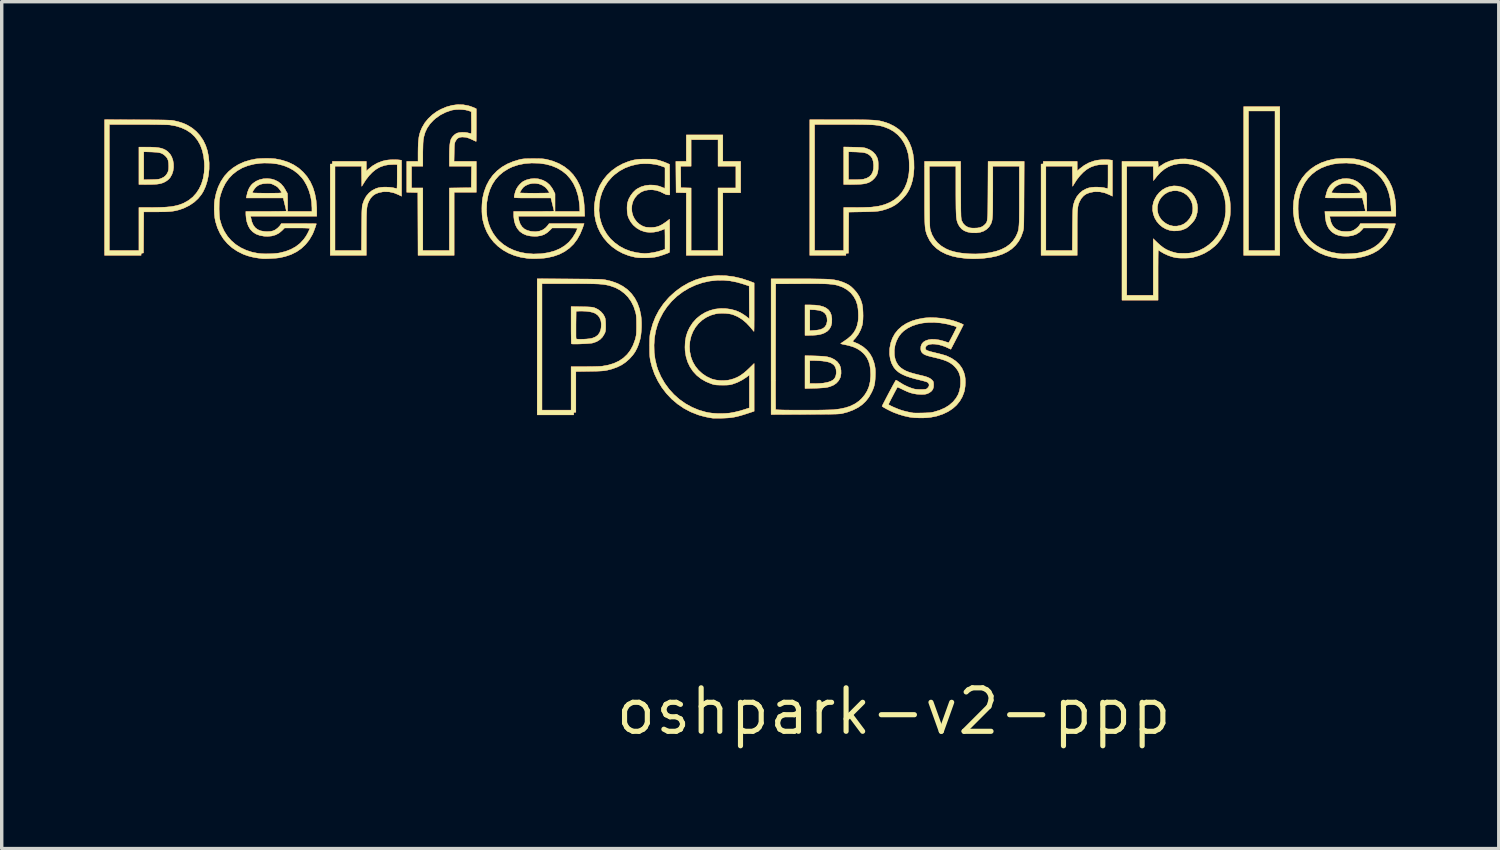
<source format=kicad_pcb>
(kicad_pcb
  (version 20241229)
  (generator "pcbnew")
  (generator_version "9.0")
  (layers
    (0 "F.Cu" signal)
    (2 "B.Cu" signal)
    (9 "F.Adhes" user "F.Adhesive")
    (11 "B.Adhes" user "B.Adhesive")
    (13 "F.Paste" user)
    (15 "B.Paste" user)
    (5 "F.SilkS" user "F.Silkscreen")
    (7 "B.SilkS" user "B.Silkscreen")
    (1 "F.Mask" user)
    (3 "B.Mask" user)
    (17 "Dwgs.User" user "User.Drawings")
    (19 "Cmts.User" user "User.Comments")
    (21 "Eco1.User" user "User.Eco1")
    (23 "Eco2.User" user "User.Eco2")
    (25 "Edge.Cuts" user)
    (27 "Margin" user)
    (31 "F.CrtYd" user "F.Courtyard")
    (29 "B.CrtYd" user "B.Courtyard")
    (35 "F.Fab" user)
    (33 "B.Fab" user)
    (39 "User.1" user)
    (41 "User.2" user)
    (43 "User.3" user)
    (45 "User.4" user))
  (footprint "oshpark-v2-ppp"
    (layer "F.Cu")
    (at 23.055 17.731)
    (property "Reference" "oshpark-v2-ppp" (at 0 0 0) (layer "F.SilkS") (effects (font (size 1.27 1.27) (thickness 0.15))))
    (attr through_hole)
    (fp_poly (pts (xy 11.278 -13.322) (xy 10.223 -13.322) (xy 10.223 -17.539) (xy 10.363 -17.539) (xy 10.363 -13.462) (xy 11.138 -13.462) (xy 11.138 -17.539) (xy 10.363 -17.539) (xy 10.223 -17.539) (xy 10.223 -17.666) (xy 11.278 -17.666) (xy 11.278 -13.322)) (stroke (width 0.01) (type solid)) (fill yes) (layer "F.Cu"))
    (fp_poly (pts (xy -4.991 -16.066) (xy -4.47 -16.066) (xy -4.47 -15.151) (xy -4.991 -15.151) (xy -4.991 -13.322) (xy -6.058 -13.322) (xy -6.058 -15.15) (xy -6.356 -15.157) (xy -6.36 -15.611) (xy -6.362 -15.926) (xy -6.223 -15.926) (xy -6.217 -15.297) (xy -5.918 -15.29) (xy -5.918 -13.462) (xy -5.131 -13.462) (xy -5.131 -15.291) (xy -4.61 -15.291) (xy -4.61 -15.926) (xy -5.131 -15.926) (xy -5.131 -16.701) (xy -5.918 -16.701) (xy -5.918 -15.926) (xy -6.223 -15.926) (xy -6.362 -15.926) (xy -6.363 -16.066) (xy -6.058 -16.066) (xy -6.058 -16.84) (xy -4.991 -16.84) (xy -4.991 -16.066)) (stroke (width 0.01) (type solid)) (fill yes) (layer "F.Cu"))
    (fp_poly (pts (xy -2.442 -11.874) (xy -2.292 -11.869) (xy -2.164 -11.852) (xy -2.058 -11.823) (xy -1.972 -11.782) (xy -1.904 -11.728) (xy -1.855 -11.66) (xy -1.823 -11.578) (xy -1.807 -11.48) (xy -1.806 -11.462) (xy -1.809 -11.351) (xy -1.831 -11.257) (xy -1.872 -11.178) (xy -1.933 -11.112) (xy -2.016 -11.059) (xy -2.023 -11.056) (xy -2.089 -11.029) (xy -2.167 -11.009) (xy -2.26 -10.995) (xy -2.371 -10.988) (xy -2.48 -10.986) (xy -2.591 -10.986) (xy -2.591 -11.121) (xy -2.451 -11.121) (xy -2.327 -11.129) (xy -2.265 -11.135) (xy -2.203 -11.143) (xy -2.152 -11.153) (xy -2.137 -11.157) (xy -2.059 -11.191) (xy -2.001 -11.242) (xy -1.963 -11.308) (xy -1.945 -11.389) (xy -1.943 -11.422) (xy -1.949 -11.504) (xy -1.968 -11.568) (xy -2.002 -11.621) (xy -2.018 -11.637) (xy -2.067 -11.675) (xy -2.129 -11.702) (xy -2.206 -11.72) (xy -2.304 -11.731) (xy -2.321 -11.732) (xy -2.451 -11.738) (xy -2.451 -11.121) (xy -2.591 -11.121) (xy -2.591 -11.874) (xy -2.442 -11.874)) (stroke (width 0.01) (type solid)) (fill yes) (layer "F.Cu"))
    (fp_poly (pts (xy -2.308 -10.385) (xy -2.188 -10.381) (xy -2.087 -10.375) (xy -2.006 -10.368) (xy -1.949 -10.36) (xy -1.939 -10.358) (xy -1.821 -10.323) (xy -1.724 -10.274) (xy -1.647 -10.212) (xy -1.588 -10.134) (xy -1.578 -10.116) (xy -1.552 -10.044) (xy -1.539 -9.96) (xy -1.538 -9.871) (xy -1.551 -9.787) (xy -1.563 -9.748) (xy -1.609 -9.661) (xy -1.676 -9.588) (xy -1.763 -9.529) (xy -1.869 -9.486) (xy -1.943 -9.467) (xy -1.996 -9.459) (xy -2.071 -9.452) (xy -2.165 -9.446) (xy -2.274 -9.441) (xy -2.315 -9.44) (xy -2.591 -9.433) (xy -2.591 -9.576) (xy -2.451 -9.576) (xy -2.302 -9.576) (xy -2.227 -9.578) (xy -2.145 -9.582) (xy -2.07 -9.589) (xy -2.032 -9.594) (xy -1.922 -9.616) (xy -1.834 -9.646) (xy -1.768 -9.685) (xy -1.721 -9.735) (xy -1.692 -9.798) (xy -1.678 -9.875) (xy -1.677 -9.912) (xy -1.685 -10) (xy -1.711 -10.071) (xy -1.755 -10.128) (xy -1.821 -10.173) (xy -1.861 -10.191) (xy -1.915 -10.208) (xy -1.989 -10.223) (xy -2.077 -10.236) (xy -2.172 -10.244) (xy -2.269 -10.248) (xy -2.302 -10.249) (xy -2.451 -10.249) (xy -2.451 -9.576) (xy -2.591 -9.576) (xy -2.591 -10.392) (xy -2.308 -10.385)) (stroke (width 0.01) (type solid)) (fill yes) (layer "F.Cu"))
    (fp_poly (pts (xy -21.815 -16.484) (xy -21.683 -16.483) (xy -21.571 -16.477) (xy -21.479 -16.467) (xy -21.401 -16.452) (xy -21.335 -16.43) (xy -21.277 -16.402) (xy -21.223 -16.367) (xy -21.205 -16.352) (xy -21.139 -16.283) (xy -21.089 -16.198) (xy -21.055 -16.102) (xy -21.037 -15.998) (xy -21.035 -15.892) (xy -21.05 -15.787) (xy -21.082 -15.689) (xy -21.131 -15.601) (xy -21.163 -15.561) (xy -21.2 -15.527) (xy -21.248 -15.492) (xy -21.285 -15.47) (xy -21.335 -15.445) (xy -21.387 -15.427) (xy -21.444 -15.413) (xy -21.511 -15.403) (xy -21.591 -15.397) (xy -21.689 -15.393) (xy -21.79 -15.393) (xy -22.047 -15.392) (xy -22.047 -15.53) (xy -21.907 -15.53) (xy -21.688 -15.535) (xy -21.604 -15.537) (xy -21.54 -15.54) (xy -21.492 -15.544) (xy -21.455 -15.55) (xy -21.425 -15.559) (xy -21.402 -15.567) (xy -21.327 -15.603) (xy -21.271 -15.648) (xy -21.228 -15.704) (xy -21.213 -15.732) (xy -21.196 -15.769) (xy -21.186 -15.802) (xy -21.18 -15.839) (xy -21.178 -15.888) (xy -21.177 -15.932) (xy -21.181 -16.021) (xy -21.192 -16.09) (xy -21.213 -16.146) (xy -21.246 -16.194) (xy -21.285 -16.234) (xy -21.326 -16.268) (xy -21.367 -16.293) (xy -21.413 -16.312) (xy -21.469 -16.325) (xy -21.539 -16.334) (xy -21.627 -16.339) (xy -21.695 -16.342) (xy -21.907 -16.348) (xy -21.907 -15.53) (xy -22.047 -15.53) (xy -22.047 -16.485) (xy -21.815 -16.484)) (stroke (width 0.01) (type solid)) (fill yes) (layer "F.Cu"))
    (fp_poly (pts (xy -1.172 -16.482) (xy -1.074 -16.479) (xy -0.997 -16.477) (xy -0.938 -16.473) (xy -0.892 -16.469) (xy -0.855 -16.463) (xy -0.824 -16.456) (xy -0.804 -16.45) (xy -0.693 -16.403) (xy -0.602 -16.34) (xy -0.531 -16.263) (xy -0.481 -16.17) (xy -0.48 -16.169) (xy -0.468 -16.133) (xy -0.46 -16.097) (xy -0.455 -16.054) (xy -0.452 -15.998) (xy -0.452 -15.938) (xy -0.454 -15.84) (xy -0.465 -15.76) (xy -0.484 -15.694) (xy -0.515 -15.636) (xy -0.558 -15.58) (xy -0.575 -15.561) (xy -0.625 -15.514) (xy -0.678 -15.476) (xy -0.737 -15.446) (xy -0.806 -15.424) (xy -0.888 -15.408) (xy -0.986 -15.399) (xy -1.103 -15.394) (xy -1.203 -15.393) (xy -1.46 -15.392) (xy -1.46 -15.532) (xy -1.321 -15.532) (xy -1.137 -15.532) (xy -1.065 -15.533) (xy -0.995 -15.536) (xy -0.936 -15.54) (xy -0.893 -15.545) (xy -0.886 -15.546) (xy -0.788 -15.576) (xy -0.71 -15.621) (xy -0.652 -15.681) (xy -0.612 -15.757) (xy -0.59 -15.851) (xy -0.586 -15.962) (xy -0.587 -15.969) (xy -0.599 -16.068) (xy -0.624 -16.149) (xy -0.666 -16.213) (xy -0.714 -16.256) (xy -0.755 -16.283) (xy -0.799 -16.304) (xy -0.849 -16.319) (xy -0.91 -16.329) (xy -0.987 -16.336) (xy -1.084 -16.341) (xy -1.108 -16.342) (xy -1.321 -16.348) (xy -1.321 -15.532) (xy -1.46 -15.532) (xy -1.46 -16.488) (xy -1.172 -16.482)) (stroke (width 0.01) (type solid)) (fill yes) (layer "F.Cu"))
    (fp_poly (pts (xy 8.307 -15.344) (xy 8.43 -15.314) (xy 8.509 -15.282) (xy 8.616 -15.217) (xy 8.706 -15.136) (xy 8.778 -15.041) (xy 8.831 -14.935) (xy 8.864 -14.821) (xy 8.876 -14.701) (xy 8.867 -14.58) (xy 8.835 -14.459) (xy 8.805 -14.391) (xy 8.771 -14.335) (xy 8.721 -14.273) (xy 8.662 -14.212) (xy 8.601 -14.157) (xy 8.544 -14.116) (xy 8.525 -14.105) (xy 8.417 -14.063) (xy 8.299 -14.04) (xy 8.178 -14.036) (xy 8.067 -14.052) (xy 7.95 -14.092) (xy 7.846 -14.152) (xy 7.756 -14.228) (xy 7.681 -14.318) (xy 7.623 -14.419) (xy 7.583 -14.528) (xy 7.563 -14.642) (xy 7.563 -14.644) (xy 7.702 -14.644) (xy 7.721 -14.544) (xy 7.76 -14.449) (xy 7.821 -14.362) (xy 7.855 -14.327) (xy 7.949 -14.253) (xy 8.052 -14.203) (xy 8.16 -14.177) (xy 8.272 -14.176) (xy 8.384 -14.198) (xy 8.48 -14.241) (xy 8.566 -14.306) (xy 8.639 -14.389) (xy 8.696 -14.487) (xy 8.713 -14.527) (xy 8.734 -14.613) (xy 8.738 -14.709) (xy 8.725 -14.807) (xy 8.697 -14.899) (xy 8.69 -14.912) (xy 8.632 -15.009) (xy 8.558 -15.088) (xy 8.47 -15.148) (xy 8.373 -15.189) (xy 8.269 -15.21) (xy 8.162 -15.208) (xy 8.055 -15.184) (xy 7.993 -15.158) (xy 7.899 -15.099) (xy 7.823 -15.024) (xy 7.764 -14.939) (xy 7.724 -14.844) (xy 7.703 -14.745) (xy 7.702 -14.644) (xy 7.563 -14.644) (xy 7.564 -14.759) (xy 7.588 -14.875) (xy 7.613 -14.941) (xy 7.677 -15.058) (xy 7.757 -15.157) (xy 7.85 -15.236) (xy 7.954 -15.296) (xy 8.067 -15.334) (xy 8.185 -15.351) (xy 8.307 -15.344)) (stroke (width 0.01) (type solid)) (fill yes) (layer "F.Cu"))
    (fp_poly (pts (xy -9.115 -11.821) (xy -9.017 -11.819) (xy -8.939 -11.817) (xy -8.88 -11.814) (xy -8.835 -11.811) (xy -8.799 -11.806) (xy -8.771 -11.8) (xy -8.744 -11.792) (xy -8.731 -11.788) (xy -8.638 -11.743) (xy -8.556 -11.681) (xy -8.489 -11.606) (xy -8.442 -11.523) (xy -8.43 -11.489) (xy -8.423 -11.453) (xy -8.418 -11.397) (xy -8.415 -11.328) (xy -8.414 -11.271) (xy -8.414 -11.202) (xy -8.416 -11.151) (xy -8.42 -11.114) (xy -8.427 -11.084) (xy -8.438 -11.055) (xy -8.448 -11.034) (xy -8.505 -10.939) (xy -8.58 -10.863) (xy -8.673 -10.804) (xy -8.782 -10.765) (xy -8.79 -10.763) (xy -8.824 -10.757) (xy -8.876 -10.752) (xy -8.941 -10.746) (xy -9.015 -10.742) (xy -9.093 -10.738) (xy -9.172 -10.734) (xy -9.246 -10.732) (xy -9.312 -10.732) (xy -9.364 -10.732) (xy -9.4 -10.735) (xy -9.414 -10.738) (xy -9.416 -10.753) (xy -9.418 -10.79) (xy -9.419 -10.847) (xy -9.421 -10.922) (xy -9.422 -11.011) (xy -9.423 -11.108) (xy -9.281 -11.108) (xy -9.281 -11.029) (xy -9.281 -10.964) (xy -9.279 -10.917) (xy -9.278 -10.89) (xy -9.277 -10.886) (xy -9.262 -10.878) (xy -9.227 -10.874) (xy -9.175 -10.872) (xy -9.113 -10.872) (xy -9.046 -10.874) (xy -8.976 -10.878) (xy -8.911 -10.884) (xy -8.854 -10.892) (xy -8.81 -10.901) (xy -8.807 -10.902) (xy -8.716 -10.938) (xy -8.645 -10.989) (xy -8.593 -11.057) (xy -8.559 -11.143) (xy -8.547 -11.204) (xy -8.54 -11.315) (xy -8.554 -11.415) (xy -8.588 -11.5) (xy -8.64 -11.57) (xy -8.711 -11.623) (xy -8.728 -11.632) (xy -8.798 -11.658) (xy -8.888 -11.678) (xy -8.993 -11.69) (xy -9.106 -11.695) (xy -9.176 -11.694) (xy -9.277 -11.69) (xy -9.281 -11.297) (xy -9.281 -11.199) (xy -9.281 -11.108) (xy -9.423 -11.108) (xy -9.423 -11.112) (xy -9.423 -11.223) (xy -9.423 -11.287) (xy -9.423 -11.826) (xy -9.115 -11.821)) (stroke (width 0.01) (type solid)) (fill yes) (layer "F.Cu"))
    (fp_poly (pts (xy 6.259 -16.114) (xy 6.329 -16.108) (xy 6.388 -16.1) (xy 6.388 -15.049) (xy 6.302 -15.092) (xy 6.168 -15.147) (xy 6.03 -15.177) (xy 5.892 -15.182) (xy 5.838 -15.177) (xy 5.723 -15.154) (xy 5.628 -15.117) (xy 5.55 -15.064) (xy 5.487 -14.994) (xy 5.442 -14.918) (xy 5.425 -14.883) (xy 5.41 -14.849) (xy 5.398 -14.814) (xy 5.388 -14.776) (xy 5.38 -14.732) (xy 5.374 -14.681) (xy 5.369 -14.619) (xy 5.365 -14.545) (xy 5.363 -14.456) (xy 5.361 -14.35) (xy 5.36 -14.224) (xy 5.36 -14.077) (xy 5.36 -13.973) (xy 5.359 -13.322) (xy 4.305 -13.322) (xy 4.305 -15.926) (xy 4.445 -15.926) (xy 4.445 -13.462) (xy 5.218 -13.462) (xy 5.223 -14.087) (xy 5.224 -14.236) (xy 5.226 -14.361) (xy 5.227 -14.465) (xy 5.229 -14.551) (xy 5.231 -14.621) (xy 5.234 -14.677) (xy 5.237 -14.721) (xy 5.241 -14.755) (xy 5.245 -14.783) (xy 5.249 -14.799) (xy 5.291 -14.927) (xy 5.351 -15.04) (xy 5.428 -15.135) (xy 5.521 -15.212) (xy 5.629 -15.269) (xy 5.71 -15.296) (xy 5.78 -15.308) (xy 5.865 -15.315) (xy 5.957 -15.315) (xy 6.048 -15.31) (xy 6.129 -15.3) (xy 6.163 -15.292) (xy 6.206 -15.282) (xy 6.239 -15.276) (xy 6.255 -15.276) (xy 6.255 -15.276) (xy 6.257 -15.29) (xy 6.258 -15.326) (xy 6.259 -15.381) (xy 6.26 -15.451) (xy 6.261 -15.533) (xy 6.261 -15.624) (xy 6.261 -15.629) (xy 6.261 -15.977) (xy 6.137 -15.976) (xy 6.01 -15.97) (xy 5.897 -15.95) (xy 5.79 -15.914) (xy 5.728 -15.886) (xy 5.632 -15.828) (xy 5.535 -15.748) (xy 5.441 -15.65) (xy 5.352 -15.537) (xy 5.308 -15.47) (xy 5.226 -15.338) (xy 5.223 -15.632) (xy 5.219 -15.926) (xy 4.445 -15.926) (xy 4.305 -15.926) (xy 4.305 -15.989) (xy 4.337 -15.989) (xy 4.36 -15.993) (xy 4.368 -16.011) (xy 4.369 -16.027) (xy 4.369 -16.066) (xy 5.359 -16.066) (xy 5.359 -15.785) (xy 5.436 -15.852) (xy 5.567 -15.952) (xy 5.706 -16.028) (xy 5.855 -16.081) (xy 5.929 -16.098) (xy 5.998 -16.108) (xy 6.083 -16.114) (xy 6.173 -16.116) (xy 6.259 -16.114)) (stroke (width 0.01) (type solid)) (fill yes) (layer "F.Cu"))
    (fp_poly (pts (xy -14.506 -16.114) (xy -14.435 -16.108) (xy -14.376 -16.1) (xy -14.376 -15.049) (xy -14.462 -15.092) (xy -14.597 -15.147) (xy -14.734 -15.177) (xy -14.873 -15.182) (xy -14.927 -15.177) (xy -15.041 -15.154) (xy -15.136 -15.117) (xy -15.214 -15.064) (xy -15.278 -14.994) (xy -15.323 -14.918) (xy -15.34 -14.883) (xy -15.354 -14.849) (xy -15.366 -14.814) (xy -15.376 -14.776) (xy -15.384 -14.732) (xy -15.39 -14.681) (xy -15.395 -14.619) (xy -15.399 -14.545) (xy -15.402 -14.456) (xy -15.403 -14.35) (xy -15.404 -14.224) (xy -15.405 -14.077) (xy -15.405 -13.973) (xy -15.405 -13.322) (xy -16.459 -13.322) (xy -16.459 -15.926) (xy -16.32 -15.926) (xy -16.32 -13.462) (xy -15.546 -13.462) (xy -15.541 -14.094) (xy -15.54 -14.241) (xy -15.539 -14.365) (xy -15.537 -14.468) (xy -15.536 -14.553) (xy -15.534 -14.621) (xy -15.531 -14.676) (xy -15.528 -14.719) (xy -15.525 -14.753) (xy -15.521 -14.78) (xy -15.516 -14.803) (xy -15.515 -14.807) (xy -15.469 -14.937) (xy -15.407 -15.05) (xy -15.327 -15.144) (xy -15.233 -15.219) (xy -15.124 -15.274) (xy -15.054 -15.296) (xy -14.985 -15.308) (xy -14.9 -15.315) (xy -14.807 -15.315) (xy -14.716 -15.31) (xy -14.636 -15.3) (xy -14.602 -15.292) (xy -14.558 -15.282) (xy -14.525 -15.276) (xy -14.51 -15.276) (xy -14.51 -15.276) (xy -14.508 -15.29) (xy -14.507 -15.326) (xy -14.505 -15.381) (xy -14.504 -15.451) (xy -14.504 -15.533) (xy -14.503 -15.624) (xy -14.503 -15.629) (xy -14.503 -15.977) (xy -14.627 -15.976) (xy -14.754 -15.97) (xy -14.867 -15.95) (xy -14.975 -15.914) (xy -15.037 -15.886) (xy -15.133 -15.828) (xy -15.23 -15.748) (xy -15.324 -15.65) (xy -15.412 -15.537) (xy -15.456 -15.47) (xy -15.538 -15.338) (xy -15.542 -15.632) (xy -15.545 -15.926) (xy -16.32 -15.926) (xy -16.459 -15.926) (xy -16.459 -15.989) (xy -16.427 -15.989) (xy -16.405 -15.993) (xy -16.396 -16.011) (xy -16.396 -16.027) (xy -16.396 -16.066) (xy -15.405 -16.066) (xy -15.405 -15.783) (xy -15.342 -15.841) (xy -15.22 -15.938) (xy -15.084 -16.017) (xy -14.936 -16.074) (xy -14.836 -16.098) (xy -14.766 -16.108) (xy -14.681 -16.114) (xy -14.591 -16.116) (xy -14.506 -16.114)) (stroke (width 0.01) (type solid)) (fill yes) (layer "F.Cu"))
    (fp_poly (pts (xy -22.082 -17.281) (xy -21.902 -17.28) (xy -21.745 -17.28) (xy -21.61 -17.279) (xy -21.495 -17.278) (xy -21.397 -17.277) (xy -21.315 -17.276) (xy -21.248 -17.274) (xy -21.192 -17.272) (xy -21.147 -17.27) (xy -21.11 -17.268) (xy -21.079 -17.265) (xy -21.053 -17.261) (xy -21.03 -17.257) (xy -21.007 -17.252) (xy -20.993 -17.249) (xy -20.882 -17.222) (xy -20.787 -17.192) (xy -20.699 -17.157) (xy -20.629 -17.124) (xy -20.494 -17.042) (xy -20.371 -16.94) (xy -20.263 -16.82) (xy -20.171 -16.684) (xy -20.099 -16.536) (xy -20.047 -16.379) (xy -20.013 -16.203) (xy -19.996 -16.023) (xy -19.997 -15.843) (xy -20.015 -15.666) (xy -20.05 -15.496) (xy -20.1 -15.337) (xy -20.166 -15.192) (xy -20.22 -15.103) (xy -20.319 -14.981) (xy -20.438 -14.872) (xy -20.574 -14.78) (xy -20.726 -14.705) (xy -20.839 -14.664) (xy -20.905 -14.644) (xy -20.969 -14.628) (xy -21.035 -14.616) (xy -21.106 -14.606) (xy -21.187 -14.6) (xy -21.28 -14.595) (xy -21.391 -14.593) (xy -21.522 -14.592) (xy -21.542 -14.592) (xy -21.907 -14.592) (xy -21.914 -13.392) (xy -21.949 -13.388) (xy -21.975 -13.38) (xy -21.984 -13.359) (xy -21.984 -13.353) (xy -21.984 -13.322) (xy -23.05 -13.322) (xy -23.05 -17.145) (xy -22.911 -17.145) (xy -22.911 -13.462) (xy -22.047 -13.462) (xy -22.047 -14.719) (xy -21.707 -14.719) (xy -21.535 -14.721) (xy -21.385 -14.725) (xy -21.254 -14.732) (xy -21.139 -14.742) (xy -21.038 -14.757) (xy -20.948 -14.776) (xy -20.865 -14.799) (xy -20.786 -14.828) (xy -20.731 -14.852) (xy -20.596 -14.928) (xy -20.476 -15.023) (xy -20.373 -15.136) (xy -20.288 -15.265) (xy -20.22 -15.41) (xy -20.171 -15.568) (xy -20.142 -15.739) (xy -20.132 -15.922) (xy -20.135 -16.021) (xy -20.156 -16.211) (xy -20.195 -16.384) (xy -20.253 -16.54) (xy -20.33 -16.678) (xy -20.425 -16.799) (xy -20.537 -16.902) (xy -20.668 -16.987) (xy -20.817 -17.054) (xy -20.984 -17.104) (xy -21.145 -17.132) (xy -21.181 -17.134) (xy -21.24 -17.137) (xy -21.322 -17.139) (xy -21.424 -17.141) (xy -21.544 -17.143) (xy -21.682 -17.144) (xy -21.836 -17.145) (xy -22.003 -17.145) (xy -22.082 -17.145) (xy -22.911 -17.145) (xy -23.05 -17.145) (xy -23.05 -17.286) (xy -22.082 -17.281)) (stroke (width 0.01) (type solid)) (fill yes) (layer "F.Cu"))
    (fp_poly (pts (xy -1.553 -17.284) (xy -1.363 -17.284) (xy -1.198 -17.284) (xy -1.053 -17.283) (xy -0.928 -17.282) (xy -0.821 -17.28) (xy -0.729 -17.278) (xy -0.65 -17.275) (xy -0.583 -17.271) (xy -0.525 -17.266) (xy -0.475 -17.261) (xy -0.43 -17.254) (xy -0.388 -17.246) (xy -0.348 -17.237) (xy -0.314 -17.228) (xy -0.142 -17.171) (xy 0.014 -17.094) (xy 0.152 -17) (xy 0.272 -16.889) (xy 0.374 -16.76) (xy 0.457 -16.616) (xy 0.521 -16.456) (xy 0.565 -16.281) (xy 0.59 -16.091) (xy 0.594 -15.888) (xy 0.593 -15.85) (xy 0.578 -15.675) (xy 0.55 -15.517) (xy 0.507 -15.373) (xy 0.497 -15.348) (xy 0.455 -15.249) (xy 0.408 -15.164) (xy 0.353 -15.085) (xy 0.284 -15.005) (xy 0.235 -14.954) (xy 0.138 -14.864) (xy 0.043 -14.793) (xy -0.056 -14.737) (xy -0.167 -14.69) (xy -0.194 -14.68) (xy -0.257 -14.66) (xy -0.314 -14.643) (xy -0.368 -14.629) (xy -0.424 -14.618) (xy -0.485 -14.61) (xy -0.555 -14.604) (xy -0.637 -14.6) (xy -0.736 -14.597) (xy -0.855 -14.594) (xy -0.908 -14.593) (xy -1.314 -14.586) (xy -1.318 -13.986) (xy -1.321 -13.386) (xy -1.359 -13.386) (xy -1.386 -13.382) (xy -1.396 -13.368) (xy -1.397 -13.354) (xy -1.397 -13.322) (xy -2.451 -13.322) (xy -2.451 -13.462) (xy -2.311 -13.462) (xy -1.46 -13.462) (xy -1.46 -14.719) (xy -1.121 -14.719) (xy -1.02 -14.72) (xy -0.919 -14.721) (xy -0.823 -14.724) (xy -0.738 -14.727) (xy -0.668 -14.73) (xy -0.631 -14.733) (xy -0.441 -14.759) (xy -0.269 -14.804) (xy -0.115 -14.867) (xy 0.021 -14.947) (xy 0.14 -15.045) (xy 0.24 -15.161) (xy 0.321 -15.293) (xy 0.384 -15.443) (xy 0.428 -15.61) (xy 0.445 -15.717) (xy 0.452 -15.799) (xy 0.455 -15.895) (xy 0.454 -15.997) (xy 0.449 -16.098) (xy 0.441 -16.19) (xy 0.429 -16.265) (xy 0.427 -16.275) (xy 0.379 -16.442) (xy 0.312 -16.593) (xy 0.226 -16.726) (xy 0.123 -16.842) (xy 0.002 -16.94) (xy -0.136 -17.019) (xy -0.291 -17.079) (xy -0.318 -17.087) (xy -0.358 -17.098) (xy -0.397 -17.107) (xy -0.439 -17.115) (xy -0.483 -17.122) (xy -0.534 -17.128) (xy -0.592 -17.133) (xy -0.66 -17.137) (xy -0.74 -17.139) (xy -0.834 -17.142) (xy -0.944 -17.143) (xy -1.072 -17.144) (xy -1.221 -17.145) (xy -1.392 -17.145) (xy -1.476 -17.145) (xy -2.311 -17.145) (xy -2.311 -13.462) (xy -2.451 -13.462) (xy -2.451 -17.285) (xy -1.553 -17.284)) (stroke (width 0.01) (type solid)) (fill yes) (layer "F.Cu"))
    (fp_poly (pts (xy -9.477 -12.633) (xy -9.296 -12.632) (xy -9.137 -12.631) (xy -9.001 -12.63) (xy -8.884 -12.629) (xy -8.785 -12.627) (xy -8.701 -12.625) (xy -8.632 -12.624) (xy -8.576 -12.621) (xy -8.529 -12.619) (xy -8.491 -12.616) (xy -8.46 -12.612) (xy -8.433 -12.608) (xy -8.424 -12.607) (xy -8.235 -12.562) (xy -8.065 -12.5) (xy -7.912 -12.419) (xy -7.777 -12.322) (xy -7.661 -12.206) (xy -7.564 -12.074) (xy -7.485 -11.924) (xy -7.425 -11.758) (xy -7.385 -11.575) (xy -7.384 -11.568) (xy -7.372 -11.468) (xy -7.367 -11.354) (xy -7.367 -11.234) (xy -7.373 -11.115) (xy -7.384 -11.003) (xy -7.4 -10.906) (xy -7.408 -10.871) (xy -7.449 -10.732) (xy -7.497 -10.612) (xy -7.552 -10.507) (xy -7.619 -10.411) (xy -7.701 -10.319) (xy -7.721 -10.298) (xy -7.829 -10.202) (xy -7.945 -10.123) (xy -8.074 -10.059) (xy -8.218 -10.007) (xy -8.366 -9.968) (xy -8.405 -9.96) (xy -8.445 -9.954) (xy -8.488 -9.949) (xy -8.539 -9.945) (xy -8.601 -9.942) (xy -8.677 -9.939) (xy -8.772 -9.937) (xy -8.887 -9.935) (xy -9.284 -9.929) (xy -9.284 -8.738) (xy -9.315 -8.738) (xy -9.338 -8.733) (xy -9.346 -8.716) (xy -9.347 -8.7) (xy -9.347 -8.661) (xy -10.414 -8.661) (xy -10.414 -12.497) (xy -10.274 -12.497) (xy -10.274 -8.801) (xy -9.423 -8.801) (xy -9.423 -10.071) (xy -9.026 -10.071) (xy -8.922 -10.072) (xy -8.821 -10.073) (xy -8.727 -10.075) (xy -8.645 -10.077) (xy -8.578 -10.08) (xy -8.531 -10.083) (xy -8.521 -10.084) (xy -8.339 -10.117) (xy -8.173 -10.167) (xy -8.026 -10.236) (xy -7.896 -10.323) (xy -7.784 -10.428) (xy -7.69 -10.552) (xy -7.614 -10.693) (xy -7.555 -10.853) (xy -7.54 -10.907) (xy -7.531 -10.948) (xy -7.523 -10.987) (xy -7.518 -11.029) (xy -7.515 -11.079) (xy -7.513 -11.142) (xy -7.512 -11.222) (xy -7.512 -11.284) (xy -7.513 -11.377) (xy -7.514 -11.45) (xy -7.516 -11.508) (xy -7.52 -11.554) (xy -7.526 -11.595) (xy -7.534 -11.635) (xy -7.541 -11.665) (xy -7.594 -11.826) (xy -7.666 -11.971) (xy -7.758 -12.101) (xy -7.868 -12.213) (xy -7.994 -12.307) (xy -8.137 -12.382) (xy -8.295 -12.437) (xy -8.35 -12.45) (xy -8.395 -12.459) (xy -8.441 -12.467) (xy -8.492 -12.474) (xy -8.55 -12.48) (xy -8.615 -12.485) (xy -8.692 -12.488) (xy -8.78 -12.491) (xy -8.884 -12.493) (xy -9.005 -12.495) (xy -9.145 -12.496) (xy -9.306 -12.497) (xy -9.488 -12.497) (xy -10.274 -12.497) (xy -10.414 -12.497) (xy -10.414 -12.638) (xy -9.477 -12.633)) (stroke (width 0.01) (type solid)) (fill yes) (layer "F.Cu"))
    (fp_poly (pts (xy 8.69 -16.122) (xy 8.849 -16.084) (xy 9.003 -16.027) (xy 9.049 -16.005) (xy 9.213 -15.91) (xy 9.359 -15.796) (xy 9.488 -15.664) (xy 9.599 -15.516) (xy 9.69 -15.353) (xy 9.761 -15.175) (xy 9.811 -14.984) (xy 9.813 -14.976) (xy 9.824 -14.898) (xy 9.831 -14.803) (xy 9.834 -14.7) (xy 9.833 -14.596) (xy 9.828 -14.5) (xy 9.819 -14.42) (xy 9.818 -14.415) (xy 9.779 -14.252) (xy 9.72 -14.091) (xy 9.644 -13.936) (xy 9.554 -13.792) (xy 9.452 -13.664) (xy 9.385 -13.597) (xy 9.242 -13.482) (xy 9.085 -13.387) (xy 8.914 -13.313) (xy 8.734 -13.26) (xy 8.719 -13.257) (xy 8.676 -13.251) (xy 8.616 -13.246) (xy 8.544 -13.243) (xy 8.469 -13.242) (xy 8.458 -13.242) (xy 8.377 -13.243) (xy 8.313 -13.246) (xy 8.26 -13.252) (xy 8.209 -13.261) (xy 8.153 -13.275) (xy 8.151 -13.275) (xy 8.026 -13.316) (xy 7.905 -13.37) (xy 7.797 -13.433) (xy 7.791 -13.437) (xy 7.759 -13.458) (xy 7.736 -13.472) (xy 7.729 -13.475) (xy 7.728 -13.462) (xy 7.726 -13.427) (xy 7.725 -13.37) (xy 7.724 -13.295) (xy 7.723 -13.204) (xy 7.723 -13.098) (xy 7.722 -12.981) (xy 7.722 -12.853) (xy 7.722 -12.744) (xy 7.722 -12.014) (xy 6.668 -12.014) (xy 6.668 -15.926) (xy 6.807 -15.926) (xy 6.807 -12.154) (xy 7.582 -12.154) (xy 7.582 -13.809) (xy 7.693 -13.701) (xy 7.782 -13.62) (xy 7.862 -13.556) (xy 7.942 -13.505) (xy 8.025 -13.464) (xy 8.12 -13.429) (xy 8.162 -13.416) (xy 8.211 -13.402) (xy 8.254 -13.392) (xy 8.299 -13.386) (xy 8.352 -13.383) (xy 8.42 -13.382) (xy 8.458 -13.381) (xy 8.542 -13.382) (xy 8.609 -13.385) (xy 8.664 -13.391) (xy 8.717 -13.4) (xy 8.755 -13.409) (xy 8.919 -13.462) (xy 9.072 -13.539) (xy 9.213 -13.636) (xy 9.341 -13.754) (xy 9.453 -13.89) (xy 9.473 -13.92) (xy 9.563 -14.076) (xy 9.63 -14.242) (xy 9.675 -14.417) (xy 9.698 -14.596) (xy 9.697 -14.778) (xy 9.674 -14.96) (xy 9.627 -15.14) (xy 9.608 -15.192) (xy 9.538 -15.346) (xy 9.447 -15.49) (xy 9.337 -15.621) (xy 9.212 -15.737) (xy 9.075 -15.834) (xy 8.928 -15.91) (xy 8.921 -15.912) (xy 8.773 -15.962) (xy 8.614 -15.992) (xy 8.461 -16.002) (xy 8.304 -15.993) (xy 8.162 -15.964) (xy 8.031 -15.915) (xy 7.91 -15.844) (xy 7.797 -15.751) (xy 7.688 -15.633) (xy 7.664 -15.602) (xy 7.588 -15.506) (xy 7.585 -15.716) (xy 7.581 -15.926) (xy 6.807 -15.926) (xy 6.668 -15.926) (xy 6.668 -16.066) (xy 7.72 -16.066) (xy 7.724 -15.976) (xy 7.728 -15.886) (xy 7.798 -15.939) (xy 7.922 -16.017) (xy 8.061 -16.076) (xy 8.21 -16.116) (xy 8.367 -16.137) (xy 8.528 -16.139) (xy 8.69 -16.122)) (stroke (width 0.01) (type solid)) (fill yes) (layer "F.Cu"))
    (fp_poly (pts (xy -12.575 -17.721) (xy -12.421 -17.692) (xy -12.362 -17.674) (xy -12.311 -17.655) (xy -12.264 -17.637) (xy -12.233 -17.623) (xy -12.192 -17.602) (xy -12.192 -17.126) (xy -12.192 -17.019) (xy -12.193 -16.92) (xy -12.193 -16.832) (xy -12.194 -16.759) (xy -12.195 -16.702) (xy -12.196 -16.665) (xy -12.197 -16.65) (xy -12.197 -16.65) (xy -12.21 -16.655) (xy -12.241 -16.669) (xy -12.284 -16.689) (xy -12.321 -16.707) (xy -12.407 -16.744) (xy -12.479 -16.767) (xy -12.522 -16.774) (xy -12.608 -16.779) (xy -12.676 -16.77) (xy -12.729 -16.746) (xy -12.771 -16.705) (xy -12.801 -16.655) (xy -12.812 -16.633) (xy -12.82 -16.611) (xy -12.826 -16.586) (xy -12.83 -16.553) (xy -12.833 -16.509) (xy -12.835 -16.45) (xy -12.837 -16.37) (xy -12.838 -16.329) (xy -12.843 -16.066) (xy -12.192 -16.066) (xy -12.192 -15.164) (xy -12.84 -15.164) (xy -12.84 -13.322) (xy -13.894 -13.322) (xy -13.897 -14.24) (xy -13.9 -15.157) (xy -14.062 -15.161) (xy -14.224 -15.165) (xy -14.224 -15.926) (xy -14.084 -15.926) (xy -14.084 -15.291) (xy -13.754 -15.291) (xy -13.754 -13.462) (xy -12.979 -13.462) (xy -12.979 -15.29) (xy -12.338 -15.297) (xy -12.335 -15.611) (xy -12.331 -15.926) (xy -12.979 -15.926) (xy -12.979 -16.198) (xy -12.978 -16.332) (xy -12.975 -16.443) (xy -12.968 -16.534) (xy -12.959 -16.608) (xy -12.946 -16.668) (xy -12.93 -16.717) (xy -12.929 -16.72) (xy -12.891 -16.781) (xy -12.838 -16.838) (xy -12.777 -16.881) (xy -12.742 -16.896) (xy -12.682 -16.909) (xy -12.609 -16.915) (xy -12.531 -16.914) (xy -12.46 -16.906) (xy -12.426 -16.897) (xy -12.387 -16.887) (xy -12.357 -16.88) (xy -12.347 -16.878) (xy -12.342 -16.884) (xy -12.338 -16.9) (xy -12.336 -16.932) (xy -12.334 -16.98) (xy -12.334 -17.047) (xy -12.334 -17.135) (xy -12.335 -17.199) (xy -12.338 -17.52) (xy -12.427 -17.551) (xy -12.502 -17.569) (xy -12.593 -17.58) (xy -12.692 -17.584) (xy -12.791 -17.58) (xy -12.882 -17.568) (xy -12.922 -17.559) (xy -13.089 -17.501) (xy -13.244 -17.422) (xy -13.386 -17.321) (xy -13.441 -17.272) (xy -13.545 -17.161) (xy -13.626 -17.044) (xy -13.686 -16.918) (xy -13.726 -16.779) (xy -13.74 -16.696) (xy -13.744 -16.656) (xy -13.748 -16.595) (xy -13.75 -16.518) (xy -13.752 -16.43) (xy -13.754 -16.336) (xy -13.754 -16.261) (xy -13.754 -15.926) (xy -14.084 -15.926) (xy -14.224 -15.926) (xy -14.224 -16.066) (xy -13.894 -16.066) (xy -13.894 -16.323) (xy -13.892 -16.466) (xy -13.888 -16.588) (xy -13.879 -16.692) (xy -13.867 -16.783) (xy -13.849 -16.865) (xy -13.825 -16.941) (xy -13.794 -17.016) (xy -13.773 -17.062) (xy -13.695 -17.194) (xy -13.596 -17.316) (xy -13.478 -17.427) (xy -13.344 -17.524) (xy -13.227 -17.589) (xy -13.059 -17.66) (xy -12.894 -17.705) (xy -12.733 -17.726) (xy -12.575 -17.721)) (stroke (width 0.01) (type solid)) (fill yes) (layer "F.Cu"))
    (fp_poly (pts (xy -2.804 -12.636) (xy -2.66 -12.636) (xy -2.521 -12.636) (xy -2.387 -12.635) (xy -2.263 -12.633) (xy -2.151 -12.632) (xy -2.054 -12.63) (xy -1.974 -12.628) (xy -1.914 -12.625) (xy -1.88 -12.623) (xy -1.734 -12.606) (xy -1.607 -12.579) (xy -1.49 -12.541) (xy -1.397 -12.501) (xy -1.337 -12.471) (xy -1.289 -12.441) (xy -1.244 -12.406) (xy -1.195 -12.361) (xy -1.167 -12.333) (xy -1.079 -12.233) (xy -1.01 -12.127) (xy -0.957 -12.008) (xy -0.925 -11.906) (xy -0.912 -11.837) (xy -0.902 -11.75) (xy -0.897 -11.653) (xy -0.895 -11.551) (xy -0.898 -11.452) (xy -0.905 -11.364) (xy -0.917 -11.292) (xy -0.919 -11.284) (xy -0.964 -11.151) (xy -1.029 -11.025) (xy -1.111 -10.914) (xy -1.124 -10.899) (xy -1.163 -10.857) (xy -1.185 -10.829) (xy -1.194 -10.812) (xy -1.192 -10.803) (xy -1.185 -10.8) (xy -1.032 -10.734) (xy -0.9 -10.655) (xy -0.788 -10.561) (xy -0.697 -10.452) (xy -0.626 -10.328) (xy -0.575 -10.188) (xy -0.557 -10.116) (xy -0.546 -10.058) (xy -0.539 -10.006) (xy -0.536 -9.953) (xy -0.535 -9.89) (xy -0.537 -9.81) (xy -0.537 -9.798) (xy -0.543 -9.693) (xy -0.551 -9.607) (xy -0.565 -9.531) (xy -0.586 -9.46) (xy -0.615 -9.386) (xy -0.648 -9.315) (xy -0.724 -9.181) (xy -0.814 -9.064) (xy -0.92 -8.963) (xy -1.043 -8.877) (xy -1.185 -8.805) (xy -1.347 -8.745) (xy -1.499 -8.704) (xy -1.518 -8.7) (xy -1.541 -8.696) (xy -1.568 -8.693) (xy -1.602 -8.691) (xy -1.644 -8.688) (xy -1.695 -8.686) (xy -1.759 -8.685) (xy -1.837 -8.683) (xy -1.929 -8.682) (xy -2.04 -8.681) (xy -2.169 -8.68) (xy -2.319 -8.679) (xy -2.492 -8.678) (xy -2.588 -8.677) (xy -3.581 -8.673) (xy -3.581 -9.854) (xy -3.452 -9.854) (xy -3.452 -9.676) (xy -3.452 -9.511) (xy -3.452 -9.36) (xy -3.452 -9.225) (xy -3.451 -9.106) (xy -3.451 -9.006) (xy -3.45 -8.925) (xy -3.45 -8.866) (xy -3.449 -8.829) (xy -3.449 -8.817) (xy -3.435 -8.814) (xy -3.399 -8.811) (xy -3.342 -8.808) (xy -3.267 -8.806) (xy -3.178 -8.804) (xy -3.075 -8.803) (xy -2.962 -8.802) (xy -2.842 -8.801) (xy -2.716 -8.801) (xy -2.588 -8.801) (xy -2.46 -8.801) (xy -2.334 -8.801) (xy -2.214 -8.802) (xy -2.101 -8.804) (xy -1.998 -8.806) (xy -1.907 -8.808) (xy -1.832 -8.81) (xy -1.774 -8.813) (xy -1.758 -8.814) (xy -1.572 -8.837) (xy -1.407 -8.872) (xy -1.261 -8.921) (xy -1.132 -8.985) (xy -1.019 -9.063) (xy -0.94 -9.135) (xy -0.846 -9.246) (xy -0.773 -9.365) (xy -0.721 -9.493) (xy -0.688 -9.635) (xy -0.674 -9.791) (xy -0.673 -9.844) (xy -0.68 -9.994) (xy -0.701 -10.126) (xy -0.738 -10.242) (xy -0.79 -10.344) (xy -0.86 -10.435) (xy -0.887 -10.463) (xy -0.974 -10.538) (xy -1.071 -10.599) (xy -1.184 -10.649) (xy -1.315 -10.689) (xy -1.426 -10.713) (xy -1.478 -10.723) (xy -1.519 -10.733) (xy -1.544 -10.74) (xy -1.549 -10.743) (xy -1.539 -10.753) (xy -1.513 -10.772) (xy -1.474 -10.798) (xy -1.457 -10.809) (xy -1.339 -10.892) (xy -1.244 -10.975) (xy -1.169 -11.062) (xy -1.112 -11.157) (xy -1.071 -11.262) (xy -1.043 -11.382) (xy -1.041 -11.396) (xy -1.033 -11.473) (xy -1.031 -11.566) (xy -1.034 -11.665) (xy -1.042 -11.761) (xy -1.054 -11.846) (xy -1.06 -11.874) (xy -1.105 -12.008) (xy -1.171 -12.126) (xy -1.256 -12.23) (xy -1.36 -12.317) (xy -1.481 -12.388) (xy -1.62 -12.44) (xy -1.638 -12.445) (xy -1.681 -12.456) (xy -1.726 -12.465) (xy -1.776 -12.473) (xy -1.832 -12.479) (xy -1.898 -12.485) (xy -1.974 -12.489) (xy -2.064 -12.492) (xy -2.169 -12.494) (xy -2.292 -12.495) (xy -2.434 -12.495) (xy -2.598 -12.495) (xy -2.731 -12.494) (xy -3.448 -12.49) (xy -3.451 -10.662) (xy -3.452 -10.448) (xy -3.452 -10.241) (xy -3.452 -10.043) (xy -3.452 -9.854) (xy -3.581 -9.854) (xy -3.581 -12.636) (xy -2.804 -12.636)) (stroke (width 0.01) (type solid)) (fill yes) (layer "F.Cu"))
    (fp_poly (pts (xy -7.14 -16.134) (xy -7.073 -16.132) (xy -7.02 -16.129) (xy -6.976 -16.124) (xy -6.934 -16.117) (xy -6.891 -16.106) (xy -6.869 -16.101) (xy -6.801 -16.08) (xy -6.728 -16.056) (xy -6.663 -16.031) (xy -6.647 -16.024) (xy -6.547 -15.98) (xy -6.544 -15.534) (xy -6.54 -15.088) (xy -6.591 -15.088) (xy -6.65 -15.099) (xy -6.708 -15.127) (xy -6.828 -15.187) (xy -6.948 -15.223) (xy -7.049 -15.237) (xy -7.175 -15.234) (xy -7.287 -15.211) (xy -7.387 -15.166) (xy -7.477 -15.099) (xy -7.495 -15.082) (xy -7.566 -14.995) (xy -7.616 -14.899) (xy -7.645 -14.796) (xy -7.654 -14.69) (xy -7.645 -14.584) (xy -7.616 -14.481) (xy -7.569 -14.386) (xy -7.505 -14.301) (xy -7.424 -14.229) (xy -7.344 -14.182) (xy -7.299 -14.163) (xy -7.26 -14.15) (xy -7.217 -14.143) (xy -7.162 -14.139) (xy -7.13 -14.137) (xy -7.028 -14.138) (xy -6.937 -14.151) (xy -6.852 -14.178) (xy -6.766 -14.221) (xy -6.674 -14.282) (xy -6.641 -14.306) (xy -6.547 -14.378) (xy -6.544 -13.898) (xy -6.543 -13.791) (xy -6.543 -13.691) (xy -6.544 -13.602) (xy -6.544 -13.526) (xy -6.546 -13.467) (xy -6.548 -13.428) (xy -6.55 -13.411) (xy -6.55 -13.41) (xy -6.568 -13.4) (xy -6.606 -13.384) (xy -6.657 -13.365) (xy -6.717 -13.343) (xy -6.78 -13.322) (xy -6.841 -13.303) (xy -6.895 -13.287) (xy -6.912 -13.283) (xy -6.983 -13.269) (xy -7.072 -13.259) (xy -7.172 -13.252) (xy -7.276 -13.25) (xy -7.378 -13.251) (xy -7.47 -13.256) (xy -7.545 -13.265) (xy -7.549 -13.266) (xy -7.738 -13.313) (xy -7.915 -13.382) (xy -8.077 -13.469) (xy -8.225 -13.574) (xy -8.357 -13.696) (xy -8.472 -13.832) (xy -8.568 -13.981) (xy -8.645 -14.142) (xy -8.701 -14.314) (xy -8.735 -14.494) (xy -8.743 -14.637) (xy -8.608 -14.637) (xy -8.605 -14.588) (xy -8.581 -14.41) (xy -8.534 -14.241) (xy -8.466 -14.084) (xy -8.378 -13.938) (xy -8.272 -13.806) (xy -8.148 -13.69) (xy -8.009 -13.589) (xy -7.856 -13.507) (xy -7.691 -13.444) (xy -7.514 -13.402) (xy -7.398 -13.387) (xy -7.347 -13.382) (xy -7.306 -13.378) (xy -7.281 -13.376) (xy -7.277 -13.375) (xy -7.263 -13.376) (xy -7.228 -13.378) (xy -7.181 -13.383) (xy -7.147 -13.386) (xy -7.013 -13.405) (xy -6.877 -13.436) (xy -6.753 -13.475) (xy -6.749 -13.476) (xy -6.68 -13.502) (xy -6.68 -13.799) (xy -6.68 -13.883) (xy -6.681 -13.958) (xy -6.682 -14.02) (xy -6.683 -14.066) (xy -6.684 -14.092) (xy -6.685 -14.097) (xy -6.698 -14.092) (xy -6.728 -14.08) (xy -6.76 -14.066) (xy -6.876 -14.025) (xy -6.999 -14.001) (xy -7.122 -13.994) (xy -7.239 -14.005) (xy -7.281 -14.014) (xy -7.402 -14.058) (xy -7.511 -14.123) (xy -7.607 -14.206) (xy -7.685 -14.305) (xy -7.744 -14.416) (xy -7.761 -14.464) (xy -7.777 -14.533) (xy -7.786 -14.617) (xy -7.789 -14.707) (xy -7.785 -14.793) (xy -7.774 -14.865) (xy -7.773 -14.865) (xy -7.738 -14.969) (xy -7.682 -15.07) (xy -7.612 -15.161) (xy -7.532 -15.238) (xy -7.492 -15.266) (xy -7.379 -15.324) (xy -7.255 -15.361) (xy -7.124 -15.377) (xy -6.99 -15.372) (xy -6.858 -15.345) (xy -6.758 -15.308) (xy -6.721 -15.292) (xy -6.694 -15.281) (xy -6.685 -15.278) (xy -6.684 -15.29) (xy -6.682 -15.324) (xy -6.681 -15.377) (xy -6.681 -15.444) (xy -6.68 -15.523) (xy -6.68 -15.584) (xy -6.68 -15.889) (xy -6.728 -15.909) (xy -6.763 -15.922) (xy -6.812 -15.939) (xy -6.868 -15.956) (xy -6.883 -15.96) (xy -6.969 -15.979) (xy -7.071 -15.992) (xy -7.183 -16) (xy -7.296 -16.001) (xy -7.403 -15.995) (xy -7.487 -15.985) (xy -7.674 -15.94) (xy -7.848 -15.875) (xy -8.008 -15.788) (xy -8.153 -15.681) (xy -8.231 -15.609) (xy -8.348 -15.475) (xy -8.444 -15.326) (xy -8.519 -15.166) (xy -8.572 -14.997) (xy -8.601 -14.82) (xy -8.608 -14.637) (xy -8.743 -14.637) (xy -8.746 -14.681) (xy -8.739 -14.82) (xy -8.709 -15.014) (xy -8.656 -15.196) (xy -8.581 -15.367) (xy -8.486 -15.524) (xy -8.371 -15.666) (xy -8.238 -15.793) (xy -8.087 -15.903) (xy -7.919 -15.995) (xy -7.757 -16.06) (xy -7.672 -16.087) (xy -7.594 -16.107) (xy -7.516 -16.121) (xy -7.431 -16.129) (xy -7.334 -16.134) (xy -7.226 -16.134) (xy -7.14 -16.134)) (stroke (width 0.01) (type solid)) (fill yes) (layer "F.Cu"))
    (fp_poly (pts (xy 1.958 -15.23) (xy 1.959 -15.064) (xy 1.96 -14.922) (xy 1.961 -14.801) (xy 1.961 -14.699) (xy 1.962 -14.615) (xy 1.964 -14.547) (xy 1.965 -14.492) (xy 1.967 -14.449) (xy 1.97 -14.415) (xy 1.973 -14.39) (xy 1.976 -14.37) (xy 1.98 -14.353) (xy 1.985 -14.339) (xy 1.991 -14.325) (xy 2.034 -14.247) (xy 2.094 -14.187) (xy 2.165 -14.146) (xy 2.204 -14.132) (xy 2.245 -14.123) (xy 2.297 -14.119) (xy 2.349 -14.118) (xy 2.447 -14.122) (xy 2.525 -14.137) (xy 2.589 -14.163) (xy 2.643 -14.203) (xy 2.653 -14.213) (xy 2.671 -14.231) (xy 2.687 -14.247) (xy 2.7 -14.264) (xy 2.712 -14.283) (xy 2.721 -14.307) (xy 2.729 -14.336) (xy 2.735 -14.373) (xy 2.74 -14.42) (xy 2.744 -14.479) (xy 2.747 -14.551) (xy 2.749 -14.639) (xy 2.75 -14.744) (xy 2.751 -14.868) (xy 2.752 -15.014) (xy 2.753 -15.182) (xy 2.753 -15.224) (xy 2.757 -16.066) (xy 3.811 -16.066) (xy 3.807 -15.091) (xy 3.806 -14.91) (xy 3.806 -14.753) (xy 3.805 -14.618) (xy 3.804 -14.503) (xy 3.803 -14.405) (xy 3.802 -14.324) (xy 3.801 -14.257) (xy 3.799 -14.203) (xy 3.797 -14.159) (xy 3.795 -14.124) (xy 3.792 -14.096) (xy 3.788 -14.073) (xy 3.784 -14.053) (xy 3.78 -14.034) (xy 3.775 -14.016) (xy 3.721 -13.866) (xy 3.65 -13.733) (xy 3.559 -13.615) (xy 3.45 -13.513) (xy 3.322 -13.427) (xy 3.174 -13.357) (xy 3.006 -13.301) (xy 2.818 -13.261) (xy 2.61 -13.235) (xy 2.598 -13.234) (xy 2.444 -13.225) (xy 2.298 -13.223) (xy 2.147 -13.23) (xy 2.092 -13.235) (xy 1.886 -13.26) (xy 1.699 -13.302) (xy 1.531 -13.36) (xy 1.383 -13.434) (xy 1.254 -13.523) (xy 1.144 -13.628) (xy 1.055 -13.749) (xy 0.986 -13.885) (xy 0.964 -13.941) (xy 0.953 -13.975) (xy 0.943 -14.009) (xy 0.934 -14.043) (xy 0.927 -14.081) (xy 0.921 -14.124) (xy 0.916 -14.173) (xy 0.912 -14.232) (xy 0.909 -14.302) (xy 0.906 -14.384) (xy 0.904 -14.481) (xy 0.903 -14.595) (xy 0.902 -14.727) (xy 0.902 -14.88) (xy 0.902 -15.056) (xy 0.902 -15.154) (xy 0.902 -15.926) (xy 1.04 -15.926) (xy 1.045 -15.034) (xy 1.046 -14.859) (xy 1.047 -14.708) (xy 1.048 -14.579) (xy 1.049 -14.469) (xy 1.05 -14.377) (xy 1.051 -14.301) (xy 1.053 -14.24) (xy 1.055 -14.19) (xy 1.058 -14.15) (xy 1.06 -14.119) (xy 1.064 -14.094) (xy 1.068 -14.073) (xy 1.071 -14.059) (xy 1.121 -13.921) (xy 1.191 -13.798) (xy 1.282 -13.688) (xy 1.392 -13.594) (xy 1.522 -13.516) (xy 1.628 -13.469) (xy 1.752 -13.431) (xy 1.895 -13.4) (xy 2.052 -13.379) (xy 2.219 -13.366) (xy 2.391 -13.363) (xy 2.562 -13.369) (xy 2.616 -13.374) (xy 2.812 -13.4) (xy 2.987 -13.44) (xy 3.142 -13.494) (xy 3.276 -13.562) (xy 3.39 -13.645) (xy 3.484 -13.743) (xy 3.559 -13.855) (xy 3.575 -13.887) (xy 3.593 -13.924) (xy 3.608 -13.957) (xy 3.621 -13.99) (xy 3.632 -14.023) (xy 3.642 -14.059) (xy 3.649 -14.1) (xy 3.655 -14.148) (xy 3.66 -14.205) (xy 3.664 -14.273) (xy 3.667 -14.353) (xy 3.668 -14.449) (xy 3.669 -14.562) (xy 3.67 -14.693) (xy 3.67 -14.846) (xy 3.67 -15.021) (xy 3.67 -15.062) (xy 3.67 -15.926) (xy 2.896 -15.926) (xy 2.896 -15.199) (xy 2.895 -15.031) (xy 2.895 -14.886) (xy 2.894 -14.762) (xy 2.893 -14.658) (xy 2.891 -14.571) (xy 2.888 -14.498) (xy 2.884 -14.439) (xy 2.879 -14.39) (xy 2.873 -14.349) (xy 2.866 -14.316) (xy 2.857 -14.287) (xy 2.847 -14.26) (xy 2.839 -14.242) (xy 2.786 -14.154) (xy 2.715 -14.084) (xy 2.627 -14.03) (xy 2.524 -13.995) (xy 2.409 -13.979) (xy 2.281 -13.982) (xy 2.27 -13.983) (xy 2.157 -14.004) (xy 2.063 -14.04) (xy 1.987 -14.092) (xy 1.925 -14.162) (xy 1.887 -14.228) (xy 1.873 -14.258) (xy 1.861 -14.288) (xy 1.851 -14.321) (xy 1.842 -14.358) (xy 1.835 -14.403) (xy 1.829 -14.456) (xy 1.825 -14.52) (xy 1.822 -14.596) (xy 1.819 -14.688) (xy 1.818 -14.797) (xy 1.817 -14.926) (xy 1.816 -15.075) (xy 1.816 -15.237) (xy 1.816 -15.926) (xy 1.04 -15.926) (xy 0.902 -15.926) (xy 0.902 -16.066) (xy 1.955 -16.066) (xy 1.958 -15.23)) (stroke (width 0.01) (type solid)) (fill yes) (layer "F.Cu"))
    (fp_poly (pts (xy -4.906 -12.728) (xy -4.675 -12.699) (xy -4.443 -12.645) (xy -4.213 -12.569) (xy -4.077 -12.516) (xy -4.077 -11.808) (xy -4.077 -11.677) (xy -4.077 -11.553) (xy -4.077 -11.44) (xy -4.078 -11.339) (xy -4.078 -11.253) (xy -4.079 -11.183) (xy -4.08 -11.134) (xy -4.081 -11.105) (xy -4.081 -11.1) (xy -4.091 -11.109) (xy -4.113 -11.134) (xy -4.144 -11.171) (xy -4.182 -11.217) (xy -4.185 -11.221) (xy -4.302 -11.347) (xy -4.426 -11.451) (xy -4.557 -11.532) (xy -4.692 -11.589) (xy -4.731 -11.601) (xy -4.816 -11.618) (xy -4.915 -11.628) (xy -5.02 -11.631) (xy -5.12 -11.626) (xy -5.194 -11.615) (xy -5.342 -11.573) (xy -5.477 -11.51) (xy -5.597 -11.429) (xy -5.703 -11.331) (xy -5.793 -11.219) (xy -5.865 -11.094) (xy -5.918 -10.959) (xy -5.952 -10.815) (xy -5.965 -10.665) (xy -5.956 -10.51) (xy -5.923 -10.353) (xy -5.922 -10.351) (xy -5.871 -10.214) (xy -5.797 -10.086) (xy -5.704 -9.97) (xy -5.594 -9.869) (xy -5.47 -9.784) (xy -5.335 -9.72) (xy -5.302 -9.708) (xy -5.2 -9.682) (xy -5.084 -9.667) (xy -4.964 -9.665) (xy -4.848 -9.674) (xy -4.775 -9.689) (xy -4.668 -9.72) (xy -4.572 -9.76) (xy -4.479 -9.811) (xy -4.387 -9.877) (xy -4.29 -9.959) (xy -4.22 -10.025) (xy -4.077 -10.164) (xy -4.077 -8.769) (xy -4.24 -8.715) (xy -4.369 -8.673) (xy -4.478 -8.64) (xy -4.575 -8.615) (xy -4.663 -8.596) (xy -4.748 -8.583) (xy -4.836 -8.574) (xy -4.93 -8.569) (xy -5.023 -8.566) (xy -5.1 -8.565) (xy -5.171 -8.565) (xy -5.231 -8.565) (xy -5.275 -8.566) (xy -5.296 -8.568) (xy -5.38 -8.581) (xy -5.478 -8.601) (xy -5.58 -8.626) (xy -5.676 -8.652) (xy -5.721 -8.667) (xy -5.931 -8.75) (xy -6.129 -8.855) (xy -6.313 -8.98) (xy -6.482 -9.123) (xy -6.635 -9.284) (xy -6.771 -9.461) (xy -6.888 -9.652) (xy -6.986 -9.856) (xy -7.062 -10.072) (xy -7.102 -10.228) (xy -7.111 -10.273) (xy -7.118 -10.315) (xy -7.123 -10.359) (xy -7.127 -10.409) (xy -7.129 -10.471) (xy -7.13 -10.548) (xy -7.13 -10.645) (xy -7.13 -10.662) (xy -7.13 -10.702) (xy -7.001 -10.702) (xy -6.996 -10.492) (xy -6.969 -10.286) (xy -6.922 -10.088) (xy -6.887 -9.982) (xy -6.799 -9.78) (xy -6.69 -9.59) (xy -6.562 -9.415) (xy -6.418 -9.256) (xy -6.257 -9.114) (xy -6.083 -8.991) (xy -5.895 -8.887) (xy -5.697 -8.804) (xy -5.49 -8.744) (xy -5.397 -8.725) (xy -5.295 -8.712) (xy -5.176 -8.703) (xy -5.051 -8.701) (xy -4.928 -8.704) (xy -4.817 -8.713) (xy -4.775 -8.718) (xy -4.637 -8.744) (xy -4.493 -8.779) (xy -4.336 -8.827) (xy -4.334 -8.828) (xy -4.216 -8.867) (xy -4.216 -9.829) (xy -4.308 -9.759) (xy -4.43 -9.68) (xy -4.564 -9.612) (xy -4.701 -9.562) (xy -4.706 -9.561) (xy -4.749 -9.549) (xy -4.789 -9.541) (xy -4.833 -9.536) (xy -4.885 -9.533) (xy -4.954 -9.532) (xy -5.01 -9.532) (xy -5.089 -9.533) (xy -5.149 -9.535) (xy -5.195 -9.538) (xy -5.234 -9.544) (xy -5.272 -9.553) (xy -5.314 -9.566) (xy -5.321 -9.568) (xy -5.482 -9.633) (xy -5.627 -9.717) (xy -5.753 -9.817) (xy -5.862 -9.935) (xy -5.951 -10.067) (xy -6.02 -10.212) (xy -6.067 -10.37) (xy -6.093 -10.538) (xy -6.097 -10.643) (xy -6.09 -10.801) (xy -6.066 -10.944) (xy -6.025 -11.077) (xy -5.965 -11.206) (xy -5.962 -11.212) (xy -5.871 -11.352) (xy -5.763 -11.473) (xy -5.637 -11.575) (xy -5.496 -11.659) (xy -5.371 -11.711) (xy -5.225 -11.751) (xy -5.071 -11.769) (xy -4.914 -11.768) (xy -4.759 -11.747) (xy -4.611 -11.707) (xy -4.484 -11.652) (xy -4.433 -11.622) (xy -4.373 -11.584) (xy -4.317 -11.545) (xy -4.308 -11.538) (xy -4.216 -11.467) (xy -4.223 -12.427) (xy -4.381 -12.48) (xy -4.584 -12.539) (xy -4.778 -12.577) (xy -4.97 -12.595) (xy -5.153 -12.594) (xy -5.371 -12.571) (xy -5.582 -12.525) (xy -5.785 -12.456) (xy -5.978 -12.367) (xy -6.16 -12.258) (xy -6.328 -12.131) (xy -6.481 -11.986) (xy -6.618 -11.825) (xy -6.736 -11.65) (xy -6.835 -11.46) (xy -6.896 -11.309) (xy -6.952 -11.115) (xy -6.987 -10.911) (xy -7.001 -10.702) (xy -7.13 -10.702) (xy -7.13 -10.762) (xy -7.129 -10.842) (xy -7.127 -10.906) (xy -7.123 -10.958) (xy -7.119 -11.002) (xy -7.112 -11.044) (xy -7.103 -11.087) (xy -7.102 -11.091) (xy -7.04 -11.315) (xy -6.958 -11.524) (xy -6.854 -11.72) (xy -6.729 -11.903) (xy -6.581 -12.076) (xy -6.541 -12.117) (xy -6.368 -12.273) (xy -6.183 -12.407) (xy -5.989 -12.518) (xy -5.785 -12.607) (xy -5.574 -12.672) (xy -5.356 -12.714) (xy -5.133 -12.733) (xy -4.906 -12.728)) (stroke (width 0.01) (type solid)) (fill yes) (layer "F.Cu"))
    (fp_poly (pts (xy -10.426 -16.147) (xy -10.345 -16.146) (xy -10.28 -16.144) (xy -10.227 -16.139) (xy -10.182 -16.133) (xy -10.14 -16.125) (xy -10.137 -16.125) (xy -9.947 -16.072) (xy -9.775 -16.001) (xy -9.619 -15.911) (xy -9.482 -15.803) (xy -9.362 -15.677) (xy -9.26 -15.533) (xy -9.176 -15.371) (xy -9.126 -15.24) (xy -9.094 -15.132) (xy -9.07 -15.024) (xy -9.052 -14.907) (xy -9.04 -14.775) (xy -9.034 -14.665) (xy -9.026 -14.465) (xy -10.96 -14.465) (xy -10.96 -14.43) (xy -10.957 -14.397) (xy -10.948 -14.353) (xy -10.943 -14.332) (xy -10.908 -14.234) (xy -10.858 -14.157) (xy -10.793 -14.097) (xy -10.71 -14.053) (xy -10.608 -14.025) (xy -10.576 -14.02) (xy -10.459 -14.013) (xy -10.352 -14.028) (xy -10.256 -14.064) (xy -10.173 -14.122) (xy -10.118 -14.18) (xy -10.065 -14.249) (xy -9.043 -14.249) (xy -9.088 -14.119) (xy -9.161 -13.943) (xy -9.249 -13.787) (xy -9.354 -13.649) (xy -9.475 -13.532) (xy -9.613 -13.433) (xy -9.767 -13.354) (xy -9.938 -13.294) (xy -10.126 -13.252) (xy -10.126 -13.252) (xy -10.213 -13.241) (xy -10.315 -13.233) (xy -10.424 -13.228) (xy -10.531 -13.227) (xy -10.628 -13.229) (xy -10.693 -13.234) (xy -10.894 -13.266) (xy -11.082 -13.318) (xy -11.256 -13.39) (xy -11.415 -13.48) (xy -11.559 -13.588) (xy -11.686 -13.712) (xy -11.795 -13.852) (xy -11.885 -14.006) (xy -11.954 -14.173) (xy -12.003 -14.353) (xy -12.015 -14.421) (xy -12.023 -14.499) (xy -12.028 -14.594) (xy -12.028 -14.639) (xy -11.895 -14.639) (xy -11.88 -14.455) (xy -11.842 -14.28) (xy -11.782 -14.115) (xy -11.7 -13.963) (xy -11.598 -13.823) (xy -11.527 -13.747) (xy -11.396 -13.635) (xy -11.248 -13.542) (xy -11.086 -13.467) (xy -10.911 -13.412) (xy -10.724 -13.377) (xy -10.528 -13.362) (xy -10.324 -13.368) (xy -10.264 -13.374) (xy -10.074 -13.404) (xy -9.901 -13.453) (xy -9.746 -13.52) (xy -9.608 -13.605) (xy -9.487 -13.709) (xy -9.384 -13.831) (xy -9.298 -13.971) (xy -9.261 -14.048) (xy -9.248 -14.083) (xy -9.242 -14.108) (xy -9.243 -14.115) (xy -9.257 -14.117) (xy -9.293 -14.119) (xy -9.348 -14.12) (xy -9.419 -14.121) (xy -9.502 -14.122) (xy -9.594 -14.122) (xy -9.613 -14.122) (xy -9.977 -14.122) (xy -10.034 -14.064) (xy -10.119 -13.987) (xy -10.207 -13.932) (xy -10.303 -13.898) (xy -10.412 -13.881) (xy -10.48 -13.878) (xy -10.614 -13.887) (xy -10.731 -13.913) (xy -10.831 -13.956) (xy -10.917 -14.018) (xy -10.931 -14.031) (xy -10.999 -14.114) (xy -11.05 -14.215) (xy -11.084 -14.331) (xy -11.099 -14.459) (xy -11.1 -14.499) (xy -11.1 -14.605) (xy -10.508 -14.605) (xy -10.37 -14.605) (xy -10.255 -14.605) (xy -10.161 -14.606) (xy -10.087 -14.606) (xy -10.029 -14.607) (xy -9.986 -14.609) (xy -9.956 -14.611) (xy -9.937 -14.614) (xy -9.926 -14.617) (xy -9.922 -14.621) (xy -9.921 -14.627) (xy -9.922 -14.627) (xy -9.927 -14.647) (xy -9.936 -14.687) (xy -9.95 -14.741) (xy -9.965 -14.804) (xy -9.97 -14.824) (xy -10.013 -14.999) (xy -10.55 -14.999) (xy -10.681 -14.999) (xy -10.789 -14.999) (xy -10.876 -14.999) (xy -10.944 -15) (xy -10.996 -15.002) (xy -11.034 -15.003) (xy -11.059 -15.006) (xy -11.075 -15.009) (xy -11.084 -15.013) (xy -11.087 -15.018) (xy -11.087 -15.021) (xy -11.082 -15.062) (xy -11.069 -15.117) (xy -11.06 -15.148) (xy -10.922 -15.148) (xy -10.91 -15.146) (xy -10.875 -15.144) (xy -10.821 -15.142) (xy -10.75 -15.14) (xy -10.665 -15.139) (xy -10.57 -15.139) (xy -10.49 -15.138) (xy -10.388 -15.139) (xy -10.295 -15.14) (xy -10.213 -15.141) (xy -10.146 -15.142) (xy -10.096 -15.144) (xy -10.066 -15.147) (xy -10.058 -15.149) (xy -10.066 -15.17) (xy -10.087 -15.204) (xy -10.115 -15.243) (xy -10.146 -15.281) (xy -10.175 -15.311) (xy -10.177 -15.313) (xy -10.261 -15.37) (xy -10.356 -15.408) (xy -10.457 -15.426) (xy -10.56 -15.424) (xy -10.66 -15.402) (xy -10.753 -15.36) (xy -10.807 -15.321) (xy -10.831 -15.296) (xy -10.859 -15.26) (xy -10.886 -15.22) (xy -10.908 -15.182) (xy -10.921 -15.154) (xy -10.922 -15.148) (xy -11.06 -15.148) (xy -11.052 -15.177) (xy -11.032 -15.233) (xy -11.016 -15.267) (xy -10.975 -15.333) (xy -10.92 -15.399) (xy -10.86 -15.455) (xy -10.816 -15.486) (xy -10.721 -15.528) (xy -10.614 -15.555) (xy -10.501 -15.566) (xy -10.392 -15.558) (xy -10.368 -15.553) (xy -10.247 -15.517) (xy -10.143 -15.461) (xy -10.054 -15.385) (xy -9.98 -15.288) (xy -9.946 -15.227) (xy -9.893 -15.124) (xy -9.893 -14.605) (xy -9.169 -14.605) (xy -9.169 -14.661) (xy -9.173 -14.739) (xy -9.181 -14.832) (xy -9.194 -14.929) (xy -9.21 -15.022) (xy -9.226 -15.092) (xy -9.282 -15.266) (xy -9.356 -15.424) (xy -9.449 -15.563) (xy -9.559 -15.686) (xy -9.687 -15.789) (xy -9.831 -15.874) (xy -9.991 -15.94) (xy -10.167 -15.986) (xy -10.357 -16.013) (xy -10.368 -16.014) (xy -10.579 -16.019) (xy -10.779 -16.003) (xy -10.965 -15.966) (xy -11.139 -15.908) (xy -11.249 -15.856) (xy -11.398 -15.764) (xy -11.527 -15.656) (xy -11.637 -15.532) (xy -11.728 -15.391) (xy -11.799 -15.235) (xy -11.851 -15.061) (xy -11.884 -14.872) (xy -11.888 -14.831) (xy -11.895 -14.639) (xy -12.028 -14.639) (xy -12.029 -14.697) (xy -12.026 -14.801) (xy -12.02 -14.897) (xy -12.01 -14.977) (xy -12.009 -14.988) (xy -11.963 -15.181) (xy -11.898 -15.358) (xy -11.813 -15.518) (xy -11.71 -15.662) (xy -11.587 -15.789) (xy -11.446 -15.899) (xy -11.287 -15.991) (xy -11.109 -16.066) (xy -10.935 -16.118) (xy -10.892 -16.128) (xy -10.853 -16.135) (xy -10.811 -16.14) (xy -10.764 -16.144) (xy -10.705 -16.146) (xy -10.631 -16.147) (xy -10.537 -16.148) (xy -10.528 -16.148) (xy -10.426 -16.147)) (stroke (width 0.01) (type solid)) (fill yes) (layer "F.Cu"))
    (fp_poly (pts (xy -18.197 -16.152) (xy -18.112 -16.147) (xy -18.055 -16.141) (xy -17.863 -16.101) (xy -17.686 -16.043) (xy -17.526 -15.966) (xy -17.381 -15.87) (xy -17.252 -15.756) (xy -17.137 -15.622) (xy -17.042 -15.474) (xy -16.966 -15.31) (xy -16.91 -15.13) (xy -16.873 -14.935) (xy -16.855 -14.723) (xy -16.853 -14.627) (xy -16.853 -14.465) (xy -18.784 -14.465) (xy -18.776 -14.418) (xy -18.749 -14.302) (xy -18.707 -14.206) (xy -18.651 -14.132) (xy -18.58 -14.076) (xy -18.491 -14.039) (xy -18.384 -14.02) (xy -18.307 -14.016) (xy -18.213 -14.02) (xy -18.135 -14.036) (xy -18.069 -14.065) (xy -18.007 -14.109) (xy -17.992 -14.122) (xy -17.956 -14.158) (xy -17.925 -14.192) (xy -17.908 -14.216) (xy -17.89 -14.249) (xy -17.378 -14.249) (xy -17.267 -14.249) (xy -17.164 -14.249) (xy -17.072 -14.248) (xy -16.993 -14.248) (xy -16.931 -14.247) (xy -16.889 -14.246) (xy -16.867 -14.245) (xy -16.866 -14.244) (xy -16.87 -14.224) (xy -16.882 -14.185) (xy -16.899 -14.135) (xy -16.92 -14.079) (xy -16.941 -14.023) (xy -16.961 -13.974) (xy -16.978 -13.935) (xy -16.981 -13.93) (xy -17.072 -13.775) (xy -17.179 -13.64) (xy -17.302 -13.524) (xy -17.443 -13.426) (xy -17.6 -13.348) (xy -17.775 -13.289) (xy -17.935 -13.253) (xy -17.988 -13.246) (xy -18.058 -13.239) (xy -18.138 -13.234) (xy -18.222 -13.229) (xy -18.302 -13.226) (xy -18.374 -13.225) (xy -18.43 -13.226) (xy -18.453 -13.228) (xy -18.58 -13.245) (xy -18.688 -13.263) (xy -18.782 -13.284) (xy -18.87 -13.309) (xy -18.957 -13.34) (xy -19.009 -13.36) (xy -19.176 -13.444) (xy -19.327 -13.546) (xy -19.462 -13.666) (xy -19.578 -13.804) (xy -19.675 -13.957) (xy -19.753 -14.125) (xy -19.809 -14.306) (xy -19.814 -14.326) (xy -19.83 -14.416) (xy -19.841 -14.523) (xy -19.846 -14.638) (xy -19.847 -14.673) (xy -19.705 -14.673) (xy -19.702 -14.578) (xy -19.697 -14.489) (xy -19.69 -14.412) (xy -19.68 -14.357) (xy -19.628 -14.184) (xy -19.554 -14.025) (xy -19.461 -13.88) (xy -19.349 -13.752) (xy -19.22 -13.64) (xy -19.073 -13.546) (xy -18.911 -13.47) (xy -18.735 -13.413) (xy -18.564 -13.38) (xy -18.473 -13.371) (xy -18.366 -13.366) (xy -18.251 -13.367) (xy -18.137 -13.371) (xy -18.031 -13.38) (xy -17.945 -13.392) (xy -17.767 -13.436) (xy -17.606 -13.498) (xy -17.464 -13.577) (xy -17.339 -13.674) (xy -17.233 -13.789) (xy -17.176 -13.868) (xy -17.147 -13.915) (xy -17.118 -13.968) (xy -17.092 -14.02) (xy -17.071 -14.066) (xy -17.058 -14.099) (xy -17.056 -14.111) (xy -17.068 -14.114) (xy -17.103 -14.117) (xy -17.156 -14.119) (xy -17.226 -14.121) (xy -17.308 -14.122) (xy -17.4 -14.122) (xy -17.425 -14.122) (xy -17.793 -14.122) (xy -17.866 -14.048) (xy -17.955 -13.973) (xy -18.055 -13.92) (xy -18.167 -13.888) (xy -18.291 -13.877) (xy -18.392 -13.882) (xy -18.519 -13.905) (xy -18.628 -13.946) (xy -18.72 -14.006) (xy -18.795 -14.084) (xy -18.852 -14.181) (xy -18.893 -14.298) (xy -18.91 -14.378) (xy -18.917 -14.436) (xy -18.922 -14.498) (xy -18.923 -14.532) (xy -18.923 -14.605) (xy -18.332 -14.605) (xy -18.177 -14.605) (xy -18.046 -14.606) (xy -17.94 -14.607) (xy -17.857 -14.609) (xy -17.797 -14.611) (xy -17.759 -14.614) (xy -17.743 -14.617) (xy -17.742 -14.618) (xy -17.745 -14.635) (xy -17.753 -14.672) (xy -17.764 -14.722) (xy -17.779 -14.78) (xy -17.794 -14.842) (xy -17.807 -14.897) (xy -17.818 -14.94) (xy -17.823 -14.964) (xy -17.831 -14.999) (xy -18.912 -14.999) (xy -18.904 -15.04) (xy -18.878 -15.15) (xy -18.878 -15.152) (xy -18.733 -15.152) (xy -18.72 -15.147) (xy -18.684 -15.144) (xy -18.623 -15.142) (xy -18.537 -15.14) (xy -18.426 -15.139) (xy -18.307 -15.138) (xy -18.19 -15.139) (xy -18.096 -15.139) (xy -18.022 -15.14) (xy -17.967 -15.141) (xy -17.928 -15.144) (xy -17.902 -15.146) (xy -17.888 -15.15) (xy -17.882 -15.155) (xy -17.882 -15.156) (xy -17.889 -15.176) (xy -17.909 -15.208) (xy -17.937 -15.246) (xy -17.967 -15.284) (xy -17.995 -15.314) (xy -18.001 -15.32) (xy -18.026 -15.337) (xy -18.065 -15.36) (xy -18.11 -15.383) (xy -18.152 -15.403) (xy -18.187 -15.414) (xy -18.223 -15.421) (xy -18.27 -15.423) (xy -18.313 -15.423) (xy -18.415 -15.416) (xy -18.5 -15.396) (xy -18.571 -15.362) (xy -18.628 -15.316) (xy -18.663 -15.277) (xy -18.695 -15.234) (xy -18.719 -15.192) (xy -18.732 -15.158) (xy -18.733 -15.152) (xy -18.878 -15.152) (xy -18.848 -15.24) (xy -18.81 -15.314) (xy -18.764 -15.377) (xy -18.72 -15.421) (xy -18.629 -15.486) (xy -18.525 -15.532) (xy -18.412 -15.559) (xy -18.294 -15.565) (xy -18.175 -15.552) (xy -18.1 -15.531) (xy -17.991 -15.481) (xy -17.898 -15.412) (xy -17.821 -15.323) (xy -17.765 -15.23) (xy -17.744 -15.188) (xy -17.725 -15.157) (xy -17.714 -15.141) (xy -17.713 -15.141) (xy -17.71 -15.127) (xy -17.708 -15.092) (xy -17.706 -15.039) (xy -17.705 -14.973) (xy -17.704 -14.896) (xy -17.704 -14.871) (xy -17.704 -14.605) (xy -16.993 -14.605) (xy -16.993 -14.71) (xy -17.003 -14.882) (xy -17.033 -15.052) (xy -17.082 -15.216) (xy -17.147 -15.37) (xy -17.227 -15.509) (xy -17.279 -15.579) (xy -17.392 -15.699) (xy -17.522 -15.801) (xy -17.667 -15.883) (xy -17.828 -15.947) (xy -18.002 -15.991) (xy -18.19 -16.015) (xy -18.389 -16.019) (xy -18.486 -16.014) (xy -18.682 -15.988) (xy -18.863 -15.943) (xy -19.028 -15.878) (xy -19.176 -15.793) (xy -19.308 -15.69) (xy -19.423 -15.569) (xy -19.521 -15.429) (xy -19.6 -15.271) (xy -19.662 -15.096) (xy -19.687 -14.992) (xy -19.696 -14.935) (xy -19.702 -14.858) (xy -19.704 -14.769) (xy -19.705 -14.673) (xy -19.847 -14.673) (xy -19.847 -14.754) (xy -19.842 -14.862) (xy -19.833 -14.942) (xy -19.791 -15.139) (xy -19.73 -15.321) (xy -19.649 -15.486) (xy -19.55 -15.635) (xy -19.432 -15.766) (xy -19.296 -15.879) (xy -19.143 -15.974) (xy -18.974 -16.051) (xy -18.787 -16.108) (xy -18.65 -16.136) (xy -18.58 -16.144) (xy -18.492 -16.15) (xy -18.394 -16.153) (xy -18.293 -16.154) (xy -18.197 -16.152)) (stroke (width 0.01) (type solid)) (fill yes) (layer "F.Cu"))
    (fp_poly (pts (xy 13.265 -16.153) (xy 13.368 -16.148) (xy 13.458 -16.141) (xy 13.494 -16.136) (xy 13.684 -16.094) (xy 13.857 -16.034) (xy 14.014 -15.955) (xy 14.156 -15.857) (xy 14.257 -15.767) (xy 14.374 -15.634) (xy 14.471 -15.487) (xy 14.549 -15.325) (xy 14.607 -15.148) (xy 14.646 -14.956) (xy 14.666 -14.747) (xy 14.668 -14.627) (xy 14.668 -14.465) (xy 12.737 -14.465) (xy 12.745 -14.405) (xy 12.772 -14.294) (xy 12.814 -14.202) (xy 12.874 -14.128) (xy 12.952 -14.072) (xy 13.024 -14.04) (xy 13.087 -14.025) (xy 13.165 -14.018) (xy 13.247 -14.017) (xy 13.326 -14.023) (xy 13.39 -14.037) (xy 13.395 -14.038) (xy 13.446 -14.063) (xy 13.502 -14.1) (xy 13.554 -14.145) (xy 13.596 -14.19) (xy 13.614 -14.216) (xy 13.631 -14.249) (xy 14.144 -14.249) (xy 14.255 -14.249) (xy 14.358 -14.249) (xy 14.45 -14.249) (xy 14.528 -14.248) (xy 14.59 -14.248) (xy 14.633 -14.247) (xy 14.654 -14.246) (xy 14.656 -14.246) (xy 14.651 -14.227) (xy 14.64 -14.19) (xy 14.623 -14.141) (xy 14.603 -14.087) (xy 14.582 -14.032) (xy 14.563 -13.983) (xy 14.548 -13.948) (xy 14.473 -13.813) (xy 14.38 -13.685) (xy 14.272 -13.571) (xy 14.155 -13.474) (xy 14.131 -13.458) (xy 13.996 -13.382) (xy 13.842 -13.32) (xy 13.674 -13.273) (xy 13.495 -13.241) (xy 13.307 -13.225) (xy 13.115 -13.226) (xy 13.011 -13.234) (xy 12.808 -13.266) (xy 12.618 -13.318) (xy 12.443 -13.39) (xy 12.284 -13.481) (xy 12.141 -13.589) (xy 12.015 -13.714) (xy 11.907 -13.854) (xy 11.819 -14.01) (xy 11.75 -14.179) (xy 11.702 -14.361) (xy 11.676 -14.556) (xy 11.672 -14.679) (xy 11.812 -14.679) (xy 11.817 -14.558) (xy 11.829 -14.443) (xy 11.846 -14.34) (xy 11.854 -14.309) (xy 11.91 -14.142) (xy 11.987 -13.987) (xy 12.085 -13.848) (xy 12.201 -13.723) (xy 12.336 -13.615) (xy 12.488 -13.525) (xy 12.656 -13.454) (xy 12.7 -13.439) (xy 12.756 -13.422) (xy 12.809 -13.409) (xy 12.866 -13.397) (xy 12.933 -13.385) (xy 13.017 -13.372) (xy 13.049 -13.368) (xy 13.09 -13.365) (xy 13.151 -13.364) (xy 13.224 -13.366) (xy 13.305 -13.369) (xy 13.387 -13.373) (xy 13.464 -13.379) (xy 13.529 -13.385) (xy 13.576 -13.392) (xy 13.753 -13.435) (xy 13.911 -13.495) (xy 14.051 -13.572) (xy 14.174 -13.667) (xy 14.279 -13.779) (xy 14.294 -13.798) (xy 14.324 -13.841) (xy 14.358 -13.894) (xy 14.391 -13.95) (xy 14.421 -14.005) (xy 14.446 -14.054) (xy 14.461 -14.091) (xy 14.465 -14.108) (xy 14.457 -14.113) (xy 14.43 -14.116) (xy 14.385 -14.119) (xy 14.318 -14.121) (xy 14.229 -14.122) (xy 14.117 -14.122) (xy 14.093 -14.122) (xy 13.72 -14.122) (xy 13.679 -14.071) (xy 13.602 -13.996) (xy 13.509 -13.938) (xy 13.4 -13.9) (xy 13.277 -13.881) (xy 13.214 -13.879) (xy 13.091 -13.887) (xy 12.986 -13.908) (xy 12.894 -13.944) (xy 12.813 -13.996) (xy 12.777 -14.028) (xy 12.712 -14.103) (xy 12.663 -14.193) (xy 12.628 -14.301) (xy 12.607 -14.429) (xy 12.603 -14.481) (xy 12.595 -14.605) (xy 13.187 -14.605) (xy 13.319 -14.605) (xy 13.438 -14.606) (xy 13.542 -14.607) (xy 13.63 -14.609) (xy 13.699 -14.61) (xy 13.748 -14.613) (xy 13.775 -14.615) (xy 13.78 -14.617) (xy 13.777 -14.633) (xy 13.769 -14.668) (xy 13.758 -14.717) (xy 13.745 -14.774) (xy 13.731 -14.833) (xy 13.718 -14.888) (xy 13.706 -14.935) (xy 13.702 -14.951) (xy 13.69 -14.999) (xy 13.15 -14.999) (xy 13.036 -14.999) (xy 12.93 -14.999) (xy 12.835 -15) (xy 12.753 -15) (xy 12.688 -15.001) (xy 12.641 -15.002) (xy 12.615 -15.004) (xy 12.611 -15.004) (xy 12.615 -15.035) (xy 12.626 -15.083) (xy 12.64 -15.138) (xy 12.645 -15.152) (xy 12.789 -15.152) (xy 12.801 -15.147) (xy 12.837 -15.144) (xy 12.898 -15.142) (xy 12.984 -15.14) (xy 13.095 -15.139) (xy 13.214 -15.138) (xy 13.335 -15.139) (xy 13.432 -15.139) (xy 13.508 -15.14) (xy 13.565 -15.142) (xy 13.604 -15.145) (xy 13.628 -15.148) (xy 13.639 -15.152) (xy 13.64 -15.154) (xy 13.631 -15.179) (xy 13.609 -15.215) (xy 13.578 -15.256) (xy 13.542 -15.297) (xy 13.507 -15.33) (xy 13.494 -15.34) (xy 13.407 -15.389) (xy 13.311 -15.418) (xy 13.21 -15.428) (xy 13.111 -15.419) (xy 13.016 -15.392) (xy 12.932 -15.346) (xy 12.885 -15.306) (xy 12.852 -15.269) (xy 12.822 -15.226) (xy 12.8 -15.186) (xy 12.789 -15.155) (xy 12.789 -15.152) (xy 12.645 -15.152) (xy 12.657 -15.193) (xy 12.674 -15.241) (xy 12.683 -15.263) (xy 12.74 -15.354) (xy 12.814 -15.43) (xy 12.904 -15.49) (xy 13.005 -15.534) (xy 13.115 -15.56) (xy 13.23 -15.566) (xy 13.346 -15.552) (xy 13.421 -15.531) (xy 13.531 -15.48) (xy 13.626 -15.409) (xy 13.705 -15.319) (xy 13.759 -15.227) (xy 13.78 -15.186) (xy 13.797 -15.155) (xy 13.808 -15.141) (xy 13.808 -15.141) (xy 13.811 -15.127) (xy 13.813 -15.092) (xy 13.815 -15.039) (xy 13.817 -14.973) (xy 13.818 -14.896) (xy 13.818 -14.871) (xy 13.818 -14.605) (xy 14.533 -14.605) (xy 14.525 -14.767) (xy 14.505 -14.958) (xy 14.465 -15.137) (xy 14.407 -15.303) (xy 14.33 -15.453) (xy 14.235 -15.588) (xy 14.124 -15.705) (xy 13.996 -15.804) (xy 13.935 -15.841) (xy 13.779 -15.916) (xy 13.607 -15.97) (xy 13.423 -16.005) (xy 13.228 -16.019) (xy 13.035 -16.014) (xy 12.84 -15.988) (xy 12.659 -15.942) (xy 12.494 -15.877) (xy 12.345 -15.793) (xy 12.213 -15.69) (xy 12.098 -15.57) (xy 12.001 -15.433) (xy 11.923 -15.279) (xy 11.865 -15.109) (xy 11.826 -14.924) (xy 11.822 -14.899) (xy 11.814 -14.795) (xy 11.812 -14.679) (xy 11.672 -14.679) (xy 11.671 -14.686) (xy 11.682 -14.892) (xy 11.715 -15.086) (xy 11.768 -15.267) (xy 11.841 -15.433) (xy 11.934 -15.585) (xy 12.046 -15.72) (xy 12.175 -15.839) (xy 12.323 -15.941) (xy 12.486 -16.025) (xy 12.666 -16.089) (xy 12.861 -16.134) (xy 12.871 -16.136) (xy 12.952 -16.145) (xy 13.049 -16.151) (xy 13.156 -16.154) (xy 13.265 -16.153)) (stroke (width 0.01) (type solid)) (fill yes) (layer "F.Cu"))
    (fp_poly (pts (xy 1.218 -11.5) (xy 1.383 -11.486) (xy 1.548 -11.46) (xy 1.683 -11.429) (xy 1.741 -11.413) (xy 1.803 -11.393) (xy 1.867 -11.371) (xy 1.926 -11.348) (xy 1.977 -11.328) (xy 2.014 -11.31) (xy 2.034 -11.298) (xy 2.036 -11.295) (xy 2.03 -11.282) (xy 2.014 -11.25) (xy 1.99 -11.202) (xy 1.959 -11.141) (xy 1.924 -11.071) (xy 1.885 -10.996) (xy 1.845 -10.918) (xy 1.805 -10.841) (xy 1.767 -10.768) (xy 1.733 -10.703) (xy 1.705 -10.648) (xy 1.684 -10.608) (xy 1.672 -10.585) (xy 1.669 -10.581) (xy 1.657 -10.584) (xy 1.63 -10.596) (xy 1.602 -10.61) (xy 1.501 -10.656) (xy 1.4 -10.691) (xy 1.303 -10.715) (xy 1.211 -10.729) (xy 1.128 -10.732) (xy 1.055 -10.724) (xy 0.997 -10.706) (xy 0.954 -10.677) (xy 0.931 -10.637) (xy 0.927 -10.609) (xy 0.929 -10.588) (xy 0.938 -10.57) (xy 0.956 -10.555) (xy 0.985 -10.54) (xy 1.03 -10.524) (xy 1.092 -10.506) (xy 1.174 -10.486) (xy 1.239 -10.47) (xy 1.318 -10.451) (xy 1.395 -10.431) (xy 1.464 -10.411) (xy 1.519 -10.394) (xy 1.548 -10.384) (xy 1.692 -10.315) (xy 1.813 -10.233) (xy 1.913 -10.138) (xy 1.992 -10.03) (xy 2.048 -9.909) (xy 2.078 -9.804) (xy 2.09 -9.714) (xy 2.093 -9.61) (xy 2.087 -9.502) (xy 2.073 -9.399) (xy 2.058 -9.335) (xy 2.004 -9.192) (xy 1.929 -9.062) (xy 1.833 -8.945) (xy 1.718 -8.843) (xy 1.584 -8.756) (xy 1.432 -8.685) (xy 1.264 -8.629) (xy 1.079 -8.591) (xy 0.976 -8.58) (xy 0.857 -8.574) (xy 0.731 -8.575) (xy 0.608 -8.58) (xy 0.497 -8.592) (xy 0.457 -8.598) (xy 0.308 -8.631) (xy 0.153 -8.677) (xy 0.004 -8.732) (xy -0.031 -8.747) (xy -0.084 -8.772) (xy -0.141 -8.8) (xy -0.198 -8.829) (xy -0.251 -8.858) (xy -0.295 -8.884) (xy -0.326 -8.903) (xy -0.34 -8.915) (xy -0.34 -8.916) (xy -0.325 -8.947) (xy -0.315 -8.968) (xy -0.152 -8.968) (xy -0.141 -8.957) (xy -0.111 -8.94) (xy -0.066 -8.917) (xy -0.011 -8.891) (xy 0.05 -8.865) (xy 0.113 -8.839) (xy 0.172 -8.816) (xy 0.211 -8.803) (xy 0.276 -8.783) (xy 0.344 -8.765) (xy 0.421 -8.747) (xy 0.515 -8.728) (xy 0.559 -8.72) (xy 0.581 -8.718) (xy 0.624 -8.717) (xy 0.684 -8.717) (xy 0.755 -8.717) (xy 0.832 -8.718) (xy 0.927 -8.72) (xy 1.002 -8.724) (xy 1.062 -8.728) (xy 1.112 -8.735) (xy 1.158 -8.744) (xy 1.178 -8.749) (xy 1.347 -8.801) (xy 1.496 -8.867) (xy 1.623 -8.946) (xy 1.73 -9.04) (xy 1.742 -9.052) (xy 1.823 -9.153) (xy 1.883 -9.257) (xy 1.923 -9.37) (xy 1.946 -9.496) (xy 1.952 -9.569) (xy 1.952 -9.695) (xy 1.936 -9.803) (xy 1.904 -9.898) (xy 1.855 -9.985) (xy 1.795 -10.058) (xy 1.74 -10.113) (xy 1.68 -10.16) (xy 1.613 -10.201) (xy 1.536 -10.238) (xy 1.444 -10.271) (xy 1.334 -10.304) (xy 1.202 -10.337) (xy 1.188 -10.34) (xy 1.09 -10.363) (xy 1.014 -10.383) (xy 0.955 -10.402) (xy 0.911 -10.42) (xy 0.876 -10.439) (xy 0.849 -10.46) (xy 0.833 -10.476) (xy 0.809 -10.506) (xy 0.797 -10.539) (xy 0.79 -10.587) (xy 0.79 -10.59) (xy 0.795 -10.668) (xy 0.821 -10.734) (xy 0.866 -10.787) (xy 0.93 -10.828) (xy 1.009 -10.855) (xy 1.102 -10.869) (xy 1.208 -10.867) (xy 1.326 -10.851) (xy 1.452 -10.819) (xy 1.49 -10.807) (xy 1.539 -10.791) (xy 1.578 -10.778) (xy 1.602 -10.771) (xy 1.606 -10.77) (xy 1.613 -10.78) (xy 1.63 -10.809) (xy 1.654 -10.853) (xy 1.682 -10.907) (xy 1.714 -10.967) (xy 1.746 -11.029) (xy 1.776 -11.089) (xy 1.803 -11.143) (xy 1.825 -11.186) (xy 1.838 -11.215) (xy 1.841 -11.224) (xy 1.83 -11.234) (xy 1.801 -11.247) (xy 1.759 -11.262) (xy 1.756 -11.263) (xy 1.566 -11.314) (xy 1.378 -11.347) (xy 1.194 -11.363) (xy 1.016 -11.362) (xy 0.846 -11.345) (xy 0.687 -11.311) (xy 0.541 -11.261) (xy 0.409 -11.196) (xy 0.294 -11.115) (xy 0.219 -11.044) (xy 0.141 -10.94) (xy 0.08 -10.82) (xy 0.039 -10.691) (xy 0.018 -10.556) (xy 0.02 -10.42) (xy 0.022 -10.399) (xy 0.043 -10.292) (xy 0.077 -10.201) (xy 0.127 -10.122) (xy 0.16 -10.083) (xy 0.215 -10.032) (xy 0.279 -9.988) (xy 0.355 -9.947) (xy 0.447 -9.91) (xy 0.557 -9.876) (xy 0.688 -9.842) (xy 0.745 -9.828) (xy 0.847 -9.804) (xy 0.927 -9.783) (xy 0.99 -9.761) (xy 1.039 -9.739) (xy 1.079 -9.715) (xy 1.11 -9.69) (xy 1.137 -9.663) (xy 1.153 -9.64) (xy 1.161 -9.612) (xy 1.165 -9.569) (xy 1.166 -9.554) (xy 1.163 -9.474) (xy 1.143 -9.409) (xy 1.104 -9.357) (xy 1.057 -9.321) (xy 1.007 -9.292) (xy 0.958 -9.274) (xy 0.904 -9.263) (xy 0.838 -9.26) (xy 0.756 -9.262) (xy 0.658 -9.27) (xy 0.568 -9.286) (xy 0.48 -9.31) (xy 0.387 -9.346) (xy 0.281 -9.395) (xy 0.273 -9.399) (xy 0.216 -9.427) (xy 0.167 -9.45) (xy 0.132 -9.466) (xy 0.113 -9.474) (xy 0.112 -9.474) (xy 0.104 -9.464) (xy 0.087 -9.434) (xy 0.063 -9.39) (xy 0.033 -9.335) (xy -0.000025 -9.272) (xy -0.034 -9.207) (xy -0.068 -9.142) (xy -0.098 -9.083) (xy -0.123 -9.032) (xy -0.142 -8.993) (xy -0.152 -8.971) (xy -0.152 -8.968) (xy -0.315 -8.968) (xy -0.301 -8.995) (xy -0.27 -9.055) (xy -0.234 -9.125) (xy -0.194 -9.202) (xy -0.152 -9.282) (xy -0.109 -9.363) (xy -0.067 -9.44) (xy -0.029 -9.512) (xy 0.006 -9.575) (xy 0.034 -9.625) (xy 0.054 -9.66) (xy 0.064 -9.677) (xy 0.065 -9.677) (xy 0.081 -9.671) (xy 0.112 -9.653) (xy 0.15 -9.629) (xy 0.15 -9.629) (xy 0.282 -9.547) (xy 0.412 -9.484) (xy 0.508 -9.447) (xy 0.563 -9.429) (xy 0.608 -9.417) (xy 0.651 -9.41) (xy 0.7 -9.406) (xy 0.765 -9.405) (xy 0.783 -9.405) (xy 0.85 -9.405) (xy 0.897 -9.407) (xy 0.929 -9.411) (xy 0.951 -9.417) (xy 0.969 -9.428) (xy 0.974 -9.431) (xy 1.014 -9.472) (xy 1.033 -9.516) (xy 1.031 -9.56) (xy 1.007 -9.598) (xy 0.986 -9.615) (xy 0.959 -9.627) (xy 0.913 -9.642) (xy 0.855 -9.658) (xy 0.789 -9.675) (xy 0.775 -9.678) (xy 0.612 -9.718) (xy 0.472 -9.759) (xy 0.353 -9.8) (xy 0.252 -9.845) (xy 0.168 -9.892) (xy 0.099 -9.945) (xy 0.041 -10.003) (xy -0.003 -10.062) (xy -0.062 -10.173) (xy -0.101 -10.298) (xy -0.121 -10.433) (xy -0.119 -10.574) (xy -0.116 -10.609) (xy -0.086 -10.765) (xy -0.035 -10.908) (xy 0.037 -11.037) (xy 0.129 -11.151) (xy 0.241 -11.25) (xy 0.372 -11.334) (xy 0.521 -11.402) (xy 0.689 -11.454) (xy 0.874 -11.489) (xy 0.915 -11.494) (xy 1.06 -11.504) (xy 1.218 -11.5)) (stroke (width 0.01) (type solid)) (fill yes) (layer "F.Cu"))
    (fp_poly (pts (xy 11.278 -13.322) (xy 10.223 -13.322) (xy 10.223 -17.539) (xy 10.363 -17.539) (xy 10.363 -13.462) (xy 11.138 -13.462) (xy 11.138 -17.539) (xy 10.363 -17.539) (xy 10.223 -17.539) (xy 10.223 -17.666) (xy 11.278 -17.666) (xy 11.278 -13.322)) (stroke (width 0.01) (type solid)) (fill yes) (layer "F.SilkS"))
    (fp_poly (pts (xy -4.991 -16.066) (xy -4.47 -16.066) (xy -4.47 -15.151) (xy -4.991 -15.151) (xy -4.991 -13.322) (xy -6.058 -13.322) (xy -6.058 -15.15) (xy -6.356 -15.157) (xy -6.36 -15.611) (xy -6.362 -15.926) (xy -6.223 -15.926) (xy -6.217 -15.297) (xy -5.918 -15.29) (xy -5.918 -13.462) (xy -5.131 -13.462) (xy -5.131 -15.291) (xy -4.61 -15.291) (xy -4.61 -15.926) (xy -5.131 -15.926) (xy -5.131 -16.701) (xy -5.918 -16.701) (xy -5.918 -15.926) (xy -6.223 -15.926) (xy -6.362 -15.926) (xy -6.363 -16.066) (xy -6.058 -16.066) (xy -6.058 -16.84) (xy -4.991 -16.84) (xy -4.991 -16.066)) (stroke (width 0.01) (type solid)) (fill yes) (layer "F.SilkS"))
    (fp_poly (pts (xy -2.442 -11.874) (xy -2.292 -11.869) (xy -2.164 -11.852) (xy -2.058 -11.823) (xy -1.972 -11.782) (xy -1.904 -11.728) (xy -1.855 -11.66) (xy -1.823 -11.578) (xy -1.807 -11.48) (xy -1.806 -11.462) (xy -1.809 -11.351) (xy -1.831 -11.257) (xy -1.872 -11.178) (xy -1.933 -11.112) (xy -2.016 -11.059) (xy -2.023 -11.056) (xy -2.089 -11.029) (xy -2.167 -11.009) (xy -2.26 -10.995) (xy -2.371 -10.988) (xy -2.48 -10.986) (xy -2.591 -10.986) (xy -2.591 -11.121) (xy -2.451 -11.121) (xy -2.327 -11.129) (xy -2.265 -11.135) (xy -2.203 -11.143) (xy -2.152 -11.153) (xy -2.137 -11.157) (xy -2.059 -11.191) (xy -2.001 -11.242) (xy -1.963 -11.308) (xy -1.945 -11.389) (xy -1.943 -11.422) (xy -1.949 -11.504) (xy -1.968 -11.568) (xy -2.002 -11.621) (xy -2.018 -11.637) (xy -2.067 -11.675) (xy -2.129 -11.702) (xy -2.206 -11.72) (xy -2.304 -11.731) (xy -2.321 -11.732) (xy -2.451 -11.738) (xy -2.451 -11.121) (xy -2.591 -11.121) (xy -2.591 -11.874) (xy -2.442 -11.874)) (stroke (width 0.01) (type solid)) (fill yes) (layer "F.SilkS"))
    (fp_poly (pts (xy -2.308 -10.385) (xy -2.188 -10.381) (xy -2.087 -10.375) (xy -2.006 -10.368) (xy -1.949 -10.36) (xy -1.939 -10.358) (xy -1.821 -10.323) (xy -1.724 -10.274) (xy -1.647 -10.212) (xy -1.588 -10.134) (xy -1.578 -10.116) (xy -1.552 -10.044) (xy -1.539 -9.96) (xy -1.538 -9.871) (xy -1.551 -9.787) (xy -1.563 -9.748) (xy -1.609 -9.661) (xy -1.676 -9.588) (xy -1.763 -9.529) (xy -1.869 -9.486) (xy -1.943 -9.467) (xy -1.996 -9.459) (xy -2.071 -9.452) (xy -2.165 -9.446) (xy -2.274 -9.441) (xy -2.315 -9.44) (xy -2.591 -9.433) (xy -2.591 -9.576) (xy -2.451 -9.576) (xy -2.302 -9.576) (xy -2.227 -9.578) (xy -2.145 -9.582) (xy -2.07 -9.589) (xy -2.032 -9.594) (xy -1.922 -9.616) (xy -1.834 -9.646) (xy -1.768 -9.685) (xy -1.721 -9.735) (xy -1.692 -9.798) (xy -1.678 -9.875) (xy -1.677 -9.912) (xy -1.685 -10) (xy -1.711 -10.071) (xy -1.755 -10.128) (xy -1.821 -10.173) (xy -1.861 -10.191) (xy -1.915 -10.208) (xy -1.989 -10.223) (xy -2.077 -10.236) (xy -2.172 -10.244) (xy -2.269 -10.248) (xy -2.302 -10.249) (xy -2.451 -10.249) (xy -2.451 -9.576) (xy -2.591 -9.576) (xy -2.591 -10.392) (xy -2.308 -10.385)) (stroke (width 0.01) (type solid)) (fill yes) (layer "F.SilkS"))
    (fp_poly (pts (xy -21.815 -16.484) (xy -21.683 -16.483) (xy -21.571 -16.477) (xy -21.479 -16.467) (xy -21.401 -16.452) (xy -21.335 -16.43) (xy -21.277 -16.402) (xy -21.223 -16.367) (xy -21.205 -16.352) (xy -21.139 -16.283) (xy -21.089 -16.198) (xy -21.055 -16.102) (xy -21.037 -15.998) (xy -21.035 -15.892) (xy -21.05 -15.787) (xy -21.082 -15.689) (xy -21.131 -15.601) (xy -21.163 -15.561) (xy -21.2 -15.527) (xy -21.248 -15.492) (xy -21.285 -15.47) (xy -21.335 -15.445) (xy -21.387 -15.427) (xy -21.444 -15.413) (xy -21.511 -15.403) (xy -21.591 -15.397) (xy -21.689 -15.393) (xy -21.79 -15.393) (xy -22.047 -15.392) (xy -22.047 -15.53) (xy -21.907 -15.53) (xy -21.688 -15.535) (xy -21.604 -15.537) (xy -21.54 -15.54) (xy -21.492 -15.544) (xy -21.455 -15.55) (xy -21.425 -15.559) (xy -21.402 -15.567) (xy -21.327 -15.603) (xy -21.271 -15.648) (xy -21.228 -15.704) (xy -21.213 -15.732) (xy -21.196 -15.769) (xy -21.186 -15.802) (xy -21.18 -15.839) (xy -21.178 -15.888) (xy -21.177 -15.932) (xy -21.181 -16.021) (xy -21.192 -16.09) (xy -21.213 -16.146) (xy -21.246 -16.194) (xy -21.285 -16.234) (xy -21.326 -16.268) (xy -21.367 -16.293) (xy -21.413 -16.312) (xy -21.469 -16.325) (xy -21.539 -16.334) (xy -21.627 -16.339) (xy -21.695 -16.342) (xy -21.907 -16.348) (xy -21.907 -15.53) (xy -22.047 -15.53) (xy -22.047 -16.485) (xy -21.815 -16.484)) (stroke (width 0.01) (type solid)) (fill yes) (layer "F.SilkS"))
    (fp_poly (pts (xy -1.172 -16.482) (xy -1.074 -16.479) (xy -0.997 -16.477) (xy -0.938 -16.473) (xy -0.892 -16.469) (xy -0.855 -16.463) (xy -0.824 -16.456) (xy -0.804 -16.45) (xy -0.693 -16.403) (xy -0.602 -16.34) (xy -0.531 -16.263) (xy -0.481 -16.17) (xy -0.48 -16.169) (xy -0.468 -16.133) (xy -0.46 -16.097) (xy -0.455 -16.054) (xy -0.452 -15.998) (xy -0.452 -15.938) (xy -0.454 -15.84) (xy -0.465 -15.76) (xy -0.484 -15.694) (xy -0.515 -15.636) (xy -0.558 -15.58) (xy -0.575 -15.561) (xy -0.625 -15.514) (xy -0.678 -15.476) (xy -0.737 -15.446) (xy -0.806 -15.424) (xy -0.888 -15.408) (xy -0.986 -15.399) (xy -1.103 -15.394) (xy -1.203 -15.393) (xy -1.46 -15.392) (xy -1.46 -15.532) (xy -1.321 -15.532) (xy -1.137 -15.532) (xy -1.065 -15.533) (xy -0.995 -15.536) (xy -0.936 -15.54) (xy -0.893 -15.545) (xy -0.886 -15.546) (xy -0.788 -15.576) (xy -0.71 -15.621) (xy -0.652 -15.681) (xy -0.612 -15.757) (xy -0.59 -15.851) (xy -0.586 -15.962) (xy -0.587 -15.969) (xy -0.599 -16.068) (xy -0.624 -16.149) (xy -0.666 -16.213) (xy -0.714 -16.256) (xy -0.755 -16.283) (xy -0.799 -16.304) (xy -0.849 -16.319) (xy -0.91 -16.329) (xy -0.987 -16.336) (xy -1.084 -16.341) (xy -1.108 -16.342) (xy -1.321 -16.348) (xy -1.321 -15.532) (xy -1.46 -15.532) (xy -1.46 -16.488) (xy -1.172 -16.482)) (stroke (width 0.01) (type solid)) (fill yes) (layer "F.SilkS"))
    (fp_poly (pts (xy 8.307 -15.344) (xy 8.43 -15.314) (xy 8.509 -15.282) (xy 8.616 -15.217) (xy 8.706 -15.136) (xy 8.778 -15.041) (xy 8.831 -14.935) (xy 8.864 -14.821) (xy 8.876 -14.701) (xy 8.867 -14.58) (xy 8.835 -14.459) (xy 8.805 -14.391) (xy 8.771 -14.335) (xy 8.721 -14.273) (xy 8.662 -14.212) (xy 8.601 -14.157) (xy 8.544 -14.116) (xy 8.525 -14.105) (xy 8.417 -14.063) (xy 8.299 -14.04) (xy 8.178 -14.036) (xy 8.067 -14.052) (xy 7.95 -14.092) (xy 7.846 -14.152) (xy 7.756 -14.228) (xy 7.681 -14.318) (xy 7.623 -14.419) (xy 7.583 -14.528) (xy 7.563 -14.642) (xy 7.563 -14.644) (xy 7.702 -14.644) (xy 7.721 -14.544) (xy 7.76 -14.449) (xy 7.821 -14.362) (xy 7.855 -14.327) (xy 7.949 -14.253) (xy 8.052 -14.203) (xy 8.16 -14.177) (xy 8.272 -14.176) (xy 8.384 -14.198) (xy 8.48 -14.241) (xy 8.566 -14.306) (xy 8.639 -14.389) (xy 8.696 -14.487) (xy 8.713 -14.527) (xy 8.734 -14.613) (xy 8.738 -14.709) (xy 8.725 -14.807) (xy 8.697 -14.899) (xy 8.69 -14.912) (xy 8.632 -15.009) (xy 8.558 -15.088) (xy 8.47 -15.148) (xy 8.373 -15.189) (xy 8.269 -15.21) (xy 8.162 -15.208) (xy 8.055 -15.184) (xy 7.993 -15.158) (xy 7.899 -15.099) (xy 7.823 -15.024) (xy 7.764 -14.939) (xy 7.724 -14.844) (xy 7.703 -14.745) (xy 7.702 -14.644) (xy 7.563 -14.644) (xy 7.564 -14.759) (xy 7.588 -14.875) (xy 7.613 -14.941) (xy 7.677 -15.058) (xy 7.757 -15.157) (xy 7.85 -15.236) (xy 7.954 -15.296) (xy 8.067 -15.334) (xy 8.185 -15.351) (xy 8.307 -15.344)) (stroke (width 0.01) (type solid)) (fill yes) (layer "F.SilkS"))
    (fp_poly (pts (xy -9.115 -11.821) (xy -9.017 -11.819) (xy -8.939 -11.817) (xy -8.88 -11.814) (xy -8.835 -11.811) (xy -8.799 -11.806) (xy -8.771 -11.8) (xy -8.744 -11.792) (xy -8.731 -11.788) (xy -8.638 -11.743) (xy -8.556 -11.681) (xy -8.489 -11.606) (xy -8.442 -11.523) (xy -8.43 -11.489) (xy -8.423 -11.453) (xy -8.418 -11.397) (xy -8.415 -11.328) (xy -8.414 -11.271) (xy -8.414 -11.202) (xy -8.416 -11.151) (xy -8.42 -11.114) (xy -8.427 -11.084) (xy -8.438 -11.055) (xy -8.448 -11.034) (xy -8.505 -10.939) (xy -8.58 -10.863) (xy -8.673 -10.804) (xy -8.782 -10.765) (xy -8.79 -10.763) (xy -8.824 -10.757) (xy -8.876 -10.752) (xy -8.941 -10.746) (xy -9.015 -10.742) (xy -9.093 -10.738) (xy -9.172 -10.734) (xy -9.246 -10.732) (xy -9.312 -10.732) (xy -9.364 -10.732) (xy -9.4 -10.735) (xy -9.414 -10.738) (xy -9.416 -10.753) (xy -9.418 -10.79) (xy -9.419 -10.847) (xy -9.421 -10.922) (xy -9.422 -11.011) (xy -9.423 -11.108) (xy -9.281 -11.108) (xy -9.281 -11.029) (xy -9.281 -10.964) (xy -9.279 -10.917) (xy -9.278 -10.89) (xy -9.277 -10.886) (xy -9.262 -10.878) (xy -9.227 -10.874) (xy -9.175 -10.872) (xy -9.113 -10.872) (xy -9.046 -10.874) (xy -8.976 -10.878) (xy -8.911 -10.884) (xy -8.854 -10.892) (xy -8.81 -10.901) (xy -8.807 -10.902) (xy -8.716 -10.938) (xy -8.645 -10.989) (xy -8.593 -11.057) (xy -8.559 -11.143) (xy -8.547 -11.204) (xy -8.54 -11.315) (xy -8.554 -11.415) (xy -8.588 -11.5) (xy -8.64 -11.57) (xy -8.711 -11.623) (xy -8.728 -11.632) (xy -8.798 -11.658) (xy -8.888 -11.678) (xy -8.993 -11.69) (xy -9.106 -11.695) (xy -9.176 -11.694) (xy -9.277 -11.69) (xy -9.281 -11.297) (xy -9.281 -11.199) (xy -9.281 -11.108) (xy -9.423 -11.108) (xy -9.423 -11.112) (xy -9.423 -11.223) (xy -9.423 -11.287) (xy -9.423 -11.826) (xy -9.115 -11.821)) (stroke (width 0.01) (type solid)) (fill yes) (layer "F.SilkS"))
    (fp_poly (pts (xy 6.259 -16.114) (xy 6.329 -16.108) (xy 6.388 -16.1) (xy 6.388 -15.049) (xy 6.302 -15.092) (xy 6.168 -15.147) (xy 6.03 -15.177) (xy 5.892 -15.182) (xy 5.838 -15.177) (xy 5.723 -15.154) (xy 5.628 -15.117) (xy 5.55 -15.064) (xy 5.487 -14.994) (xy 5.442 -14.918) (xy 5.425 -14.883) (xy 5.41 -14.849) (xy 5.398 -14.814) (xy 5.388 -14.776) (xy 5.38 -14.732) (xy 5.374 -14.681) (xy 5.369 -14.619) (xy 5.365 -14.545) (xy 5.363 -14.456) (xy 5.361 -14.35) (xy 5.36 -14.224) (xy 5.36 -14.077) (xy 5.36 -13.973) (xy 5.359 -13.322) (xy 4.305 -13.322) (xy 4.305 -15.926) (xy 4.445 -15.926) (xy 4.445 -13.462) (xy 5.218 -13.462) (xy 5.223 -14.087) (xy 5.224 -14.236) (xy 5.226 -14.361) (xy 5.227 -14.465) (xy 5.229 -14.551) (xy 5.231 -14.621) (xy 5.234 -14.677) (xy 5.237 -14.721) (xy 5.241 -14.755) (xy 5.245 -14.783) (xy 5.249 -14.799) (xy 5.291 -14.927) (xy 5.351 -15.04) (xy 5.428 -15.135) (xy 5.521 -15.212) (xy 5.629 -15.269) (xy 5.71 -15.296) (xy 5.78 -15.308) (xy 5.865 -15.315) (xy 5.957 -15.315) (xy 6.048 -15.31) (xy 6.129 -15.3) (xy 6.163 -15.292) (xy 6.206 -15.282) (xy 6.239 -15.276) (xy 6.255 -15.276) (xy 6.255 -15.276) (xy 6.257 -15.29) (xy 6.258 -15.326) (xy 6.259 -15.381) (xy 6.26 -15.451) (xy 6.261 -15.533) (xy 6.261 -15.624) (xy 6.261 -15.629) (xy 6.261 -15.977) (xy 6.137 -15.976) (xy 6.01 -15.97) (xy 5.897 -15.95) (xy 5.79 -15.914) (xy 5.728 -15.886) (xy 5.632 -15.828) (xy 5.535 -15.748) (xy 5.441 -15.65) (xy 5.352 -15.537) (xy 5.308 -15.47) (xy 5.226 -15.338) (xy 5.223 -15.632) (xy 5.219 -15.926) (xy 4.445 -15.926) (xy 4.305 -15.926) (xy 4.305 -15.989) (xy 4.337 -15.989) (xy 4.36 -15.993) (xy 4.368 -16.011) (xy 4.369 -16.027) (xy 4.369 -16.066) (xy 5.359 -16.066) (xy 5.359 -15.785) (xy 5.436 -15.852) (xy 5.567 -15.952) (xy 5.706 -16.028) (xy 5.855 -16.081) (xy 5.929 -16.098) (xy 5.998 -16.108) (xy 6.083 -16.114) (xy 6.173 -16.116) (xy 6.259 -16.114)) (stroke (width 0.01) (type solid)) (fill yes) (layer "F.SilkS"))
    (fp_poly (pts (xy -14.506 -16.114) (xy -14.435 -16.108) (xy -14.376 -16.1) (xy -14.376 -15.049) (xy -14.462 -15.092) (xy -14.597 -15.147) (xy -14.734 -15.177) (xy -14.873 -15.182) (xy -14.927 -15.177) (xy -15.041 -15.154) (xy -15.136 -15.117) (xy -15.214 -15.064) (xy -15.278 -14.994) (xy -15.323 -14.918) (xy -15.34 -14.883) (xy -15.354 -14.849) (xy -15.366 -14.814) (xy -15.376 -14.776) (xy -15.384 -14.732) (xy -15.39 -14.681) (xy -15.395 -14.619) (xy -15.399 -14.545) (xy -15.402 -14.456) (xy -15.403 -14.35) (xy -15.404 -14.224) (xy -15.405 -14.077) (xy -15.405 -13.973) (xy -15.405 -13.322) (xy -16.459 -13.322) (xy -16.459 -15.926) (xy -16.32 -15.926) (xy -16.32 -13.462) (xy -15.546 -13.462) (xy -15.541 -14.094) (xy -15.54 -14.241) (xy -15.539 -14.365) (xy -15.537 -14.468) (xy -15.536 -14.553) (xy -15.534 -14.621) (xy -15.531 -14.676) (xy -15.528 -14.719) (xy -15.525 -14.753) (xy -15.521 -14.78) (xy -15.516 -14.803) (xy -15.515 -14.807) (xy -15.469 -14.937) (xy -15.407 -15.05) (xy -15.327 -15.144) (xy -15.233 -15.219) (xy -15.124 -15.274) (xy -15.054 -15.296) (xy -14.985 -15.308) (xy -14.9 -15.315) (xy -14.807 -15.315) (xy -14.716 -15.31) (xy -14.636 -15.3) (xy -14.602 -15.292) (xy -14.558 -15.282) (xy -14.525 -15.276) (xy -14.51 -15.276) (xy -14.51 -15.276) (xy -14.508 -15.29) (xy -14.507 -15.326) (xy -14.505 -15.381) (xy -14.504 -15.451) (xy -14.504 -15.533) (xy -14.503 -15.624) (xy -14.503 -15.629) (xy -14.503 -15.977) (xy -14.627 -15.976) (xy -14.754 -15.97) (xy -14.867 -15.95) (xy -14.975 -15.914) (xy -15.037 -15.886) (xy -15.133 -15.828) (xy -15.23 -15.748) (xy -15.324 -15.65) (xy -15.412 -15.537) (xy -15.456 -15.47) (xy -15.538 -15.338) (xy -15.542 -15.632) (xy -15.545 -15.926) (xy -16.32 -15.926) (xy -16.459 -15.926) (xy -16.459 -15.989) (xy -16.427 -15.989) (xy -16.405 -15.993) (xy -16.396 -16.011) (xy -16.396 -16.027) (xy -16.396 -16.066) (xy -15.405 -16.066) (xy -15.405 -15.783) (xy -15.342 -15.841) (xy -15.22 -15.938) (xy -15.084 -16.017) (xy -14.936 -16.074) (xy -14.836 -16.098) (xy -14.766 -16.108) (xy -14.681 -16.114) (xy -14.591 -16.116) (xy -14.506 -16.114)) (stroke (width 0.01) (type solid)) (fill yes) (layer "F.SilkS"))
    (fp_poly (pts (xy -22.082 -17.281) (xy -21.902 -17.28) (xy -21.745 -17.28) (xy -21.61 -17.279) (xy -21.495 -17.278) (xy -21.397 -17.277) (xy -21.315 -17.276) (xy -21.248 -17.274) (xy -21.192 -17.272) (xy -21.147 -17.27) (xy -21.11 -17.268) (xy -21.079 -17.265) (xy -21.053 -17.261) (xy -21.03 -17.257) (xy -21.007 -17.252) (xy -20.993 -17.249) (xy -20.882 -17.222) (xy -20.787 -17.192) (xy -20.699 -17.157) (xy -20.629 -17.124) (xy -20.494 -17.042) (xy -20.371 -16.94) (xy -20.263 -16.82) (xy -20.171 -16.684) (xy -20.099 -16.536) (xy -20.047 -16.379) (xy -20.013 -16.203) (xy -19.996 -16.023) (xy -19.997 -15.843) (xy -20.015 -15.666) (xy -20.05 -15.496) (xy -20.1 -15.337) (xy -20.166 -15.192) (xy -20.22 -15.103) (xy -20.319 -14.981) (xy -20.438 -14.872) (xy -20.574 -14.78) (xy -20.726 -14.705) (xy -20.839 -14.664) (xy -20.905 -14.644) (xy -20.969 -14.628) (xy -21.035 -14.616) (xy -21.106 -14.606) (xy -21.187 -14.6) (xy -21.28 -14.595) (xy -21.391 -14.593) (xy -21.522 -14.592) (xy -21.542 -14.592) (xy -21.907 -14.592) (xy -21.914 -13.392) (xy -21.949 -13.388) (xy -21.975 -13.38) (xy -21.984 -13.359) (xy -21.984 -13.353) (xy -21.984 -13.322) (xy -23.05 -13.322) (xy -23.05 -17.145) (xy -22.911 -17.145) (xy -22.911 -13.462) (xy -22.047 -13.462) (xy -22.047 -14.719) (xy -21.707 -14.719) (xy -21.535 -14.721) (xy -21.385 -14.725) (xy -21.254 -14.732) (xy -21.139 -14.742) (xy -21.038 -14.757) (xy -20.948 -14.776) (xy -20.865 -14.799) (xy -20.786 -14.828) (xy -20.731 -14.852) (xy -20.596 -14.928) (xy -20.476 -15.023) (xy -20.373 -15.136) (xy -20.288 -15.265) (xy -20.22 -15.41) (xy -20.171 -15.568) (xy -20.142 -15.739) (xy -20.132 -15.922) (xy -20.135 -16.021) (xy -20.156 -16.211) (xy -20.195 -16.384) (xy -20.253 -16.54) (xy -20.33 -16.678) (xy -20.425 -16.799) (xy -20.537 -16.902) (xy -20.668 -16.987) (xy -20.817 -17.054) (xy -20.984 -17.104) (xy -21.145 -17.132) (xy -21.181 -17.134) (xy -21.24 -17.137) (xy -21.322 -17.139) (xy -21.424 -17.141) (xy -21.544 -17.143) (xy -21.682 -17.144) (xy -21.836 -17.145) (xy -22.003 -17.145) (xy -22.082 -17.145) (xy -22.911 -17.145) (xy -23.05 -17.145) (xy -23.05 -17.286) (xy -22.082 -17.281)) (stroke (width 0.01) (type solid)) (fill yes) (layer "F.SilkS"))
    (fp_poly (pts (xy -1.553 -17.284) (xy -1.363 -17.284) (xy -1.198 -17.284) (xy -1.053 -17.283) (xy -0.928 -17.282) (xy -0.821 -17.28) (xy -0.729 -17.278) (xy -0.65 -17.275) (xy -0.583 -17.271) (xy -0.525 -17.266) (xy -0.475 -17.261) (xy -0.43 -17.254) (xy -0.388 -17.246) (xy -0.348 -17.237) (xy -0.314 -17.228) (xy -0.142 -17.171) (xy 0.014 -17.094) (xy 0.152 -17) (xy 0.272 -16.889) (xy 0.374 -16.76) (xy 0.457 -16.616) (xy 0.521 -16.456) (xy 0.565 -16.281) (xy 0.59 -16.091) (xy 0.594 -15.888) (xy 0.593 -15.85) (xy 0.578 -15.675) (xy 0.55 -15.517) (xy 0.507 -15.373) (xy 0.497 -15.348) (xy 0.455 -15.249) (xy 0.408 -15.164) (xy 0.353 -15.085) (xy 0.284 -15.005) (xy 0.235 -14.954) (xy 0.138 -14.864) (xy 0.043 -14.793) (xy -0.056 -14.737) (xy -0.167 -14.69) (xy -0.194 -14.68) (xy -0.257 -14.66) (xy -0.314 -14.643) (xy -0.368 -14.629) (xy -0.424 -14.618) (xy -0.485 -14.61) (xy -0.555 -14.604) (xy -0.637 -14.6) (xy -0.736 -14.597) (xy -0.855 -14.594) (xy -0.908 -14.593) (xy -1.314 -14.586) (xy -1.318 -13.986) (xy -1.321 -13.386) (xy -1.359 -13.386) (xy -1.386 -13.382) (xy -1.396 -13.368) (xy -1.397 -13.354) (xy -1.397 -13.322) (xy -2.451 -13.322) (xy -2.451 -13.462) (xy -2.311 -13.462) (xy -1.46 -13.462) (xy -1.46 -14.719) (xy -1.121 -14.719) (xy -1.02 -14.72) (xy -0.919 -14.721) (xy -0.823 -14.724) (xy -0.738 -14.727) (xy -0.668 -14.73) (xy -0.631 -14.733) (xy -0.441 -14.759) (xy -0.269 -14.804) (xy -0.115 -14.867) (xy 0.021 -14.947) (xy 0.14 -15.045) (xy 0.24 -15.161) (xy 0.321 -15.293) (xy 0.384 -15.443) (xy 0.428 -15.61) (xy 0.445 -15.717) (xy 0.452 -15.799) (xy 0.455 -15.895) (xy 0.454 -15.997) (xy 0.449 -16.098) (xy 0.441 -16.19) (xy 0.429 -16.265) (xy 0.427 -16.275) (xy 0.379 -16.442) (xy 0.312 -16.593) (xy 0.226 -16.726) (xy 0.123 -16.842) (xy 0.002 -16.94) (xy -0.136 -17.019) (xy -0.291 -17.079) (xy -0.318 -17.087) (xy -0.358 -17.098) (xy -0.397 -17.107) (xy -0.439 -17.115) (xy -0.483 -17.122) (xy -0.534 -17.128) (xy -0.592 -17.133) (xy -0.66 -17.137) (xy -0.74 -17.139) (xy -0.834 -17.142) (xy -0.944 -17.143) (xy -1.072 -17.144) (xy -1.221 -17.145) (xy -1.392 -17.145) (xy -1.476 -17.145) (xy -2.311 -17.145) (xy -2.311 -13.462) (xy -2.451 -13.462) (xy -2.451 -17.285) (xy -1.553 -17.284)) (stroke (width 0.01) (type solid)) (fill yes) (layer "F.SilkS"))
    (fp_poly (pts (xy -9.477 -12.633) (xy -9.296 -12.632) (xy -9.137 -12.631) (xy -9.001 -12.63) (xy -8.884 -12.629) (xy -8.785 -12.627) (xy -8.701 -12.625) (xy -8.632 -12.624) (xy -8.576 -12.621) (xy -8.529 -12.619) (xy -8.491 -12.616) (xy -8.46 -12.612) (xy -8.433 -12.608) (xy -8.424 -12.607) (xy -8.235 -12.562) (xy -8.065 -12.5) (xy -7.912 -12.419) (xy -7.777 -12.322) (xy -7.661 -12.206) (xy -7.564 -12.074) (xy -7.485 -11.924) (xy -7.425 -11.758) (xy -7.385 -11.575) (xy -7.384 -11.568) (xy -7.372 -11.468) (xy -7.367 -11.354) (xy -7.367 -11.234) (xy -7.373 -11.115) (xy -7.384 -11.003) (xy -7.4 -10.906) (xy -7.408 -10.871) (xy -7.449 -10.732) (xy -7.497 -10.612) (xy -7.552 -10.507) (xy -7.619 -10.411) (xy -7.701 -10.319) (xy -7.721 -10.298) (xy -7.829 -10.202) (xy -7.945 -10.123) (xy -8.074 -10.059) (xy -8.218 -10.007) (xy -8.366 -9.968) (xy -8.405 -9.96) (xy -8.445 -9.954) (xy -8.488 -9.949) (xy -8.539 -9.945) (xy -8.601 -9.942) (xy -8.677 -9.939) (xy -8.772 -9.937) (xy -8.887 -9.935) (xy -9.284 -9.929) (xy -9.284 -8.738) (xy -9.315 -8.738) (xy -9.338 -8.733) (xy -9.346 -8.716) (xy -9.347 -8.7) (xy -9.347 -8.661) (xy -10.414 -8.661) (xy -10.414 -12.497) (xy -10.274 -12.497) (xy -10.274 -8.801) (xy -9.423 -8.801) (xy -9.423 -10.071) (xy -9.026 -10.071) (xy -8.922 -10.072) (xy -8.821 -10.073) (xy -8.727 -10.075) (xy -8.645 -10.077) (xy -8.578 -10.08) (xy -8.531 -10.083) (xy -8.521 -10.084) (xy -8.339 -10.117) (xy -8.173 -10.167) (xy -8.026 -10.236) (xy -7.896 -10.323) (xy -7.784 -10.428) (xy -7.69 -10.552) (xy -7.614 -10.693) (xy -7.555 -10.853) (xy -7.54 -10.907) (xy -7.531 -10.948) (xy -7.523 -10.987) (xy -7.518 -11.029) (xy -7.515 -11.079) (xy -7.513 -11.142) (xy -7.512 -11.222) (xy -7.512 -11.284) (xy -7.513 -11.377) (xy -7.514 -11.45) (xy -7.516 -11.508) (xy -7.52 -11.554) (xy -7.526 -11.595) (xy -7.534 -11.635) (xy -7.541 -11.665) (xy -7.594 -11.826) (xy -7.666 -11.971) (xy -7.758 -12.101) (xy -7.868 -12.213) (xy -7.994 -12.307) (xy -8.137 -12.382) (xy -8.295 -12.437) (xy -8.35 -12.45) (xy -8.395 -12.459) (xy -8.441 -12.467) (xy -8.492 -12.474) (xy -8.55 -12.48) (xy -8.615 -12.485) (xy -8.692 -12.488) (xy -8.78 -12.491) (xy -8.884 -12.493) (xy -9.005 -12.495) (xy -9.145 -12.496) (xy -9.306 -12.497) (xy -9.488 -12.497) (xy -10.274 -12.497) (xy -10.414 -12.497) (xy -10.414 -12.638) (xy -9.477 -12.633)) (stroke (width 0.01) (type solid)) (fill yes) (layer "F.SilkS"))
    (fp_poly (pts (xy 8.69 -16.122) (xy 8.849 -16.084) (xy 9.003 -16.027) (xy 9.049 -16.005) (xy 9.213 -15.91) (xy 9.359 -15.796) (xy 9.488 -15.664) (xy 9.599 -15.516) (xy 9.69 -15.353) (xy 9.761 -15.175) (xy 9.811 -14.984) (xy 9.813 -14.976) (xy 9.824 -14.898) (xy 9.831 -14.803) (xy 9.834 -14.7) (xy 9.833 -14.596) (xy 9.828 -14.5) (xy 9.819 -14.42) (xy 9.818 -14.415) (xy 9.779 -14.252) (xy 9.72 -14.091) (xy 9.644 -13.936) (xy 9.554 -13.792) (xy 9.452 -13.664) (xy 9.385 -13.597) (xy 9.242 -13.482) (xy 9.085 -13.387) (xy 8.914 -13.313) (xy 8.734 -13.26) (xy 8.719 -13.257) (xy 8.676 -13.251) (xy 8.616 -13.246) (xy 8.544 -13.243) (xy 8.469 -13.242) (xy 8.458 -13.242) (xy 8.377 -13.243) (xy 8.313 -13.246) (xy 8.26 -13.252) (xy 8.209 -13.261) (xy 8.153 -13.275) (xy 8.151 -13.275) (xy 8.026 -13.316) (xy 7.905 -13.37) (xy 7.797 -13.433) (xy 7.791 -13.437) (xy 7.759 -13.458) (xy 7.736 -13.472) (xy 7.729 -13.475) (xy 7.728 -13.462) (xy 7.726 -13.427) (xy 7.725 -13.37) (xy 7.724 -13.295) (xy 7.723 -13.204) (xy 7.723 -13.098) (xy 7.722 -12.981) (xy 7.722 -12.853) (xy 7.722 -12.744) (xy 7.722 -12.014) (xy 6.668 -12.014) (xy 6.668 -15.926) (xy 6.807 -15.926) (xy 6.807 -12.154) (xy 7.582 -12.154) (xy 7.582 -13.809) (xy 7.693 -13.701) (xy 7.782 -13.62) (xy 7.862 -13.556) (xy 7.942 -13.505) (xy 8.025 -13.464) (xy 8.12 -13.429) (xy 8.162 -13.416) (xy 8.211 -13.402) (xy 8.254 -13.392) (xy 8.299 -13.386) (xy 8.352 -13.383) (xy 8.42 -13.382) (xy 8.458 -13.381) (xy 8.542 -13.382) (xy 8.609 -13.385) (xy 8.664 -13.391) (xy 8.717 -13.4) (xy 8.755 -13.409) (xy 8.919 -13.462) (xy 9.072 -13.539) (xy 9.213 -13.636) (xy 9.341 -13.754) (xy 9.453 -13.89) (xy 9.473 -13.92) (xy 9.563 -14.076) (xy 9.63 -14.242) (xy 9.675 -14.417) (xy 9.698 -14.596) (xy 9.697 -14.778) (xy 9.674 -14.96) (xy 9.627 -15.14) (xy 9.608 -15.192) (xy 9.538 -15.346) (xy 9.447 -15.49) (xy 9.337 -15.621) (xy 9.212 -15.737) (xy 9.075 -15.834) (xy 8.928 -15.91) (xy 8.921 -15.912) (xy 8.773 -15.962) (xy 8.614 -15.992) (xy 8.461 -16.002) (xy 8.304 -15.993) (xy 8.162 -15.964) (xy 8.031 -15.915) (xy 7.91 -15.844) (xy 7.797 -15.751) (xy 7.688 -15.633) (xy 7.664 -15.602) (xy 7.588 -15.506) (xy 7.585 -15.716) (xy 7.581 -15.926) (xy 6.807 -15.926) (xy 6.668 -15.926) (xy 6.668 -16.066) (xy 7.72 -16.066) (xy 7.724 -15.976) (xy 7.728 -15.886) (xy 7.798 -15.939) (xy 7.922 -16.017) (xy 8.061 -16.076) (xy 8.21 -16.116) (xy 8.367 -16.137) (xy 8.528 -16.139) (xy 8.69 -16.122)) (stroke (width 0.01) (type solid)) (fill yes) (layer "F.SilkS"))
    (fp_poly (pts (xy -12.575 -17.721) (xy -12.421 -17.692) (xy -12.362 -17.674) (xy -12.311 -17.655) (xy -12.264 -17.637) (xy -12.233 -17.623) (xy -12.192 -17.602) (xy -12.192 -17.126) (xy -12.192 -17.019) (xy -12.193 -16.92) (xy -12.193 -16.832) (xy -12.194 -16.759) (xy -12.195 -16.702) (xy -12.196 -16.665) (xy -12.197 -16.65) (xy -12.197 -16.65) (xy -12.21 -16.655) (xy -12.241 -16.669) (xy -12.284 -16.689) (xy -12.321 -16.707) (xy -12.407 -16.744) (xy -12.479 -16.767) (xy -12.522 -16.774) (xy -12.608 -16.779) (xy -12.676 -16.77) (xy -12.729 -16.746) (xy -12.771 -16.705) (xy -12.801 -16.655) (xy -12.812 -16.633) (xy -12.82 -16.611) (xy -12.826 -16.586) (xy -12.83 -16.553) (xy -12.833 -16.509) (xy -12.835 -16.45) (xy -12.837 -16.37) (xy -12.838 -16.329) (xy -12.843 -16.066) (xy -12.192 -16.066) (xy -12.192 -15.164) (xy -12.84 -15.164) (xy -12.84 -13.322) (xy -13.894 -13.322) (xy -13.897 -14.24) (xy -13.9 -15.157) (xy -14.062 -15.161) (xy -14.224 -15.165) (xy -14.224 -15.926) (xy -14.084 -15.926) (xy -14.084 -15.291) (xy -13.754 -15.291) (xy -13.754 -13.462) (xy -12.979 -13.462) (xy -12.979 -15.29) (xy -12.338 -15.297) (xy -12.335 -15.611) (xy -12.331 -15.926) (xy -12.979 -15.926) (xy -12.979 -16.198) (xy -12.978 -16.332) (xy -12.975 -16.443) (xy -12.968 -16.534) (xy -12.959 -16.608) (xy -12.946 -16.668) (xy -12.93 -16.717) (xy -12.929 -16.72) (xy -12.891 -16.781) (xy -12.838 -16.838) (xy -12.777 -16.881) (xy -12.742 -16.896) (xy -12.682 -16.909) (xy -12.609 -16.915) (xy -12.531 -16.914) (xy -12.46 -16.906) (xy -12.426 -16.897) (xy -12.387 -16.887) (xy -12.357 -16.88) (xy -12.347 -16.878) (xy -12.342 -16.884) (xy -12.338 -16.9) (xy -12.336 -16.932) (xy -12.334 -16.98) (xy -12.334 -17.047) (xy -12.334 -17.135) (xy -12.335 -17.199) (xy -12.338 -17.52) (xy -12.427 -17.551) (xy -12.502 -17.569) (xy -12.593 -17.58) (xy -12.692 -17.584) (xy -12.791 -17.58) (xy -12.882 -17.568) (xy -12.922 -17.559) (xy -13.089 -17.501) (xy -13.244 -17.422) (xy -13.386 -17.321) (xy -13.441 -17.272) (xy -13.545 -17.161) (xy -13.626 -17.044) (xy -13.686 -16.918) (xy -13.726 -16.779) (xy -13.74 -16.696) (xy -13.744 -16.656) (xy -13.748 -16.595) (xy -13.75 -16.518) (xy -13.752 -16.43) (xy -13.754 -16.336) (xy -13.754 -16.261) (xy -13.754 -15.926) (xy -14.084 -15.926) (xy -14.224 -15.926) (xy -14.224 -16.066) (xy -13.894 -16.066) (xy -13.894 -16.323) (xy -13.892 -16.466) (xy -13.888 -16.588) (xy -13.879 -16.692) (xy -13.867 -16.783) (xy -13.849 -16.865) (xy -13.825 -16.941) (xy -13.794 -17.016) (xy -13.773 -17.062) (xy -13.695 -17.194) (xy -13.596 -17.316) (xy -13.478 -17.427) (xy -13.344 -17.524) (xy -13.227 -17.589) (xy -13.059 -17.66) (xy -12.894 -17.705) (xy -12.733 -17.726) (xy -12.575 -17.721)) (stroke (width 0.01) (type solid)) (fill yes) (layer "F.SilkS"))
    (fp_poly (pts (xy -2.804 -12.636) (xy -2.66 -12.636) (xy -2.521 -12.636) (xy -2.387 -12.635) (xy -2.263 -12.633) (xy -2.151 -12.632) (xy -2.054 -12.63) (xy -1.974 -12.628) (xy -1.914 -12.625) (xy -1.88 -12.623) (xy -1.734 -12.606) (xy -1.607 -12.579) (xy -1.49 -12.541) (xy -1.397 -12.501) (xy -1.337 -12.471) (xy -1.289 -12.441) (xy -1.244 -12.406) (xy -1.195 -12.361) (xy -1.167 -12.333) (xy -1.079 -12.233) (xy -1.01 -12.127) (xy -0.957 -12.008) (xy -0.925 -11.906) (xy -0.912 -11.837) (xy -0.902 -11.75) (xy -0.897 -11.653) (xy -0.895 -11.551) (xy -0.898 -11.452) (xy -0.905 -11.364) (xy -0.917 -11.292) (xy -0.919 -11.284) (xy -0.964 -11.151) (xy -1.029 -11.025) (xy -1.111 -10.914) (xy -1.124 -10.899) (xy -1.163 -10.857) (xy -1.185 -10.829) (xy -1.194 -10.812) (xy -1.192 -10.803) (xy -1.185 -10.8) (xy -1.032 -10.734) (xy -0.9 -10.655) (xy -0.788 -10.561) (xy -0.697 -10.452) (xy -0.626 -10.328) (xy -0.575 -10.188) (xy -0.557 -10.116) (xy -0.546 -10.058) (xy -0.539 -10.006) (xy -0.536 -9.953) (xy -0.535 -9.89) (xy -0.537 -9.81) (xy -0.537 -9.798) (xy -0.543 -9.693) (xy -0.551 -9.607) (xy -0.565 -9.531) (xy -0.586 -9.46) (xy -0.615 -9.386) (xy -0.648 -9.315) (xy -0.724 -9.181) (xy -0.814 -9.064) (xy -0.92 -8.963) (xy -1.043 -8.877) (xy -1.185 -8.805) (xy -1.347 -8.745) (xy -1.499 -8.704) (xy -1.518 -8.7) (xy -1.541 -8.696) (xy -1.568 -8.693) (xy -1.602 -8.691) (xy -1.644 -8.688) (xy -1.695 -8.686) (xy -1.759 -8.685) (xy -1.837 -8.683) (xy -1.929 -8.682) (xy -2.04 -8.681) (xy -2.169 -8.68) (xy -2.319 -8.679) (xy -2.492 -8.678) (xy -2.588 -8.677) (xy -3.581 -8.673) (xy -3.581 -9.854) (xy -3.452 -9.854) (xy -3.452 -9.676) (xy -3.452 -9.511) (xy -3.452 -9.36) (xy -3.452 -9.225) (xy -3.451 -9.106) (xy -3.451 -9.006) (xy -3.45 -8.925) (xy -3.45 -8.866) (xy -3.449 -8.829) (xy -3.449 -8.817) (xy -3.435 -8.814) (xy -3.399 -8.811) (xy -3.342 -8.808) (xy -3.267 -8.806) (xy -3.178 -8.804) (xy -3.075 -8.803) (xy -2.962 -8.802) (xy -2.842 -8.801) (xy -2.716 -8.801) (xy -2.588 -8.801) (xy -2.46 -8.801) (xy -2.334 -8.801) (xy -2.214 -8.802) (xy -2.101 -8.804) (xy -1.998 -8.806) (xy -1.907 -8.808) (xy -1.832 -8.81) (xy -1.774 -8.813) (xy -1.758 -8.814) (xy -1.572 -8.837) (xy -1.407 -8.872) (xy -1.261 -8.921) (xy -1.132 -8.985) (xy -1.019 -9.063) (xy -0.94 -9.135) (xy -0.846 -9.246) (xy -0.773 -9.365) (xy -0.721 -9.493) (xy -0.688 -9.635) (xy -0.674 -9.791) (xy -0.673 -9.844) (xy -0.68 -9.994) (xy -0.701 -10.126) (xy -0.738 -10.242) (xy -0.79 -10.344) (xy -0.86 -10.435) (xy -0.887 -10.463) (xy -0.974 -10.538) (xy -1.071 -10.599) (xy -1.184 -10.649) (xy -1.315 -10.689) (xy -1.426 -10.713) (xy -1.478 -10.723) (xy -1.519 -10.733) (xy -1.544 -10.74) (xy -1.549 -10.743) (xy -1.539 -10.753) (xy -1.513 -10.772) (xy -1.474 -10.798) (xy -1.457 -10.809) (xy -1.339 -10.892) (xy -1.244 -10.975) (xy -1.169 -11.062) (xy -1.112 -11.157) (xy -1.071 -11.262) (xy -1.043 -11.382) (xy -1.041 -11.396) (xy -1.033 -11.473) (xy -1.031 -11.566) (xy -1.034 -11.665) (xy -1.042 -11.761) (xy -1.054 -11.846) (xy -1.06 -11.874) (xy -1.105 -12.008) (xy -1.171 -12.126) (xy -1.256 -12.23) (xy -1.36 -12.317) (xy -1.481 -12.388) (xy -1.62 -12.44) (xy -1.638 -12.445) (xy -1.681 -12.456) (xy -1.726 -12.465) (xy -1.776 -12.473) (xy -1.832 -12.479) (xy -1.898 -12.485) (xy -1.974 -12.489) (xy -2.064 -12.492) (xy -2.169 -12.494) (xy -2.292 -12.495) (xy -2.434 -12.495) (xy -2.598 -12.495) (xy -2.731 -12.494) (xy -3.448 -12.49) (xy -3.451 -10.662) (xy -3.452 -10.448) (xy -3.452 -10.241) (xy -3.452 -10.043) (xy -3.452 -9.854) (xy -3.581 -9.854) (xy -3.581 -12.636) (xy -2.804 -12.636)) (stroke (width 0.01) (type solid)) (fill yes) (layer "F.SilkS"))
    (fp_poly (pts (xy -7.14 -16.134) (xy -7.073 -16.132) (xy -7.02 -16.129) (xy -6.976 -16.124) (xy -6.934 -16.117) (xy -6.891 -16.106) (xy -6.869 -16.101) (xy -6.801 -16.08) (xy -6.728 -16.056) (xy -6.663 -16.031) (xy -6.647 -16.024) (xy -6.547 -15.98) (xy -6.544 -15.534) (xy -6.54 -15.088) (xy -6.591 -15.088) (xy -6.65 -15.099) (xy -6.708 -15.127) (xy -6.828 -15.187) (xy -6.948 -15.223) (xy -7.049 -15.237) (xy -7.175 -15.234) (xy -7.287 -15.211) (xy -7.387 -15.166) (xy -7.477 -15.099) (xy -7.495 -15.082) (xy -7.566 -14.995) (xy -7.616 -14.899) (xy -7.645 -14.796) (xy -7.654 -14.69) (xy -7.645 -14.584) (xy -7.616 -14.481) (xy -7.569 -14.386) (xy -7.505 -14.301) (xy -7.424 -14.229) (xy -7.344 -14.182) (xy -7.299 -14.163) (xy -7.26 -14.15) (xy -7.217 -14.143) (xy -7.162 -14.139) (xy -7.13 -14.137) (xy -7.028 -14.138) (xy -6.937 -14.151) (xy -6.852 -14.178) (xy -6.766 -14.221) (xy -6.674 -14.282) (xy -6.641 -14.306) (xy -6.547 -14.378) (xy -6.544 -13.898) (xy -6.543 -13.791) (xy -6.543 -13.691) (xy -6.544 -13.602) (xy -6.544 -13.526) (xy -6.546 -13.467) (xy -6.548 -13.428) (xy -6.55 -13.411) (xy -6.55 -13.41) (xy -6.568 -13.4) (xy -6.606 -13.384) (xy -6.657 -13.365) (xy -6.717 -13.343) (xy -6.78 -13.322) (xy -6.841 -13.303) (xy -6.895 -13.287) (xy -6.912 -13.283) (xy -6.983 -13.269) (xy -7.072 -13.259) (xy -7.172 -13.252) (xy -7.276 -13.25) (xy -7.378 -13.251) (xy -7.47 -13.256) (xy -7.545 -13.265) (xy -7.549 -13.266) (xy -7.738 -13.313) (xy -7.915 -13.382) (xy -8.077 -13.469) (xy -8.225 -13.574) (xy -8.357 -13.696) (xy -8.472 -13.832) (xy -8.568 -13.981) (xy -8.645 -14.142) (xy -8.701 -14.314) (xy -8.735 -14.494) (xy -8.743 -14.637) (xy -8.608 -14.637) (xy -8.605 -14.588) (xy -8.581 -14.41) (xy -8.534 -14.241) (xy -8.466 -14.084) (xy -8.378 -13.938) (xy -8.272 -13.806) (xy -8.148 -13.69) (xy -8.009 -13.589) (xy -7.856 -13.507) (xy -7.691 -13.444) (xy -7.514 -13.402) (xy -7.398 -13.387) (xy -7.347 -13.382) (xy -7.306 -13.378) (xy -7.281 -13.376) (xy -7.277 -13.375) (xy -7.263 -13.376) (xy -7.228 -13.378) (xy -7.181 -13.383) (xy -7.147 -13.386) (xy -7.013 -13.405) (xy -6.877 -13.436) (xy -6.753 -13.475) (xy -6.749 -13.476) (xy -6.68 -13.502) (xy -6.68 -13.799) (xy -6.68 -13.883) (xy -6.681 -13.958) (xy -6.682 -14.02) (xy -6.683 -14.066) (xy -6.684 -14.092) (xy -6.685 -14.097) (xy -6.698 -14.092) (xy -6.728 -14.08) (xy -6.76 -14.066) (xy -6.876 -14.025) (xy -6.999 -14.001) (xy -7.122 -13.994) (xy -7.239 -14.005) (xy -7.281 -14.014) (xy -7.402 -14.058) (xy -7.511 -14.123) (xy -7.607 -14.206) (xy -7.685 -14.305) (xy -7.744 -14.416) (xy -7.761 -14.464) (xy -7.777 -14.533) (xy -7.786 -14.617) (xy -7.789 -14.707) (xy -7.785 -14.793) (xy -7.774 -14.865) (xy -7.773 -14.865) (xy -7.738 -14.969) (xy -7.682 -15.07) (xy -7.612 -15.161) (xy -7.532 -15.238) (xy -7.492 -15.266) (xy -7.379 -15.324) (xy -7.255 -15.361) (xy -7.124 -15.377) (xy -6.99 -15.372) (xy -6.858 -15.345) (xy -6.758 -15.308) (xy -6.721 -15.292) (xy -6.694 -15.281) (xy -6.685 -15.278) (xy -6.684 -15.29) (xy -6.682 -15.324) (xy -6.681 -15.377) (xy -6.681 -15.444) (xy -6.68 -15.523) (xy -6.68 -15.584) (xy -6.68 -15.889) (xy -6.728 -15.909) (xy -6.763 -15.922) (xy -6.812 -15.939) (xy -6.868 -15.956) (xy -6.883 -15.96) (xy -6.969 -15.979) (xy -7.071 -15.992) (xy -7.183 -16) (xy -7.296 -16.001) (xy -7.403 -15.995) (xy -7.487 -15.985) (xy -7.674 -15.94) (xy -7.848 -15.875) (xy -8.008 -15.788) (xy -8.153 -15.681) (xy -8.231 -15.609) (xy -8.348 -15.475) (xy -8.444 -15.326) (xy -8.519 -15.166) (xy -8.572 -14.997) (xy -8.601 -14.82) (xy -8.608 -14.637) (xy -8.743 -14.637) (xy -8.746 -14.681) (xy -8.739 -14.82) (xy -8.709 -15.014) (xy -8.656 -15.196) (xy -8.581 -15.367) (xy -8.486 -15.524) (xy -8.371 -15.666) (xy -8.238 -15.793) (xy -8.087 -15.903) (xy -7.919 -15.995) (xy -7.757 -16.06) (xy -7.672 -16.087) (xy -7.594 -16.107) (xy -7.516 -16.121) (xy -7.431 -16.129) (xy -7.334 -16.134) (xy -7.226 -16.134) (xy -7.14 -16.134)) (stroke (width 0.01) (type solid)) (fill yes) (layer "F.SilkS"))
    (fp_poly (pts (xy 1.958 -15.23) (xy 1.959 -15.064) (xy 1.96 -14.922) (xy 1.961 -14.801) (xy 1.961 -14.699) (xy 1.962 -14.615) (xy 1.964 -14.547) (xy 1.965 -14.492) (xy 1.967 -14.449) (xy 1.97 -14.415) (xy 1.973 -14.39) (xy 1.976 -14.37) (xy 1.98 -14.353) (xy 1.985 -14.339) (xy 1.991 -14.325) (xy 2.034 -14.247) (xy 2.094 -14.187) (xy 2.165 -14.146) (xy 2.204 -14.132) (xy 2.245 -14.123) (xy 2.297 -14.119) (xy 2.349 -14.118) (xy 2.447 -14.122) (xy 2.525 -14.137) (xy 2.589 -14.163) (xy 2.643 -14.203) (xy 2.653 -14.213) (xy 2.671 -14.231) (xy 2.687 -14.247) (xy 2.7 -14.264) (xy 2.712 -14.283) (xy 2.721 -14.307) (xy 2.729 -14.336) (xy 2.735 -14.373) (xy 2.74 -14.42) (xy 2.744 -14.479) (xy 2.747 -14.551) (xy 2.749 -14.639) (xy 2.75 -14.744) (xy 2.751 -14.868) (xy 2.752 -15.014) (xy 2.753 -15.182) (xy 2.753 -15.224) (xy 2.757 -16.066) (xy 3.811 -16.066) (xy 3.807 -15.091) (xy 3.806 -14.91) (xy 3.806 -14.753) (xy 3.805 -14.618) (xy 3.804 -14.503) (xy 3.803 -14.405) (xy 3.802 -14.324) (xy 3.801 -14.257) (xy 3.799 -14.203) (xy 3.797 -14.159) (xy 3.795 -14.124) (xy 3.792 -14.096) (xy 3.788 -14.073) (xy 3.784 -14.053) (xy 3.78 -14.034) (xy 3.775 -14.016) (xy 3.721 -13.866) (xy 3.65 -13.733) (xy 3.559 -13.615) (xy 3.45 -13.513) (xy 3.322 -13.427) (xy 3.174 -13.357) (xy 3.006 -13.301) (xy 2.818 -13.261) (xy 2.61 -13.235) (xy 2.598 -13.234) (xy 2.444 -13.225) (xy 2.298 -13.223) (xy 2.147 -13.23) (xy 2.092 -13.235) (xy 1.886 -13.26) (xy 1.699 -13.302) (xy 1.531 -13.36) (xy 1.383 -13.434) (xy 1.254 -13.523) (xy 1.144 -13.628) (xy 1.055 -13.749) (xy 0.986 -13.885) (xy 0.964 -13.941) (xy 0.953 -13.975) (xy 0.943 -14.009) (xy 0.934 -14.043) (xy 0.927 -14.081) (xy 0.921 -14.124) (xy 0.916 -14.173) (xy 0.912 -14.232) (xy 0.909 -14.302) (xy 0.906 -14.384) (xy 0.904 -14.481) (xy 0.903 -14.595) (xy 0.902 -14.727) (xy 0.902 -14.88) (xy 0.902 -15.056) (xy 0.902 -15.154) (xy 0.902 -15.926) (xy 1.04 -15.926) (xy 1.045 -15.034) (xy 1.046 -14.859) (xy 1.047 -14.708) (xy 1.048 -14.579) (xy 1.049 -14.469) (xy 1.05 -14.377) (xy 1.051 -14.301) (xy 1.053 -14.24) (xy 1.055 -14.19) (xy 1.058 -14.15) (xy 1.06 -14.119) (xy 1.064 -14.094) (xy 1.068 -14.073) (xy 1.071 -14.059) (xy 1.121 -13.921) (xy 1.191 -13.798) (xy 1.282 -13.688) (xy 1.392 -13.594) (xy 1.522 -13.516) (xy 1.628 -13.469) (xy 1.752 -13.431) (xy 1.895 -13.4) (xy 2.052 -13.379) (xy 2.219 -13.366) (xy 2.391 -13.363) (xy 2.562 -13.369) (xy 2.616 -13.374) (xy 2.812 -13.4) (xy 2.987 -13.44) (xy 3.142 -13.494) (xy 3.276 -13.562) (xy 3.39 -13.645) (xy 3.484 -13.743) (xy 3.559 -13.855) (xy 3.575 -13.887) (xy 3.593 -13.924) (xy 3.608 -13.957) (xy 3.621 -13.99) (xy 3.632 -14.023) (xy 3.642 -14.059) (xy 3.649 -14.1) (xy 3.655 -14.148) (xy 3.66 -14.205) (xy 3.664 -14.273) (xy 3.667 -14.353) (xy 3.668 -14.449) (xy 3.669 -14.562) (xy 3.67 -14.693) (xy 3.67 -14.846) (xy 3.67 -15.021) (xy 3.67 -15.062) (xy 3.67 -15.926) (xy 2.896 -15.926) (xy 2.896 -15.199) (xy 2.895 -15.031) (xy 2.895 -14.886) (xy 2.894 -14.762) (xy 2.893 -14.658) (xy 2.891 -14.571) (xy 2.888 -14.498) (xy 2.884 -14.439) (xy 2.879 -14.39) (xy 2.873 -14.349) (xy 2.866 -14.316) (xy 2.857 -14.287) (xy 2.847 -14.26) (xy 2.839 -14.242) (xy 2.786 -14.154) (xy 2.715 -14.084) (xy 2.627 -14.03) (xy 2.524 -13.995) (xy 2.409 -13.979) (xy 2.281 -13.982) (xy 2.27 -13.983) (xy 2.157 -14.004) (xy 2.063 -14.04) (xy 1.987 -14.092) (xy 1.925 -14.162) (xy 1.887 -14.228) (xy 1.873 -14.258) (xy 1.861 -14.288) (xy 1.851 -14.321) (xy 1.842 -14.358) (xy 1.835 -14.403) (xy 1.829 -14.456) (xy 1.825 -14.52) (xy 1.822 -14.596) (xy 1.819 -14.688) (xy 1.818 -14.797) (xy 1.817 -14.926) (xy 1.816 -15.075) (xy 1.816 -15.237) (xy 1.816 -15.926) (xy 1.04 -15.926) (xy 0.902 -15.926) (xy 0.902 -16.066) (xy 1.955 -16.066) (xy 1.958 -15.23)) (stroke (width 0.01) (type solid)) (fill yes) (layer "F.SilkS"))
    (fp_poly (pts (xy -4.906 -12.728) (xy -4.675 -12.699) (xy -4.443 -12.645) (xy -4.213 -12.569) (xy -4.077 -12.516) (xy -4.077 -11.808) (xy -4.077 -11.677) (xy -4.077 -11.553) (xy -4.077 -11.44) (xy -4.078 -11.339) (xy -4.078 -11.253) (xy -4.079 -11.183) (xy -4.08 -11.134) (xy -4.081 -11.105) (xy -4.081 -11.1) (xy -4.091 -11.109) (xy -4.113 -11.134) (xy -4.144 -11.171) (xy -4.182 -11.217) (xy -4.185 -11.221) (xy -4.302 -11.347) (xy -4.426 -11.451) (xy -4.557 -11.532) (xy -4.692 -11.589) (xy -4.731 -11.601) (xy -4.816 -11.618) (xy -4.915 -11.628) (xy -5.02 -11.631) (xy -5.12 -11.626) (xy -5.194 -11.615) (xy -5.342 -11.573) (xy -5.477 -11.51) (xy -5.597 -11.429) (xy -5.703 -11.331) (xy -5.793 -11.219) (xy -5.865 -11.094) (xy -5.918 -10.959) (xy -5.952 -10.815) (xy -5.965 -10.665) (xy -5.956 -10.51) (xy -5.923 -10.353) (xy -5.922 -10.351) (xy -5.871 -10.214) (xy -5.797 -10.086) (xy -5.704 -9.97) (xy -5.594 -9.869) (xy -5.47 -9.784) (xy -5.335 -9.72) (xy -5.302 -9.708) (xy -5.2 -9.682) (xy -5.084 -9.667) (xy -4.964 -9.665) (xy -4.848 -9.674) (xy -4.775 -9.689) (xy -4.668 -9.72) (xy -4.572 -9.76) (xy -4.479 -9.811) (xy -4.387 -9.877) (xy -4.29 -9.959) (xy -4.22 -10.025) (xy -4.077 -10.164) (xy -4.077 -8.769) (xy -4.24 -8.715) (xy -4.369 -8.673) (xy -4.478 -8.64) (xy -4.575 -8.615) (xy -4.663 -8.596) (xy -4.748 -8.583) (xy -4.836 -8.574) (xy -4.93 -8.569) (xy -5.023 -8.566) (xy -5.1 -8.565) (xy -5.171 -8.565) (xy -5.231 -8.565) (xy -5.275 -8.566) (xy -5.296 -8.568) (xy -5.38 -8.581) (xy -5.478 -8.601) (xy -5.58 -8.626) (xy -5.676 -8.652) (xy -5.721 -8.667) (xy -5.931 -8.75) (xy -6.129 -8.855) (xy -6.313 -8.98) (xy -6.482 -9.123) (xy -6.635 -9.284) (xy -6.771 -9.461) (xy -6.888 -9.652) (xy -6.986 -9.856) (xy -7.062 -10.072) (xy -7.102 -10.228) (xy -7.111 -10.273) (xy -7.118 -10.315) (xy -7.123 -10.359) (xy -7.127 -10.409) (xy -7.129 -10.471) (xy -7.13 -10.548) (xy -7.13 -10.645) (xy -7.13 -10.662) (xy -7.13 -10.702) (xy -7.001 -10.702) (xy -6.996 -10.492) (xy -6.969 -10.286) (xy -6.922 -10.088) (xy -6.887 -9.982) (xy -6.799 -9.78) (xy -6.69 -9.59) (xy -6.562 -9.415) (xy -6.418 -9.256) (xy -6.257 -9.114) (xy -6.083 -8.991) (xy -5.895 -8.887) (xy -5.697 -8.804) (xy -5.49 -8.744) (xy -5.397 -8.725) (xy -5.295 -8.712) (xy -5.176 -8.703) (xy -5.051 -8.701) (xy -4.928 -8.704) (xy -4.817 -8.713) (xy -4.775 -8.718) (xy -4.637 -8.744) (xy -4.493 -8.779) (xy -4.336 -8.827) (xy -4.334 -8.828) (xy -4.216 -8.867) (xy -4.216 -9.829) (xy -4.308 -9.759) (xy -4.43 -9.68) (xy -4.564 -9.612) (xy -4.701 -9.562) (xy -4.706 -9.561) (xy -4.749 -9.549) (xy -4.789 -9.541) (xy -4.833 -9.536) (xy -4.885 -9.533) (xy -4.954 -9.532) (xy -5.01 -9.532) (xy -5.089 -9.533) (xy -5.149 -9.535) (xy -5.195 -9.538) (xy -5.234 -9.544) (xy -5.272 -9.553) (xy -5.314 -9.566) (xy -5.321 -9.568) (xy -5.482 -9.633) (xy -5.627 -9.717) (xy -5.753 -9.817) (xy -5.862 -9.935) (xy -5.951 -10.067) (xy -6.02 -10.212) (xy -6.067 -10.37) (xy -6.093 -10.538) (xy -6.097 -10.643) (xy -6.09 -10.801) (xy -6.066 -10.944) (xy -6.025 -11.077) (xy -5.965 -11.206) (xy -5.962 -11.212) (xy -5.871 -11.352) (xy -5.763 -11.473) (xy -5.637 -11.575) (xy -5.496 -11.659) (xy -5.371 -11.711) (xy -5.225 -11.751) (xy -5.071 -11.769) (xy -4.914 -11.768) (xy -4.759 -11.747) (xy -4.611 -11.707) (xy -4.484 -11.652) (xy -4.433 -11.622) (xy -4.373 -11.584) (xy -4.317 -11.545) (xy -4.308 -11.538) (xy -4.216 -11.467) (xy -4.223 -12.427) (xy -4.381 -12.48) (xy -4.584 -12.539) (xy -4.778 -12.577) (xy -4.97 -12.595) (xy -5.153 -12.594) (xy -5.371 -12.571) (xy -5.582 -12.525) (xy -5.785 -12.456) (xy -5.978 -12.367) (xy -6.16 -12.258) (xy -6.328 -12.131) (xy -6.481 -11.986) (xy -6.618 -11.825) (xy -6.736 -11.65) (xy -6.835 -11.46) (xy -6.896 -11.309) (xy -6.952 -11.115) (xy -6.987 -10.911) (xy -7.001 -10.702) (xy -7.13 -10.702) (xy -7.13 -10.762) (xy -7.129 -10.842) (xy -7.127 -10.906) (xy -7.123 -10.958) (xy -7.119 -11.002) (xy -7.112 -11.044) (xy -7.103 -11.087) (xy -7.102 -11.091) (xy -7.04 -11.315) (xy -6.958 -11.524) (xy -6.854 -11.72) (xy -6.729 -11.903) (xy -6.581 -12.076) (xy -6.541 -12.117) (xy -6.368 -12.273) (xy -6.183 -12.407) (xy -5.989 -12.518) (xy -5.785 -12.607) (xy -5.574 -12.672) (xy -5.356 -12.714) (xy -5.133 -12.733) (xy -4.906 -12.728)) (stroke (width 0.01) (type solid)) (fill yes) (layer "F.SilkS"))
    (fp_poly (pts (xy -10.426 -16.147) (xy -10.345 -16.146) (xy -10.28 -16.144) (xy -10.227 -16.139) (xy -10.182 -16.133) (xy -10.14 -16.125) (xy -10.137 -16.125) (xy -9.947 -16.072) (xy -9.775 -16.001) (xy -9.619 -15.911) (xy -9.482 -15.803) (xy -9.362 -15.677) (xy -9.26 -15.533) (xy -9.176 -15.371) (xy -9.126 -15.24) (xy -9.094 -15.132) (xy -9.07 -15.024) (xy -9.052 -14.907) (xy -9.04 -14.775) (xy -9.034 -14.665) (xy -9.026 -14.465) (xy -10.96 -14.465) (xy -10.96 -14.43) (xy -10.957 -14.397) (xy -10.948 -14.353) (xy -10.943 -14.332) (xy -10.908 -14.234) (xy -10.858 -14.157) (xy -10.793 -14.097) (xy -10.71 -14.053) (xy -10.608 -14.025) (xy -10.576 -14.02) (xy -10.459 -14.013) (xy -10.352 -14.028) (xy -10.256 -14.064) (xy -10.173 -14.122) (xy -10.118 -14.18) (xy -10.065 -14.249) (xy -9.043 -14.249) (xy -9.088 -14.119) (xy -9.161 -13.943) (xy -9.249 -13.787) (xy -9.354 -13.649) (xy -9.475 -13.532) (xy -9.613 -13.433) (xy -9.767 -13.354) (xy -9.938 -13.294) (xy -10.126 -13.252) (xy -10.126 -13.252) (xy -10.213 -13.241) (xy -10.315 -13.233) (xy -10.424 -13.228) (xy -10.531 -13.227) (xy -10.628 -13.229) (xy -10.693 -13.234) (xy -10.894 -13.266) (xy -11.082 -13.318) (xy -11.256 -13.39) (xy -11.415 -13.48) (xy -11.559 -13.588) (xy -11.686 -13.712) (xy -11.795 -13.852) (xy -11.885 -14.006) (xy -11.954 -14.173) (xy -12.003 -14.353) (xy -12.015 -14.421) (xy -12.023 -14.499) (xy -12.028 -14.594) (xy -12.028 -14.639) (xy -11.895 -14.639) (xy -11.88 -14.455) (xy -11.842 -14.28) (xy -11.782 -14.115) (xy -11.7 -13.963) (xy -11.598 -13.823) (xy -11.527 -13.747) (xy -11.396 -13.635) (xy -11.248 -13.542) (xy -11.086 -13.467) (xy -10.911 -13.412) (xy -10.724 -13.377) (xy -10.528 -13.362) (xy -10.324 -13.368) (xy -10.264 -13.374) (xy -10.074 -13.404) (xy -9.901 -13.453) (xy -9.746 -13.52) (xy -9.608 -13.605) (xy -9.487 -13.709) (xy -9.384 -13.831) (xy -9.298 -13.971) (xy -9.261 -14.048) (xy -9.248 -14.083) (xy -9.242 -14.108) (xy -9.243 -14.115) (xy -9.257 -14.117) (xy -9.293 -14.119) (xy -9.348 -14.12) (xy -9.419 -14.121) (xy -9.502 -14.122) (xy -9.594 -14.122) (xy -9.613 -14.122) (xy -9.977 -14.122) (xy -10.034 -14.064) (xy -10.119 -13.987) (xy -10.207 -13.932) (xy -10.303 -13.898) (xy -10.412 -13.881) (xy -10.48 -13.878) (xy -10.614 -13.887) (xy -10.731 -13.913) (xy -10.831 -13.956) (xy -10.917 -14.018) (xy -10.931 -14.031) (xy -10.999 -14.114) (xy -11.05 -14.215) (xy -11.084 -14.331) (xy -11.099 -14.459) (xy -11.1 -14.499) (xy -11.1 -14.605) (xy -10.508 -14.605) (xy -10.37 -14.605) (xy -10.255 -14.605) (xy -10.161 -14.606) (xy -10.087 -14.606) (xy -10.029 -14.607) (xy -9.986 -14.609) (xy -9.956 -14.611) (xy -9.937 -14.614) (xy -9.926 -14.617) (xy -9.922 -14.621) (xy -9.921 -14.627) (xy -9.922 -14.627) (xy -9.927 -14.647) (xy -9.936 -14.687) (xy -9.95 -14.741) (xy -9.965 -14.804) (xy -9.97 -14.824) (xy -10.013 -14.999) (xy -10.55 -14.999) (xy -10.681 -14.999) (xy -10.789 -14.999) (xy -10.876 -14.999) (xy -10.944 -15) (xy -10.996 -15.002) (xy -11.034 -15.003) (xy -11.059 -15.006) (xy -11.075 -15.009) (xy -11.084 -15.013) (xy -11.087 -15.018) (xy -11.087 -15.021) (xy -11.082 -15.062) (xy -11.069 -15.117) (xy -11.06 -15.148) (xy -10.922 -15.148) (xy -10.91 -15.146) (xy -10.875 -15.144) (xy -10.821 -15.142) (xy -10.75 -15.14) (xy -10.665 -15.139) (xy -10.57 -15.139) (xy -10.49 -15.138) (xy -10.388 -15.139) (xy -10.295 -15.14) (xy -10.213 -15.141) (xy -10.146 -15.142) (xy -10.096 -15.144) (xy -10.066 -15.147) (xy -10.058 -15.149) (xy -10.066 -15.17) (xy -10.087 -15.204) (xy -10.115 -15.243) (xy -10.146 -15.281) (xy -10.175 -15.311) (xy -10.177 -15.313) (xy -10.261 -15.37) (xy -10.356 -15.408) (xy -10.457 -15.426) (xy -10.56 -15.424) (xy -10.66 -15.402) (xy -10.753 -15.36) (xy -10.807 -15.321) (xy -10.831 -15.296) (xy -10.859 -15.26) (xy -10.886 -15.22) (xy -10.908 -15.182) (xy -10.921 -15.154) (xy -10.922 -15.148) (xy -11.06 -15.148) (xy -11.052 -15.177) (xy -11.032 -15.233) (xy -11.016 -15.267) (xy -10.975 -15.333) (xy -10.92 -15.399) (xy -10.86 -15.455) (xy -10.816 -15.486) (xy -10.721 -15.528) (xy -10.614 -15.555) (xy -10.501 -15.566) (xy -10.392 -15.558) (xy -10.368 -15.553) (xy -10.247 -15.517) (xy -10.143 -15.461) (xy -10.054 -15.385) (xy -9.98 -15.288) (xy -9.946 -15.227) (xy -9.893 -15.124) (xy -9.893 -14.605) (xy -9.169 -14.605) (xy -9.169 -14.661) (xy -9.173 -14.739) (xy -9.181 -14.832) (xy -9.194 -14.929) (xy -9.21 -15.022) (xy -9.226 -15.092) (xy -9.282 -15.266) (xy -9.356 -15.424) (xy -9.449 -15.563) (xy -9.559 -15.686) (xy -9.687 -15.789) (xy -9.831 -15.874) (xy -9.991 -15.94) (xy -10.167 -15.986) (xy -10.357 -16.013) (xy -10.368 -16.014) (xy -10.579 -16.019) (xy -10.779 -16.003) (xy -10.965 -15.966) (xy -11.139 -15.908) (xy -11.249 -15.856) (xy -11.398 -15.764) (xy -11.527 -15.656) (xy -11.637 -15.532) (xy -11.728 -15.391) (xy -11.799 -15.235) (xy -11.851 -15.061) (xy -11.884 -14.872) (xy -11.888 -14.831) (xy -11.895 -14.639) (xy -12.028 -14.639) (xy -12.029 -14.697) (xy -12.026 -14.801) (xy -12.02 -14.897) (xy -12.01 -14.977) (xy -12.009 -14.988) (xy -11.963 -15.181) (xy -11.898 -15.358) (xy -11.813 -15.518) (xy -11.71 -15.662) (xy -11.587 -15.789) (xy -11.446 -15.899) (xy -11.287 -15.991) (xy -11.109 -16.066) (xy -10.935 -16.118) (xy -10.892 -16.128) (xy -10.853 -16.135) (xy -10.811 -16.14) (xy -10.764 -16.144) (xy -10.705 -16.146) (xy -10.631 -16.147) (xy -10.537 -16.148) (xy -10.528 -16.148) (xy -10.426 -16.147)) (stroke (width 0.01) (type solid)) (fill yes) (layer "F.SilkS"))
    (fp_poly (pts (xy -18.197 -16.152) (xy -18.112 -16.147) (xy -18.055 -16.141) (xy -17.863 -16.101) (xy -17.686 -16.043) (xy -17.526 -15.966) (xy -17.381 -15.87) (xy -17.252 -15.756) (xy -17.137 -15.622) (xy -17.042 -15.474) (xy -16.966 -15.31) (xy -16.91 -15.13) (xy -16.873 -14.935) (xy -16.855 -14.723) (xy -16.853 -14.627) (xy -16.853 -14.465) (xy -18.784 -14.465) (xy -18.776 -14.418) (xy -18.749 -14.302) (xy -18.707 -14.206) (xy -18.651 -14.132) (xy -18.58 -14.076) (xy -18.491 -14.039) (xy -18.384 -14.02) (xy -18.307 -14.016) (xy -18.213 -14.02) (xy -18.135 -14.036) (xy -18.069 -14.065) (xy -18.007 -14.109) (xy -17.992 -14.122) (xy -17.956 -14.158) (xy -17.925 -14.192) (xy -17.908 -14.216) (xy -17.89 -14.249) (xy -17.378 -14.249) (xy -17.267 -14.249) (xy -17.164 -14.249) (xy -17.072 -14.248) (xy -16.993 -14.248) (xy -16.931 -14.247) (xy -16.889 -14.246) (xy -16.867 -14.245) (xy -16.866 -14.244) (xy -16.87 -14.224) (xy -16.882 -14.185) (xy -16.899 -14.135) (xy -16.92 -14.079) (xy -16.941 -14.023) (xy -16.961 -13.974) (xy -16.978 -13.935) (xy -16.981 -13.93) (xy -17.072 -13.775) (xy -17.179 -13.64) (xy -17.302 -13.524) (xy -17.443 -13.426) (xy -17.6 -13.348) (xy -17.775 -13.289) (xy -17.935 -13.253) (xy -17.988 -13.246) (xy -18.058 -13.239) (xy -18.138 -13.234) (xy -18.222 -13.229) (xy -18.302 -13.226) (xy -18.374 -13.225) (xy -18.43 -13.226) (xy -18.453 -13.228) (xy -18.58 -13.245) (xy -18.688 -13.263) (xy -18.782 -13.284) (xy -18.87 -13.309) (xy -18.957 -13.34) (xy -19.009 -13.36) (xy -19.176 -13.444) (xy -19.327 -13.546) (xy -19.462 -13.666) (xy -19.578 -13.804) (xy -19.675 -13.957) (xy -19.753 -14.125) (xy -19.809 -14.306) (xy -19.814 -14.326) (xy -19.83 -14.416) (xy -19.841 -14.523) (xy -19.846 -14.638) (xy -19.847 -14.673) (xy -19.705 -14.673) (xy -19.702 -14.578) (xy -19.697 -14.489) (xy -19.69 -14.412) (xy -19.68 -14.357) (xy -19.628 -14.184) (xy -19.554 -14.025) (xy -19.461 -13.88) (xy -19.349 -13.752) (xy -19.22 -13.64) (xy -19.073 -13.546) (xy -18.911 -13.47) (xy -18.735 -13.413) (xy -18.564 -13.38) (xy -18.473 -13.371) (xy -18.366 -13.366) (xy -18.251 -13.367) (xy -18.137 -13.371) (xy -18.031 -13.38) (xy -17.945 -13.392) (xy -17.767 -13.436) (xy -17.606 -13.498) (xy -17.464 -13.577) (xy -17.339 -13.674) (xy -17.233 -13.789) (xy -17.176 -13.868) (xy -17.147 -13.915) (xy -17.118 -13.968) (xy -17.092 -14.02) (xy -17.071 -14.066) (xy -17.058 -14.099) (xy -17.056 -14.111) (xy -17.068 -14.114) (xy -17.103 -14.117) (xy -17.156 -14.119) (xy -17.226 -14.121) (xy -17.308 -14.122) (xy -17.4 -14.122) (xy -17.425 -14.122) (xy -17.793 -14.122) (xy -17.866 -14.048) (xy -17.955 -13.973) (xy -18.055 -13.92) (xy -18.167 -13.888) (xy -18.291 -13.877) (xy -18.392 -13.882) (xy -18.519 -13.905) (xy -18.628 -13.946) (xy -18.72 -14.006) (xy -18.795 -14.084) (xy -18.852 -14.181) (xy -18.893 -14.298) (xy -18.91 -14.378) (xy -18.917 -14.436) (xy -18.922 -14.498) (xy -18.923 -14.532) (xy -18.923 -14.605) (xy -18.332 -14.605) (xy -18.177 -14.605) (xy -18.046 -14.606) (xy -17.94 -14.607) (xy -17.857 -14.609) (xy -17.797 -14.611) (xy -17.759 -14.614) (xy -17.743 -14.617) (xy -17.742 -14.618) (xy -17.745 -14.635) (xy -17.753 -14.672) (xy -17.764 -14.722) (xy -17.779 -14.78) (xy -17.794 -14.842) (xy -17.807 -14.897) (xy -17.818 -14.94) (xy -17.823 -14.964) (xy -17.831 -14.999) (xy -18.912 -14.999) (xy -18.904 -15.04) (xy -18.878 -15.15) (xy -18.878 -15.152) (xy -18.733 -15.152) (xy -18.72 -15.147) (xy -18.684 -15.144) (xy -18.623 -15.142) (xy -18.537 -15.14) (xy -18.426 -15.139) (xy -18.307 -15.138) (xy -18.19 -15.139) (xy -18.096 -15.139) (xy -18.022 -15.14) (xy -17.967 -15.141) (xy -17.928 -15.144) (xy -17.902 -15.146) (xy -17.888 -15.15) (xy -17.882 -15.155) (xy -17.882 -15.156) (xy -17.889 -15.176) (xy -17.909 -15.208) (xy -17.937 -15.246) (xy -17.967 -15.284) (xy -17.995 -15.314) (xy -18.001 -15.32) (xy -18.026 -15.337) (xy -18.065 -15.36) (xy -18.11 -15.383) (xy -18.152 -15.403) (xy -18.187 -15.414) (xy -18.223 -15.421) (xy -18.27 -15.423) (xy -18.313 -15.423) (xy -18.415 -15.416) (xy -18.5 -15.396) (xy -18.571 -15.362) (xy -18.628 -15.316) (xy -18.663 -15.277) (xy -18.695 -15.234) (xy -18.719 -15.192) (xy -18.732 -15.158) (xy -18.733 -15.152) (xy -18.878 -15.152) (xy -18.848 -15.24) (xy -18.81 -15.314) (xy -18.764 -15.377) (xy -18.72 -15.421) (xy -18.629 -15.486) (xy -18.525 -15.532) (xy -18.412 -15.559) (xy -18.294 -15.565) (xy -18.175 -15.552) (xy -18.1 -15.531) (xy -17.991 -15.481) (xy -17.898 -15.412) (xy -17.821 -15.323) (xy -17.765 -15.23) (xy -17.744 -15.188) (xy -17.725 -15.157) (xy -17.714 -15.141) (xy -17.713 -15.141) (xy -17.71 -15.127) (xy -17.708 -15.092) (xy -17.706 -15.039) (xy -17.705 -14.973) (xy -17.704 -14.896) (xy -17.704 -14.871) (xy -17.704 -14.605) (xy -16.993 -14.605) (xy -16.993 -14.71) (xy -17.003 -14.882) (xy -17.033 -15.052) (xy -17.082 -15.216) (xy -17.147 -15.37) (xy -17.227 -15.509) (xy -17.279 -15.579) (xy -17.392 -15.699) (xy -17.522 -15.801) (xy -17.667 -15.883) (xy -17.828 -15.947) (xy -18.002 -15.991) (xy -18.19 -16.015) (xy -18.389 -16.019) (xy -18.486 -16.014) (xy -18.682 -15.988) (xy -18.863 -15.943) (xy -19.028 -15.878) (xy -19.176 -15.793) (xy -19.308 -15.69) (xy -19.423 -15.569) (xy -19.521 -15.429) (xy -19.6 -15.271) (xy -19.662 -15.096) (xy -19.687 -14.992) (xy -19.696 -14.935) (xy -19.702 -14.858) (xy -19.704 -14.769) (xy -19.705 -14.673) (xy -19.847 -14.673) (xy -19.847 -14.754) (xy -19.842 -14.862) (xy -19.833 -14.942) (xy -19.791 -15.139) (xy -19.73 -15.321) (xy -19.649 -15.486) (xy -19.55 -15.635) (xy -19.432 -15.766) (xy -19.296 -15.879) (xy -19.143 -15.974) (xy -18.974 -16.051) (xy -18.787 -16.108) (xy -18.65 -16.136) (xy -18.58 -16.144) (xy -18.492 -16.15) (xy -18.394 -16.153) (xy -18.293 -16.154) (xy -18.197 -16.152)) (stroke (width 0.01) (type solid)) (fill yes) (layer "F.SilkS"))
    (fp_poly (pts (xy 13.265 -16.153) (xy 13.368 -16.148) (xy 13.458 -16.141) (xy 13.494 -16.136) (xy 13.684 -16.094) (xy 13.857 -16.034) (xy 14.014 -15.955) (xy 14.156 -15.857) (xy 14.257 -15.767) (xy 14.374 -15.634) (xy 14.471 -15.487) (xy 14.549 -15.325) (xy 14.607 -15.148) (xy 14.646 -14.956) (xy 14.666 -14.747) (xy 14.668 -14.627) (xy 14.668 -14.465) (xy 12.737 -14.465) (xy 12.745 -14.405) (xy 12.772 -14.294) (xy 12.814 -14.202) (xy 12.874 -14.128) (xy 12.952 -14.072) (xy 13.024 -14.04) (xy 13.087 -14.025) (xy 13.165 -14.018) (xy 13.247 -14.017) (xy 13.326 -14.023) (xy 13.39 -14.037) (xy 13.395 -14.038) (xy 13.446 -14.063) (xy 13.502 -14.1) (xy 13.554 -14.145) (xy 13.596 -14.19) (xy 13.614 -14.216) (xy 13.631 -14.249) (xy 14.144 -14.249) (xy 14.255 -14.249) (xy 14.358 -14.249) (xy 14.45 -14.249) (xy 14.528 -14.248) (xy 14.59 -14.248) (xy 14.633 -14.247) (xy 14.654 -14.246) (xy 14.656 -14.246) (xy 14.651 -14.227) (xy 14.64 -14.19) (xy 14.623 -14.141) (xy 14.603 -14.087) (xy 14.582 -14.032) (xy 14.563 -13.983) (xy 14.548 -13.948) (xy 14.473 -13.813) (xy 14.38 -13.685) (xy 14.272 -13.571) (xy 14.155 -13.474) (xy 14.131 -13.458) (xy 13.996 -13.382) (xy 13.842 -13.32) (xy 13.674 -13.273) (xy 13.495 -13.241) (xy 13.307 -13.225) (xy 13.115 -13.226) (xy 13.011 -13.234) (xy 12.808 -13.266) (xy 12.618 -13.318) (xy 12.443 -13.39) (xy 12.284 -13.481) (xy 12.141 -13.589) (xy 12.015 -13.714) (xy 11.907 -13.854) (xy 11.819 -14.01) (xy 11.75 -14.179) (xy 11.702 -14.361) (xy 11.676 -14.556) (xy 11.672 -14.679) (xy 11.812 -14.679) (xy 11.817 -14.558) (xy 11.829 -14.443) (xy 11.846 -14.34) (xy 11.854 -14.309) (xy 11.91 -14.142) (xy 11.987 -13.987) (xy 12.085 -13.848) (xy 12.201 -13.723) (xy 12.336 -13.615) (xy 12.488 -13.525) (xy 12.656 -13.454) (xy 12.7 -13.439) (xy 12.756 -13.422) (xy 12.809 -13.409) (xy 12.866 -13.397) (xy 12.933 -13.385) (xy 13.017 -13.372) (xy 13.049 -13.368) (xy 13.09 -13.365) (xy 13.151 -13.364) (xy 13.224 -13.366) (xy 13.305 -13.369) (xy 13.387 -13.373) (xy 13.464 -13.379) (xy 13.529 -13.385) (xy 13.576 -13.392) (xy 13.753 -13.435) (xy 13.911 -13.495) (xy 14.051 -13.572) (xy 14.174 -13.667) (xy 14.279 -13.779) (xy 14.294 -13.798) (xy 14.324 -13.841) (xy 14.358 -13.894) (xy 14.391 -13.95) (xy 14.421 -14.005) (xy 14.446 -14.054) (xy 14.461 -14.091) (xy 14.465 -14.108) (xy 14.457 -14.113) (xy 14.43 -14.116) (xy 14.385 -14.119) (xy 14.318 -14.121) (xy 14.229 -14.122) (xy 14.117 -14.122) (xy 14.093 -14.122) (xy 13.72 -14.122) (xy 13.679 -14.071) (xy 13.602 -13.996) (xy 13.509 -13.938) (xy 13.4 -13.9) (xy 13.277 -13.881) (xy 13.214 -13.879) (xy 13.091 -13.887) (xy 12.986 -13.908) (xy 12.894 -13.944) (xy 12.813 -13.996) (xy 12.777 -14.028) (xy 12.712 -14.103) (xy 12.663 -14.193) (xy 12.628 -14.301) (xy 12.607 -14.429) (xy 12.603 -14.481) (xy 12.595 -14.605) (xy 13.187 -14.605) (xy 13.319 -14.605) (xy 13.438 -14.606) (xy 13.542 -14.607) (xy 13.63 -14.609) (xy 13.699 -14.61) (xy 13.748 -14.613) (xy 13.775 -14.615) (xy 13.78 -14.617) (xy 13.777 -14.633) (xy 13.769 -14.668) (xy 13.758 -14.717) (xy 13.745 -14.774) (xy 13.731 -14.833) (xy 13.718 -14.888) (xy 13.706 -14.935) (xy 13.702 -14.951) (xy 13.69 -14.999) (xy 13.15 -14.999) (xy 13.036 -14.999) (xy 12.93 -14.999) (xy 12.835 -15) (xy 12.753 -15) (xy 12.688 -15.001) (xy 12.641 -15.002) (xy 12.615 -15.004) (xy 12.611 -15.004) (xy 12.615 -15.035) (xy 12.626 -15.083) (xy 12.64 -15.138) (xy 12.645 -15.152) (xy 12.789 -15.152) (xy 12.801 -15.147) (xy 12.837 -15.144) (xy 12.898 -15.142) (xy 12.984 -15.14) (xy 13.095 -15.139) (xy 13.214 -15.138) (xy 13.335 -15.139) (xy 13.432 -15.139) (xy 13.508 -15.14) (xy 13.565 -15.142) (xy 13.604 -15.145) (xy 13.628 -15.148) (xy 13.639 -15.152) (xy 13.64 -15.154) (xy 13.631 -15.179) (xy 13.609 -15.215) (xy 13.578 -15.256) (xy 13.542 -15.297) (xy 13.507 -15.33) (xy 13.494 -15.34) (xy 13.407 -15.389) (xy 13.311 -15.418) (xy 13.21 -15.428) (xy 13.111 -15.419) (xy 13.016 -15.392) (xy 12.932 -15.346) (xy 12.885 -15.306) (xy 12.852 -15.269) (xy 12.822 -15.226) (xy 12.8 -15.186) (xy 12.789 -15.155) (xy 12.789 -15.152) (xy 12.645 -15.152) (xy 12.657 -15.193) (xy 12.674 -15.241) (xy 12.683 -15.263) (xy 12.74 -15.354) (xy 12.814 -15.43) (xy 12.904 -15.49) (xy 13.005 -15.534) (xy 13.115 -15.56) (xy 13.23 -15.566) (xy 13.346 -15.552) (xy 13.421 -15.531) (xy 13.531 -15.48) (xy 13.626 -15.409) (xy 13.705 -15.319) (xy 13.759 -15.227) (xy 13.78 -15.186) (xy 13.797 -15.155) (xy 13.808 -15.141) (xy 13.808 -15.141) (xy 13.811 -15.127) (xy 13.813 -15.092) (xy 13.815 -15.039) (xy 13.817 -14.973) (xy 13.818 -14.896) (xy 13.818 -14.871) (xy 13.818 -14.605) (xy 14.533 -14.605) (xy 14.525 -14.767) (xy 14.505 -14.958) (xy 14.465 -15.137) (xy 14.407 -15.303) (xy 14.33 -15.453) (xy 14.235 -15.588) (xy 14.124 -15.705) (xy 13.996 -15.804) (xy 13.935 -15.841) (xy 13.779 -15.916) (xy 13.607 -15.97) (xy 13.423 -16.005) (xy 13.228 -16.019) (xy 13.035 -16.014) (xy 12.84 -15.988) (xy 12.659 -15.942) (xy 12.494 -15.877) (xy 12.345 -15.793) (xy 12.213 -15.69) (xy 12.098 -15.57) (xy 12.001 -15.433) (xy 11.923 -15.279) (xy 11.865 -15.109) (xy 11.826 -14.924) (xy 11.822 -14.899) (xy 11.814 -14.795) (xy 11.812 -14.679) (xy 11.672 -14.679) (xy 11.671 -14.686) (xy 11.682 -14.892) (xy 11.715 -15.086) (xy 11.768 -15.267) (xy 11.841 -15.433) (xy 11.934 -15.585) (xy 12.046 -15.72) (xy 12.175 -15.839) (xy 12.323 -15.941) (xy 12.486 -16.025) (xy 12.666 -16.089) (xy 12.861 -16.134) (xy 12.871 -16.136) (xy 12.952 -16.145) (xy 13.049 -16.151) (xy 13.156 -16.154) (xy 13.265 -16.153)) (stroke (width 0.01) (type solid)) (fill yes) (layer "F.SilkS"))
    (fp_poly (pts (xy 1.218 -11.5) (xy 1.383 -11.486) (xy 1.548 -11.46) (xy 1.683 -11.429) (xy 1.741 -11.413) (xy 1.803 -11.393) (xy 1.867 -11.371) (xy 1.926 -11.348) (xy 1.977 -11.328) (xy 2.014 -11.31) (xy 2.034 -11.298) (xy 2.036 -11.295) (xy 2.03 -11.282) (xy 2.014 -11.25) (xy 1.99 -11.202) (xy 1.959 -11.141) (xy 1.924 -11.071) (xy 1.885 -10.996) (xy 1.845 -10.918) (xy 1.805 -10.841) (xy 1.767 -10.768) (xy 1.733 -10.703) (xy 1.705 -10.648) (xy 1.684 -10.608) (xy 1.672 -10.585) (xy 1.669 -10.581) (xy 1.657 -10.584) (xy 1.63 -10.596) (xy 1.602 -10.61) (xy 1.501 -10.656) (xy 1.4 -10.691) (xy 1.303 -10.715) (xy 1.211 -10.729) (xy 1.128 -10.732) (xy 1.055 -10.724) (xy 0.997 -10.706) (xy 0.954 -10.677) (xy 0.931 -10.637) (xy 0.927 -10.609) (xy 0.929 -10.588) (xy 0.938 -10.57) (xy 0.956 -10.555) (xy 0.985 -10.54) (xy 1.03 -10.524) (xy 1.092 -10.506) (xy 1.174 -10.486) (xy 1.239 -10.47) (xy 1.318 -10.451) (xy 1.395 -10.431) (xy 1.464 -10.411) (xy 1.519 -10.394) (xy 1.548 -10.384) (xy 1.692 -10.315) (xy 1.813 -10.233) (xy 1.913 -10.138) (xy 1.992 -10.03) (xy 2.048 -9.909) (xy 2.078 -9.804) (xy 2.09 -9.714) (xy 2.093 -9.61) (xy 2.087 -9.502) (xy 2.073 -9.399) (xy 2.058 -9.335) (xy 2.004 -9.192) (xy 1.929 -9.062) (xy 1.833 -8.945) (xy 1.718 -8.843) (xy 1.584 -8.756) (xy 1.432 -8.685) (xy 1.264 -8.629) (xy 1.079 -8.591) (xy 0.976 -8.58) (xy 0.857 -8.574) (xy 0.731 -8.575) (xy 0.608 -8.58) (xy 0.497 -8.592) (xy 0.457 -8.598) (xy 0.308 -8.631) (xy 0.153 -8.677) (xy 0.004 -8.732) (xy -0.031 -8.747) (xy -0.084 -8.772) (xy -0.141 -8.8) (xy -0.198 -8.829) (xy -0.251 -8.858) (xy -0.295 -8.884) (xy -0.326 -8.903) (xy -0.34 -8.915) (xy -0.34 -8.916) (xy -0.325 -8.947) (xy -0.315 -8.968) (xy -0.152 -8.968) (xy -0.141 -8.957) (xy -0.111 -8.94) (xy -0.066 -8.917) (xy -0.011 -8.891) (xy 0.05 -8.865) (xy 0.113 -8.839) (xy 0.172 -8.816) (xy 0.211 -8.803) (xy 0.276 -8.783) (xy 0.344 -8.765) (xy 0.421 -8.747) (xy 0.515 -8.728) (xy 0.559 -8.72) (xy 0.581 -8.718) (xy 0.624 -8.717) (xy 0.684 -8.717) (xy 0.755 -8.717) (xy 0.832 -8.718) (xy 0.927 -8.72) (xy 1.002 -8.724) (xy 1.062 -8.728) (xy 1.112 -8.735) (xy 1.158 -8.744) (xy 1.178 -8.749) (xy 1.347 -8.801) (xy 1.496 -8.867) (xy 1.623 -8.946) (xy 1.73 -9.04) (xy 1.742 -9.052) (xy 1.823 -9.153) (xy 1.883 -9.257) (xy 1.923 -9.37) (xy 1.946 -9.496) (xy 1.952 -9.569) (xy 1.952 -9.695) (xy 1.936 -9.803) (xy 1.904 -9.898) (xy 1.855 -9.985) (xy 1.795 -10.058) (xy 1.74 -10.113) (xy 1.68 -10.16) (xy 1.613 -10.201) (xy 1.536 -10.238) (xy 1.444 -10.271) (xy 1.334 -10.304) (xy 1.202 -10.337) (xy 1.188 -10.34) (xy 1.09 -10.363) (xy 1.014 -10.383) (xy 0.955 -10.402) (xy 0.911 -10.42) (xy 0.876 -10.439) (xy 0.849 -10.46) (xy 0.833 -10.476) (xy 0.809 -10.506) (xy 0.797 -10.539) (xy 0.79 -10.587) (xy 0.79 -10.59) (xy 0.795 -10.668) (xy 0.821 -10.734) (xy 0.866 -10.787) (xy 0.93 -10.828) (xy 1.009 -10.855) (xy 1.102 -10.869) (xy 1.208 -10.867) (xy 1.326 -10.851) (xy 1.452 -10.819) (xy 1.49 -10.807) (xy 1.539 -10.791) (xy 1.578 -10.778) (xy 1.602 -10.771) (xy 1.606 -10.77) (xy 1.613 -10.78) (xy 1.63 -10.809) (xy 1.654 -10.853) (xy 1.682 -10.907) (xy 1.714 -10.967) (xy 1.746 -11.029) (xy 1.776 -11.089) (xy 1.803 -11.143) (xy 1.825 -11.186) (xy 1.838 -11.215) (xy 1.841 -11.224) (xy 1.83 -11.234) (xy 1.801 -11.247) (xy 1.759 -11.262) (xy 1.756 -11.263) (xy 1.566 -11.314) (xy 1.378 -11.347) (xy 1.194 -11.363) (xy 1.016 -11.362) (xy 0.846 -11.345) (xy 0.687 -11.311) (xy 0.541 -11.261) (xy 0.409 -11.196) (xy 0.294 -11.115) (xy 0.219 -11.044) (xy 0.141 -10.94) (xy 0.08 -10.82) (xy 0.039 -10.691) (xy 0.018 -10.556) (xy 0.02 -10.42) (xy 0.022 -10.399) (xy 0.043 -10.292) (xy 0.077 -10.201) (xy 0.127 -10.122) (xy 0.16 -10.083) (xy 0.215 -10.032) (xy 0.279 -9.988) (xy 0.355 -9.947) (xy 0.447 -9.91) (xy 0.557 -9.876) (xy 0.688 -9.842) (xy 0.745 -9.828) (xy 0.847 -9.804) (xy 0.927 -9.783) (xy 0.99 -9.761) (xy 1.039 -9.739) (xy 1.079 -9.715) (xy 1.11 -9.69) (xy 1.137 -9.663) (xy 1.153 -9.64) (xy 1.161 -9.612) (xy 1.165 -9.569) (xy 1.166 -9.554) (xy 1.163 -9.474) (xy 1.143 -9.409) (xy 1.104 -9.357) (xy 1.057 -9.321) (xy 1.007 -9.292) (xy 0.958 -9.274) (xy 0.904 -9.263) (xy 0.838 -9.26) (xy 0.756 -9.262) (xy 0.658 -9.27) (xy 0.568 -9.286) (xy 0.48 -9.31) (xy 0.387 -9.346) (xy 0.281 -9.395) (xy 0.273 -9.399) (xy 0.216 -9.427) (xy 0.167 -9.45) (xy 0.132 -9.466) (xy 0.113 -9.474) (xy 0.112 -9.474) (xy 0.104 -9.464) (xy 0.087 -9.434) (xy 0.063 -9.39) (xy 0.033 -9.335) (xy -0.000025 -9.272) (xy -0.034 -9.207) (xy -0.068 -9.142) (xy -0.098 -9.083) (xy -0.123 -9.032) (xy -0.142 -8.993) (xy -0.152 -8.971) (xy -0.152 -8.968) (xy -0.315 -8.968) (xy -0.301 -8.995) (xy -0.27 -9.055) (xy -0.234 -9.125) (xy -0.194 -9.202) (xy -0.152 -9.282) (xy -0.109 -9.363) (xy -0.067 -9.44) (xy -0.029 -9.512) (xy 0.006 -9.575) (xy 0.034 -9.625) (xy 0.054 -9.66) (xy 0.064 -9.677) (xy 0.065 -9.677) (xy 0.081 -9.671) (xy 0.112 -9.653) (xy 0.15 -9.629) (xy 0.15 -9.629) (xy 0.282 -9.547) (xy 0.412 -9.484) (xy 0.508 -9.447) (xy 0.563 -9.429) (xy 0.608 -9.417) (xy 0.651 -9.41) (xy 0.7 -9.406) (xy 0.765 -9.405) (xy 0.783 -9.405) (xy 0.85 -9.405) (xy 0.897 -9.407) (xy 0.929 -9.411) (xy 0.951 -9.417) (xy 0.969 -9.428) (xy 0.974 -9.431) (xy 1.014 -9.472) (xy 1.033 -9.516) (xy 1.031 -9.56) (xy 1.007 -9.598) (xy 0.986 -9.615) (xy 0.959 -9.627) (xy 0.913 -9.642) (xy 0.855 -9.658) (xy 0.789 -9.675) (xy 0.775 -9.678) (xy 0.612 -9.718) (xy 0.472 -9.759) (xy 0.353 -9.8) (xy 0.252 -9.845) (xy 0.168 -9.892) (xy 0.099 -9.945) (xy 0.041 -10.003) (xy -0.003 -10.062) (xy -0.062 -10.173) (xy -0.101 -10.298) (xy -0.121 -10.433) (xy -0.119 -10.574) (xy -0.116 -10.609) (xy -0.086 -10.765) (xy -0.035 -10.908) (xy 0.037 -11.037) (xy 0.129 -11.151) (xy 0.241 -11.25) (xy 0.372 -11.334) (xy 0.521 -11.402) (xy 0.689 -11.454) (xy 0.874 -11.489) (xy 0.915 -11.494) (xy 1.06 -11.504) (xy 1.218 -11.5)) (stroke (width 0.01) (type solid)) (fill yes) (layer "F.SilkS")))
  (gr_rect
    (start -3 -3)
    (end 40.729 21.737)
    (stroke (width 0.1) (type default))
    (fill no)
    (layer "Edge.Cuts")))
</source>
